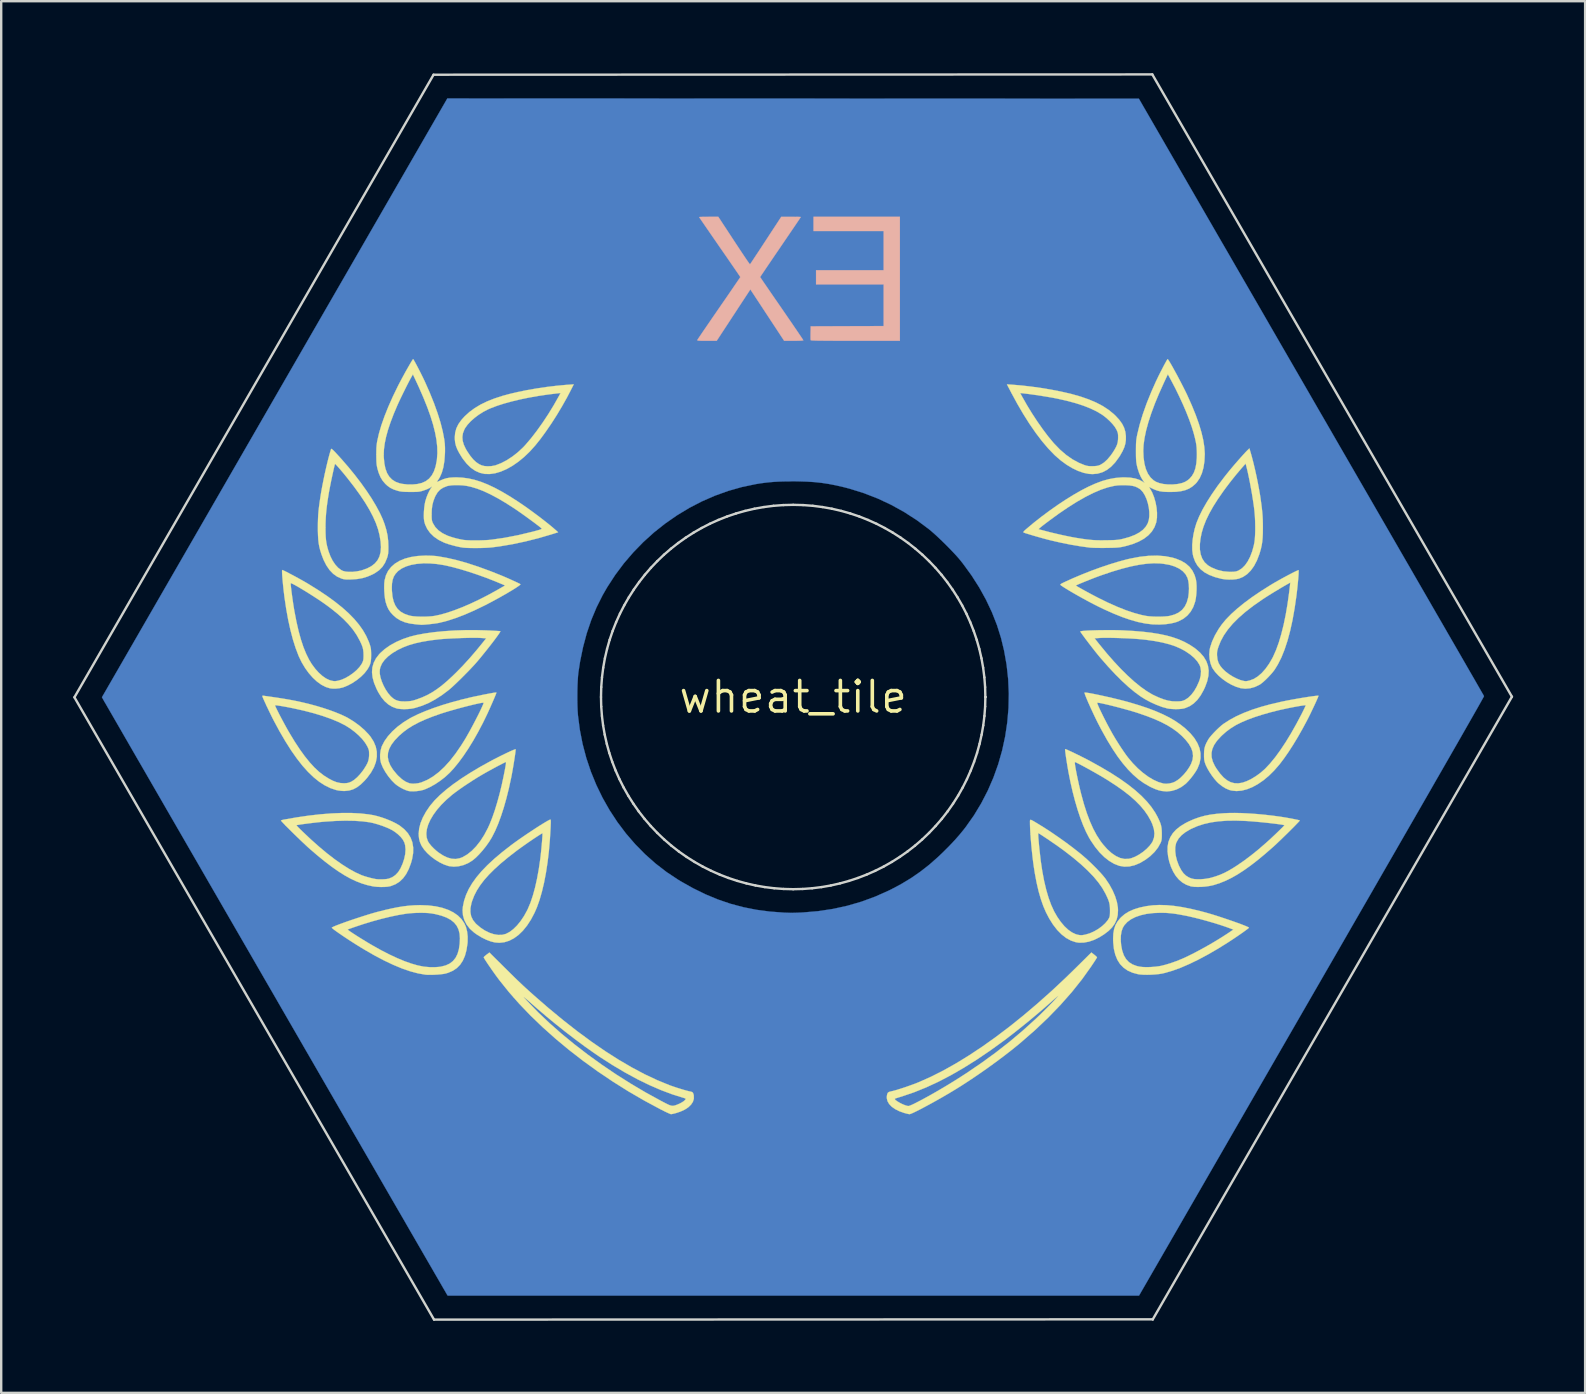
<source format=kicad_pcb>
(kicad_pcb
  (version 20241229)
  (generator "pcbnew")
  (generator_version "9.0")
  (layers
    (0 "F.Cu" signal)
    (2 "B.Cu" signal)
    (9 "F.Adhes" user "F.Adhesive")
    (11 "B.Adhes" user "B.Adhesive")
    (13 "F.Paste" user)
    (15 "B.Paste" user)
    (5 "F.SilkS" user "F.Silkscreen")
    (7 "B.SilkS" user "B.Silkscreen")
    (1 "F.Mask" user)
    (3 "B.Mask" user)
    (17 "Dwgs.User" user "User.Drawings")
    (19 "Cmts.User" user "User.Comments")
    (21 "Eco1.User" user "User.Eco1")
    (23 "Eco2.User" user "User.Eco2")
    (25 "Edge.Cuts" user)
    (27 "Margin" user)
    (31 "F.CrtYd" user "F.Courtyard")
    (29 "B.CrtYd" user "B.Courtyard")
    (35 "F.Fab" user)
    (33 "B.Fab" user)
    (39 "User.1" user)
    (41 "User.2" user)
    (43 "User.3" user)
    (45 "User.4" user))
  (footprint "wheat_tile"
    (layer "F.Cu")
    (at 29.99 25.984)
    (property "Reference" "wheat_tile" (at 0 0 0) (layer "F.SilkS") (effects (font (size 1.27 1.27) (thickness 0.15))))
    (attr through_hole)
    (fp_poly (pts (xy -20.96 -4.971) (xy -20.48 -4.703) (xy -20.038 -4.438) (xy -19.635 -4.177) (xy -19.271 -3.921) (xy -18.948 -3.669) (xy -18.665 -3.422) (xy -18.423 -3.18) (xy -18.222 -2.944) (xy -18.112 -2.791) (xy -17.967 -2.556) (xy -17.857 -2.339) (xy -17.78 -2.136) (xy -17.734 -1.94) (xy -17.719 -1.749) (xy -17.721 -1.672) (xy -17.748 -1.489) (xy -17.808 -1.321) (xy -17.903 -1.164) (xy -18.037 -1.014) (xy -18.156 -0.909) (xy -18.363 -0.758) (xy -18.568 -0.64) (xy -18.769 -0.556) (xy -18.961 -0.507) (xy -19.142 -0.495) (xy -19.262 -0.509) (xy -19.427 -0.561) (xy -19.592 -0.65) (xy -19.76 -0.778) (xy -19.877 -0.887) (xy -20.033 -1.057) (xy -20.174 -1.242) (xy -20.302 -1.444) (xy -20.418 -1.668) (xy -20.526 -1.918) (xy -20.625 -2.197) (xy -20.718 -2.509) (xy -20.807 -2.858) (xy -20.839 -2.999) (xy -20.871 -3.152) (xy -20.905 -3.329) (xy -20.939 -3.523) (xy -20.973 -3.729) (xy -21.006 -3.94) (xy -21.036 -4.149) (xy -21.064 -4.351) (xy -21.087 -4.538) (xy -21.106 -4.704) (xy -21.118 -4.844) (xy -21.124 -4.949) (xy -21.124 -4.971) (xy -21.124 -5.06) (xy -20.96 -4.971)) (stroke (width 0.01) (type solid)) (fill yes) (layer "F.Cu"))
    (fp_poly (pts (xy 20.883 -4.865) (xy 20.852 -4.522) (xy 20.809 -4.168) (xy 20.756 -3.81) (xy 20.694 -3.454) (xy 20.624 -3.107) (xy 20.548 -2.774) (xy 20.467 -2.462) (xy 20.382 -2.178) (xy 20.294 -1.928) (xy 20.265 -1.854) (xy 20.144 -1.588) (xy 20.007 -1.344) (xy 19.856 -1.125) (xy 19.695 -0.933) (xy 19.526 -0.773) (xy 19.351 -0.646) (xy 19.175 -0.556) (xy 19.01 -0.508) (xy 18.918 -0.494) (xy 18.842 -0.49) (xy 18.762 -0.498) (xy 18.661 -0.517) (xy 18.658 -0.518) (xy 18.5 -0.564) (xy 18.336 -0.637) (xy 18.158 -0.739) (xy 18.099 -0.778) (xy 17.894 -0.932) (xy 17.73 -1.095) (xy 17.607 -1.267) (xy 17.575 -1.326) (xy 17.537 -1.408) (xy 17.512 -1.474) (xy 17.498 -1.541) (xy 17.491 -1.624) (xy 17.487 -1.693) (xy 17.485 -1.814) (xy 17.493 -1.913) (xy 17.51 -2.009) (xy 17.524 -2.061) (xy 17.613 -2.315) (xy 17.739 -2.572) (xy 17.9 -2.828) (xy 18.092 -3.077) (xy 18.312 -3.313) (xy 18.363 -3.362) (xy 18.627 -3.597) (xy 18.929 -3.838) (xy 19.267 -4.084) (xy 19.636 -4.331) (xy 20.035 -4.579) (xy 20.459 -4.824) (xy 20.709 -4.961) (xy 20.898 -5.062) (xy 20.883 -4.865)) (stroke (width 0.01) (type solid)) (fill yes) (layer "F.Cu"))
    (fp_poly (pts (xy -15.338 8.822) (xy -15.151 8.834) (xy -14.992 8.854) (xy -14.975 8.856) (xy -14.692 8.919) (xy -14.446 8.999) (xy -14.238 9.096) (xy -14.066 9.213) (xy -13.929 9.349) (xy -13.826 9.506) (xy -13.757 9.685) (xy -13.719 9.886) (xy -13.712 10.033) (xy -13.724 10.302) (xy -13.761 10.547) (xy -13.823 10.762) (xy -13.909 10.947) (xy -13.939 10.995) (xy -14.054 11.132) (xy -14.203 11.243) (xy -14.383 11.329) (xy -14.593 11.388) (xy -14.831 11.421) (xy -15.096 11.427) (xy -15.293 11.415) (xy -15.549 11.377) (xy -15.831 11.308) (xy -16.138 11.208) (xy -16.468 11.077) (xy -16.82 10.918) (xy -17.193 10.729) (xy -17.585 10.512) (xy -17.994 10.268) (xy -18.419 9.997) (xy -18.513 9.935) (xy -18.624 9.861) (xy -18.724 9.793) (xy -18.806 9.735) (xy -18.866 9.692) (xy -18.898 9.667) (xy -18.9 9.665) (xy -18.903 9.652) (xy -18.887 9.636) (xy -18.848 9.614) (xy -18.782 9.586) (xy -18.684 9.547) (xy -18.579 9.508) (xy -18.145 9.356) (xy -17.711 9.218) (xy -17.283 9.097) (xy -16.87 8.994) (xy -16.478 8.912) (xy -16.14 8.856) (xy -15.955 8.836) (xy -15.752 8.823) (xy -15.543 8.819) (xy -15.338 8.822)) (stroke (width 0.01) (type solid)) (fill yes) (layer "F.Cu"))
    (fp_poly (pts (xy -10.253 5.385) (xy -10.253 5.449) (xy -10.257 5.544) (xy -10.264 5.665) (xy -10.274 5.807) (xy -10.287 5.964) (xy -10.302 6.131) (xy -10.318 6.302) (xy -10.335 6.473) (xy -10.352 6.637) (xy -10.37 6.79) (xy -10.388 6.926) (xy -10.395 6.974) (xy -10.462 7.393) (xy -10.537 7.774) (xy -10.62 8.119) (xy -10.713 8.432) (xy -10.817 8.716) (xy -10.933 8.974) (xy -11.062 9.209) (xy -11.16 9.362) (xy -11.331 9.587) (xy -11.508 9.77) (xy -11.69 9.912) (xy -11.878 10.013) (xy -12.071 10.072) (xy -12.268 10.089) (xy -12.421 10.074) (xy -12.584 10.031) (xy -12.755 9.962) (xy -12.927 9.872) (xy -13.093 9.765) (xy -13.245 9.647) (xy -13.376 9.524) (xy -13.478 9.399) (xy -13.531 9.31) (xy -13.593 9.133) (xy -13.617 8.941) (xy -13.606 8.734) (xy -13.56 8.515) (xy -13.48 8.287) (xy -13.367 8.051) (xy -13.223 7.811) (xy -13.047 7.568) (xy -12.842 7.325) (xy -12.608 7.084) (xy -12.52 7.001) (xy -12.211 6.729) (xy -11.865 6.449) (xy -11.487 6.165) (xy -11.08 5.878) (xy -10.65 5.594) (xy -10.461 5.473) (xy -10.381 5.424) (xy -10.315 5.386) (xy -10.271 5.363) (xy -10.257 5.358) (xy -10.253 5.385)) (stroke (width 0.01) (type solid)) (fill yes) (layer "F.Cu"))
    (fp_poly (pts (xy -18.287 4.984) (xy -17.953 5.007) (xy -17.645 5.049) (xy -17.357 5.11) (xy -17.085 5.191) (xy -16.873 5.271) (xy -16.633 5.387) (xy -16.429 5.519) (xy -16.261 5.664) (xy -16.131 5.824) (xy -16.04 5.995) (xy -15.989 6.177) (xy -15.983 6.214) (xy -15.976 6.403) (xy -15.995 6.6) (xy -16.039 6.8) (xy -16.103 6.996) (xy -16.186 7.18) (xy -16.285 7.347) (xy -16.396 7.489) (xy -16.516 7.6) (xy -16.589 7.647) (xy -16.753 7.714) (xy -16.944 7.754) (xy -17.158 7.768) (xy -17.388 7.753) (xy -17.514 7.734) (xy -17.775 7.671) (xy -18.049 7.574) (xy -18.336 7.443) (xy -18.636 7.277) (xy -18.951 7.076) (xy -19.282 6.839) (xy -19.628 6.566) (xy -19.991 6.256) (xy -20.371 5.909) (xy -20.72 5.573) (xy -20.831 5.462) (xy -20.915 5.377) (xy -20.972 5.314) (xy -21.007 5.271) (xy -21.022 5.244) (xy -21.02 5.23) (xy -21.018 5.229) (xy -20.973 5.213) (xy -20.89 5.194) (xy -20.775 5.174) (xy -20.633 5.152) (xy -20.468 5.129) (xy -20.287 5.106) (xy -20.093 5.083) (xy -19.892 5.061) (xy -19.688 5.041) (xy -19.488 5.023) (xy -19.295 5.008) (xy -19.115 4.996) (xy -19.047 4.992) (xy -18.65 4.979) (xy -18.287 4.984)) (stroke (width 0.01) (type solid)) (fill yes) (layer "F.Cu"))
    (fp_poly (pts (xy -15.798 -13.716) (xy -15.761 -13.653) (xy -15.711 -13.555) (xy -15.673 -13.479) (xy -15.475 -13.072) (xy -15.296 -12.672) (xy -15.136 -12.282) (xy -14.998 -11.905) (xy -14.881 -11.544) (xy -14.786 -11.204) (xy -14.715 -10.885) (xy -14.669 -10.592) (xy -14.649 -10.329) (xy -14.648 -10.265) (xy -14.66 -9.959) (xy -14.698 -9.685) (xy -14.761 -9.445) (xy -14.851 -9.238) (xy -14.966 -9.064) (xy -15.108 -8.921) (xy -15.277 -8.811) (xy -15.472 -8.732) (xy -15.473 -8.732) (xy -15.568 -8.712) (xy -15.694 -8.697) (xy -15.838 -8.688) (xy -15.989 -8.686) (xy -16.135 -8.69) (xy -16.265 -8.701) (xy -16.33 -8.711) (xy -16.535 -8.766) (xy -16.712 -8.849) (xy -16.862 -8.961) (xy -16.985 -9.104) (xy -17.081 -9.277) (xy -17.153 -9.483) (xy -17.2 -9.723) (xy -17.222 -9.961) (xy -17.224 -10.201) (xy -17.203 -10.454) (xy -17.159 -10.723) (xy -17.091 -11.01) (xy -16.997 -11.319) (xy -16.879 -11.655) (xy -16.75 -11.98) (xy -16.684 -12.133) (xy -16.602 -12.313) (xy -16.508 -12.513) (xy -16.407 -12.723) (xy -16.303 -12.934) (xy -16.2 -13.137) (xy -16.103 -13.323) (xy -16.016 -13.484) (xy -15.988 -13.533) (xy -15.932 -13.632) (xy -15.89 -13.702) (xy -15.857 -13.739) (xy -15.828 -13.744) (xy -15.798 -13.716)) (stroke (width 0.01) (type solid)) (fill yes) (layer "F.Cu"))
    (fp_poly (pts (xy -21.823 0.132) (xy -21.754 0.139) (xy -21.655 0.153) (xy -21.534 0.171) (xy -21.397 0.193) (xy -21.25 0.218) (xy -21.099 0.244) (xy -20.951 0.271) (xy -20.812 0.298) (xy -20.759 0.309) (xy -20.273 0.418) (xy -19.828 0.535) (xy -19.425 0.662) (xy -19.062 0.799) (xy -18.741 0.944) (xy -18.461 1.098) (xy -18.261 1.233) (xy -18.028 1.422) (xy -17.836 1.613) (xy -17.685 1.805) (xy -17.576 1.998) (xy -17.509 2.192) (xy -17.484 2.387) (xy -17.5 2.581) (xy -17.515 2.645) (xy -17.574 2.81) (xy -17.662 2.983) (xy -17.772 3.154) (xy -17.899 3.316) (xy -18.036 3.462) (xy -18.178 3.584) (xy -18.317 3.674) (xy -18.345 3.688) (xy -18.426 3.723) (xy -18.496 3.744) (xy -18.573 3.755) (xy -18.674 3.761) (xy -18.68 3.761) (xy -18.809 3.759) (xy -18.927 3.748) (xy -18.992 3.736) (xy -19.143 3.687) (xy -19.311 3.612) (xy -19.487 3.517) (xy -19.619 3.435) (xy -19.835 3.272) (xy -20.056 3.068) (xy -20.281 2.822) (xy -20.51 2.536) (xy -20.742 2.209) (xy -20.978 1.843) (xy -21.217 1.437) (xy -21.458 0.992) (xy -21.635 0.646) (xy -21.717 0.477) (xy -21.781 0.344) (xy -21.825 0.244) (xy -21.852 0.177) (xy -21.861 0.14) (xy -21.858 0.131) (xy -21.823 0.132)) (stroke (width 0.01) (type solid)) (fill yes) (layer "F.Cu"))
    (fp_poly (pts (xy 12.456 0.013) (xy 12.549 0.03) (xy 12.666 0.053) (xy 12.804 0.082) (xy 12.957 0.116) (xy 13.121 0.153) (xy 13.289 0.192) (xy 13.457 0.233) (xy 13.619 0.273) (xy 13.771 0.313) (xy 13.839 0.331) (xy 14.288 0.461) (xy 14.696 0.597) (xy 15.065 0.738) (xy 15.397 0.886) (xy 15.693 1.041) (xy 15.954 1.205) (xy 16.183 1.377) (xy 16.381 1.559) (xy 16.483 1.671) (xy 16.621 1.849) (xy 16.722 2.017) (xy 16.787 2.181) (xy 16.82 2.346) (xy 16.822 2.508) (xy 16.808 2.632) (xy 16.779 2.746) (xy 16.731 2.862) (xy 16.661 2.99) (xy 16.603 3.08) (xy 16.452 3.287) (xy 16.292 3.46) (xy 16.128 3.597) (xy 15.96 3.696) (xy 15.881 3.729) (xy 15.727 3.766) (xy 15.558 3.78) (xy 15.392 3.77) (xy 15.332 3.759) (xy 15.122 3.693) (xy 14.901 3.59) (xy 14.668 3.448) (xy 14.421 3.267) (xy 14.386 3.239) (xy 14.199 3.07) (xy 14.005 2.863) (xy 13.805 2.619) (xy 13.602 2.34) (xy 13.397 2.028) (xy 13.19 1.687) (xy 12.985 1.318) (xy 12.781 0.923) (xy 12.581 0.505) (xy 12.509 0.346) (xy 12.461 0.237) (xy 12.42 0.143) (xy 12.39 0.068) (xy 12.372 0.02) (xy 12.37 0.006) (xy 12.395 0.005) (xy 12.456 0.013)) (stroke (width 0.01) (type solid)) (fill yes) (layer "F.Cu"))
    (fp_poly (pts (xy 18.645 4.986) (xy 19.025 5.004) (xy 19.425 5.034) (xy 19.839 5.078) (xy 20.263 5.135) (xy 20.404 5.156) (xy 20.522 5.175) (xy 20.628 5.194) (xy 20.712 5.21) (xy 20.767 5.222) (xy 20.784 5.228) (xy 20.782 5.248) (xy 20.75 5.294) (xy 20.693 5.36) (xy 20.613 5.446) (xy 20.513 5.547) (xy 20.396 5.662) (xy 20.266 5.786) (xy 20.126 5.917) (xy 19.978 6.053) (xy 19.826 6.189) (xy 19.674 6.324) (xy 19.523 6.454) (xy 19.378 6.577) (xy 19.241 6.688) (xy 19.165 6.748) (xy 18.826 7.002) (xy 18.503 7.217) (xy 18.194 7.396) (xy 17.899 7.539) (xy 17.616 7.647) (xy 17.342 7.72) (xy 17.077 7.759) (xy 16.883 7.767) (xy 16.78 7.763) (xy 16.678 7.753) (xy 16.596 7.74) (xy 16.579 7.735) (xy 16.405 7.671) (xy 16.252 7.575) (xy 16.119 7.446) (xy 16.004 7.283) (xy 15.905 7.083) (xy 15.846 6.921) (xy 15.777 6.677) (xy 15.743 6.456) (xy 15.743 6.255) (xy 15.778 6.071) (xy 15.848 5.903) (xy 15.954 5.746) (xy 16.039 5.653) (xy 16.204 5.513) (xy 16.405 5.385) (xy 16.637 5.271) (xy 16.895 5.174) (xy 17.173 5.095) (xy 17.393 5.049) (xy 17.657 5.013) (xy 17.956 4.99) (xy 18.287 4.982) (xy 18.645 4.986)) (stroke (width 0.01) (type solid)) (fill yes) (layer "F.Cu"))
    (fp_poly (pts (xy -12.612 0.027) (xy -12.63 0.084) (xy -12.666 0.174) (xy -12.719 0.294) (xy -12.787 0.443) (xy -12.869 0.618) (xy -12.966 0.816) (xy -12.997 0.878) (xy -13.134 1.152) (xy -13.262 1.395) (xy -13.385 1.618) (xy -13.51 1.83) (xy -13.641 2.042) (xy -13.723 2.169) (xy -13.932 2.473) (xy -14.137 2.739) (xy -14.341 2.972) (xy -14.549 3.175) (xy -14.766 3.353) (xy -14.993 3.509) (xy -15.079 3.561) (xy -15.262 3.654) (xy -15.451 3.723) (xy -15.637 3.766) (xy -15.813 3.782) (xy -15.971 3.769) (xy -16.013 3.76) (xy -16.189 3.697) (xy -16.349 3.608) (xy -16.502 3.486) (xy -16.614 3.372) (xy -16.775 3.178) (xy -16.898 2.994) (xy -16.985 2.817) (xy -17.037 2.644) (xy -17.056 2.505) (xy -17.051 2.332) (xy -17.017 2.168) (xy -16.95 2.004) (xy -16.847 1.836) (xy -16.734 1.689) (xy -16.562 1.504) (xy -16.359 1.328) (xy -16.125 1.161) (xy -15.858 1.003) (xy -15.557 0.851) (xy -15.22 0.707) (xy -14.846 0.568) (xy -14.433 0.435) (xy -13.98 0.306) (xy -13.705 0.235) (xy -13.583 0.206) (xy -13.447 0.174) (xy -13.303 0.141) (xy -13.159 0.109) (xy -13.019 0.08) (xy -12.89 0.053) (xy -12.779 0.031) (xy -12.692 0.015) (xy -12.634 0.006) (xy -12.612 0.005) (xy -12.612 0.027)) (stroke (width 0.01) (type solid)) (fill yes) (layer "F.Cu"))
    (fp_poly (pts (xy 15.691 8.836) (xy 16.089 8.886) (xy 16.412 8.944) (xy 16.749 9.02) (xy 17.113 9.114) (xy 17.491 9.223) (xy 17.874 9.344) (xy 18.251 9.473) (xy 18.342 9.507) (xy 18.471 9.555) (xy 18.564 9.592) (xy 18.626 9.62) (xy 18.66 9.64) (xy 18.671 9.656) (xy 18.668 9.663) (xy 18.64 9.688) (xy 18.581 9.731) (xy 18.496 9.79) (xy 18.39 9.861) (xy 18.269 9.941) (xy 18.137 10.028) (xy 18 10.116) (xy 17.863 10.203) (xy 17.731 10.286) (xy 17.608 10.362) (xy 17.558 10.392) (xy 17.381 10.495) (xy 17.186 10.603) (xy 16.978 10.713) (xy 16.767 10.822) (xy 16.558 10.925) (xy 16.36 11.018) (xy 16.181 11.099) (xy 16.027 11.163) (xy 15.974 11.183) (xy 15.624 11.298) (xy 15.294 11.377) (xy 14.983 11.42) (xy 14.689 11.428) (xy 14.41 11.401) (xy 14.383 11.396) (xy 14.171 11.34) (xy 13.987 11.254) (xy 13.832 11.136) (xy 13.705 10.988) (xy 13.606 10.808) (xy 13.536 10.597) (xy 13.492 10.353) (xy 13.477 10.078) (xy 13.477 10.075) (xy 13.49 9.847) (xy 13.533 9.647) (xy 13.608 9.473) (xy 13.717 9.323) (xy 13.86 9.193) (xy 14.04 9.081) (xy 14.108 9.047) (xy 14.373 8.943) (xy 14.663 8.871) (xy 14.979 8.829) (xy 15.322 8.817) (xy 15.691 8.836)) (stroke (width 0.01) (type solid)) (fill yes) (layer "F.Cu"))
    (fp_poly (pts (xy 9.305 -12.845) (xy 9.405 -12.837) (xy 9.533 -12.824) (xy 9.681 -12.808) (xy 9.843 -12.788) (xy 10.01 -12.767) (xy 10.177 -12.744) (xy 10.276 -12.729) (xy 10.739 -12.654) (xy 11.17 -12.568) (xy 11.568 -12.474) (xy 11.931 -12.37) (xy 12.256 -12.259) (xy 12.542 -12.14) (xy 12.55 -12.136) (xy 12.785 -12.014) (xy 13.002 -11.874) (xy 13.198 -11.721) (xy 13.369 -11.559) (xy 13.51 -11.391) (xy 13.617 -11.222) (xy 13.686 -11.054) (xy 13.688 -11.05) (xy 13.713 -10.9) (xy 13.711 -10.733) (xy 13.683 -10.562) (xy 13.634 -10.412) (xy 13.546 -10.232) (xy 13.437 -10.057) (xy 13.313 -9.892) (xy 13.179 -9.746) (xy 13.042 -9.624) (xy 12.908 -9.536) (xy 12.877 -9.52) (xy 12.808 -9.489) (xy 12.749 -9.469) (xy 12.687 -9.457) (xy 12.61 -9.45) (xy 12.503 -9.446) (xy 12.499 -9.446) (xy 12.381 -9.445) (xy 12.29 -9.45) (xy 12.211 -9.461) (xy 12.13 -9.482) (xy 12.107 -9.489) (xy 11.838 -9.592) (xy 11.57 -9.736) (xy 11.302 -9.922) (xy 11.034 -10.149) (xy 10.766 -10.419) (xy 10.497 -10.73) (xy 10.261 -11.038) (xy 10.132 -11.222) (xy 9.991 -11.432) (xy 9.845 -11.658) (xy 9.699 -11.893) (xy 9.558 -12.126) (xy 9.428 -12.351) (xy 9.314 -12.557) (xy 9.239 -12.7) (xy 9.165 -12.848) (xy 9.24 -12.848) (xy 9.305 -12.845)) (stroke (width 0.01) (type solid)) (fill yes) (layer "F.Cu"))
    (fp_poly (pts (xy 15.614 -13.754) (xy 15.648 -13.707) (xy 15.696 -13.63) (xy 15.755 -13.528) (xy 15.824 -13.404) (xy 15.9 -13.263) (xy 15.981 -13.108) (xy 16.064 -12.944) (xy 16.149 -12.775) (xy 16.232 -12.606) (xy 16.311 -12.44) (xy 16.385 -12.281) (xy 16.45 -12.135) (xy 16.471 -12.086) (xy 16.587 -11.802) (xy 16.693 -11.517) (xy 16.785 -11.24) (xy 16.861 -10.984) (xy 16.889 -10.878) (xy 16.947 -10.611) (xy 16.982 -10.368) (xy 16.996 -10.138) (xy 16.988 -9.91) (xy 16.975 -9.778) (xy 16.931 -9.53) (xy 16.864 -9.315) (xy 16.772 -9.134) (xy 16.653 -8.986) (xy 16.509 -8.868) (xy 16.336 -8.78) (xy 16.135 -8.721) (xy 16.079 -8.71) (xy 15.92 -8.691) (xy 15.744 -8.682) (xy 15.568 -8.684) (xy 15.412 -8.697) (xy 15.397 -8.699) (xy 15.184 -8.749) (xy 14.998 -8.832) (xy 14.837 -8.949) (xy 14.703 -9.099) (xy 14.594 -9.283) (xy 14.51 -9.5) (xy 14.453 -9.751) (xy 14.421 -10.036) (xy 14.415 -10.265) (xy 14.429 -10.543) (xy 14.473 -10.851) (xy 14.546 -11.186) (xy 14.646 -11.549) (xy 14.775 -11.938) (xy 14.932 -12.352) (xy 15.116 -12.79) (xy 15.162 -12.894) (xy 15.223 -13.027) (xy 15.287 -13.164) (xy 15.351 -13.299) (xy 15.414 -13.428) (xy 15.472 -13.543) (xy 15.522 -13.64) (xy 15.561 -13.713) (xy 15.587 -13.757) (xy 15.595 -13.766) (xy 15.614 -13.754)) (stroke (width 0.01) (type solid)) (fill yes) (layer "F.Cu"))
    (fp_poly (pts (xy 21.622 0.134) (xy 21.627 0.136) (xy 21.624 0.16) (xy 21.603 0.217) (xy 21.566 0.302) (xy 21.517 0.41) (xy 21.457 0.537) (xy 21.387 0.677) (xy 21.312 0.827) (xy 21.232 0.981) (xy 21.192 1.057) (xy 20.961 1.476) (xy 20.738 1.855) (xy 20.52 2.196) (xy 20.306 2.5) (xy 20.095 2.768) (xy 19.886 3.002) (xy 19.677 3.204) (xy 19.468 3.374) (xy 19.256 3.516) (xy 19.082 3.61) (xy 18.877 3.695) (xy 18.677 3.748) (xy 18.488 3.768) (xy 18.315 3.756) (xy 18.214 3.73) (xy 18.062 3.664) (xy 17.92 3.572) (xy 17.783 3.451) (xy 17.643 3.295) (xy 17.574 3.206) (xy 17.487 3.079) (xy 17.407 2.939) (xy 17.338 2.797) (xy 17.288 2.667) (xy 17.271 2.606) (xy 17.258 2.508) (xy 17.254 2.389) (xy 17.257 2.322) (xy 17.29 2.139) (xy 17.364 1.954) (xy 17.478 1.768) (xy 17.631 1.583) (xy 17.821 1.4) (xy 17.991 1.262) (xy 18.209 1.112) (xy 18.45 0.973) (xy 18.719 0.844) (xy 19.017 0.724) (xy 19.349 0.61) (xy 19.718 0.502) (xy 19.939 0.444) (xy 20.088 0.408) (xy 20.253 0.37) (xy 20.427 0.333) (xy 20.606 0.296) (xy 20.785 0.261) (xy 20.96 0.228) (xy 21.124 0.198) (xy 21.273 0.173) (xy 21.403 0.153) (xy 21.508 0.139) (xy 21.582 0.132) (xy 21.622 0.134)) (stroke (width 0.01) (type solid)) (fill yes) (layer "F.Cu"))
    (fp_poly (pts (xy -19.151 -10.052) (xy -19.135 -10.039) (xy -19.11 -10.014) (xy -19.071 -9.972) (xy -19.015 -9.91) (xy -18.939 -9.824) (xy -18.84 -9.711) (xy -18.805 -9.67) (xy -18.532 -9.349) (xy -18.277 -9.028) (xy -18.04 -8.711) (xy -17.824 -8.401) (xy -17.632 -8.102) (xy -17.465 -7.816) (xy -17.326 -7.547) (xy -17.216 -7.299) (xy -17.158 -7.138) (xy -17.076 -6.843) (xy -17.024 -6.567) (xy -17.003 -6.31) (xy -17.013 -6.074) (xy -17.054 -5.863) (xy -17.125 -5.678) (xy -17.206 -5.546) (xy -17.339 -5.404) (xy -17.505 -5.283) (xy -17.701 -5.185) (xy -17.924 -5.112) (xy -18.168 -5.065) (xy -18.394 -5.046) (xy -18.538 -5.044) (xy -18.646 -5.049) (xy -18.722 -5.06) (xy -18.743 -5.066) (xy -18.919 -5.144) (xy -19.075 -5.254) (xy -19.213 -5.399) (xy -19.334 -5.579) (xy -19.439 -5.796) (xy -19.529 -6.052) (xy -19.533 -6.067) (xy -19.576 -6.223) (xy -19.607 -6.372) (xy -19.63 -6.524) (xy -19.644 -6.689) (xy -19.65 -6.878) (xy -19.652 -7.07) (xy -19.644 -7.385) (xy -19.622 -7.709) (xy -19.585 -8.048) (xy -19.532 -8.409) (xy -19.463 -8.798) (xy -19.418 -9.028) (xy -19.39 -9.159) (xy -19.359 -9.3) (xy -19.326 -9.445) (xy -19.292 -9.587) (xy -19.259 -9.721) (xy -19.228 -9.841) (xy -19.202 -9.939) (xy -19.181 -10.01) (xy -19.167 -10.048) (xy -19.165 -10.052) (xy -19.159 -10.055) (xy -19.151 -10.052)) (stroke (width 0.01) (type solid)) (fill yes) (layer "F.Cu"))
    (fp_poly (pts (xy -13.155 -2.634) (xy -12.994 -2.632) (xy -12.845 -2.629) (xy -12.714 -2.624) (xy -12.607 -2.619) (xy -12.529 -2.613) (xy -12.484 -2.606) (xy -12.477 -2.602) (xy -12.486 -2.58) (xy -12.518 -2.53) (xy -12.571 -2.457) (xy -12.639 -2.364) (xy -12.721 -2.257) (xy -12.812 -2.14) (xy -12.908 -2.018) (xy -13.008 -1.895) (xy -13.106 -1.776) (xy -13.121 -1.758) (xy -13.389 -1.448) (xy -13.656 -1.157) (xy -13.921 -0.887) (xy -14.179 -0.642) (xy -14.428 -0.425) (xy -14.664 -0.238) (xy -14.885 -0.084) (xy -14.969 -0.032) (xy -15.203 0.094) (xy -15.44 0.197) (xy -15.675 0.276) (xy -15.903 0.33) (xy -16.118 0.357) (xy -16.315 0.356) (xy -16.489 0.327) (xy -16.515 0.319) (xy -16.684 0.246) (xy -16.836 0.141) (xy -16.975 0.001) (xy -17.101 -0.175) (xy -17.217 -0.391) (xy -17.251 -0.466) (xy -17.306 -0.607) (xy -17.351 -0.754) (xy -17.382 -0.894) (xy -17.398 -1.015) (xy -17.399 -1.046) (xy -17.377 -1.233) (xy -17.315 -1.414) (xy -17.212 -1.587) (xy -17.07 -1.751) (xy -16.889 -1.905) (xy -16.694 -2.037) (xy -16.482 -2.153) (xy -16.25 -2.256) (xy -15.997 -2.344) (xy -15.718 -2.42) (xy -15.411 -2.484) (xy -15.074 -2.536) (xy -14.702 -2.577) (xy -14.295 -2.608) (xy -13.959 -2.625) (xy -13.817 -2.63) (xy -13.659 -2.633) (xy -13.493 -2.635) (xy -13.323 -2.635) (xy -13.155 -2.634)) (stroke (width 0.01) (type solid)) (fill yes) (layer "F.Cu"))
    (fp_poly (pts (xy -11.751 2.433) (xy -11.753 2.489) (xy -11.762 2.578) (xy -11.778 2.695) (xy -11.801 2.834) (xy -11.828 2.992) (xy -11.861 3.164) (xy -11.897 3.346) (xy -11.937 3.532) (xy -11.978 3.719) (xy -12.021 3.901) (xy -12.035 3.958) (xy -12.15 4.394) (xy -12.271 4.791) (xy -12.398 5.15) (xy -12.531 5.468) (xy -12.668 5.746) (xy -12.681 5.769) (xy -12.816 5.991) (xy -12.967 6.198) (xy -13.129 6.388) (xy -13.299 6.555) (xy -13.47 6.694) (xy -13.638 6.801) (xy -13.774 6.863) (xy -13.9 6.895) (xy -14.045 6.912) (xy -14.191 6.913) (xy -14.32 6.897) (xy -14.346 6.89) (xy -14.52 6.826) (xy -14.698 6.734) (xy -14.873 6.619) (xy -15.036 6.488) (xy -15.18 6.347) (xy -15.297 6.202) (xy -15.372 6.076) (xy -15.43 5.907) (xy -15.452 5.721) (xy -15.437 5.521) (xy -15.386 5.313) (xy -15.314 5.128) (xy -15.193 4.9) (xy -15.04 4.674) (xy -14.855 4.449) (xy -14.637 4.224) (xy -14.383 3.998) (xy -14.092 3.768) (xy -13.764 3.535) (xy -13.396 3.297) (xy -13.07 3.1) (xy -12.985 3.051) (xy -12.878 2.992) (xy -12.755 2.925) (xy -12.621 2.852) (xy -12.48 2.777) (xy -12.339 2.703) (xy -12.202 2.631) (xy -12.074 2.566) (xy -11.961 2.508) (xy -11.869 2.462) (xy -11.801 2.43) (xy -11.763 2.414) (xy -11.758 2.413) (xy -11.751 2.433)) (stroke (width 0.01) (type solid)) (fill yes) (layer "F.Cu"))
    (fp_poly (pts (xy -9.526 -12.599) (xy -9.745 -12.203) (xy -9.973 -11.821) (xy -10.207 -11.457) (xy -10.443 -11.117) (xy -10.68 -10.804) (xy -10.913 -10.524) (xy -11.139 -10.28) (xy -11.154 -10.265) (xy -11.38 -10.052) (xy -11.599 -9.874) (xy -11.816 -9.727) (xy -12.038 -9.608) (xy -12.271 -9.511) (xy -12.298 -9.502) (xy -12.398 -9.476) (xy -12.52 -9.457) (xy -12.652 -9.447) (xy -12.782 -9.445) (xy -12.897 -9.451) (xy -12.983 -9.468) (xy -12.986 -9.469) (xy -13.099 -9.513) (xy -13.201 -9.57) (xy -13.302 -9.646) (xy -13.413 -9.749) (xy -13.441 -9.777) (xy -13.633 -10.002) (xy -13.792 -10.252) (xy -13.882 -10.438) (xy -13.908 -10.505) (xy -13.924 -10.565) (xy -13.934 -10.632) (xy -13.938 -10.718) (xy -13.938 -10.806) (xy -13.937 -10.911) (xy -13.933 -10.987) (xy -13.924 -11.046) (xy -13.906 -11.1) (xy -13.879 -11.163) (xy -13.87 -11.182) (xy -13.754 -11.381) (xy -13.598 -11.57) (xy -13.405 -11.75) (xy -13.176 -11.916) (xy -12.915 -12.069) (xy -12.622 -12.207) (xy -12.419 -12.286) (xy -12.177 -12.367) (xy -11.899 -12.446) (xy -11.595 -12.522) (xy -11.27 -12.594) (xy -10.933 -12.66) (xy -10.59 -12.717) (xy -10.509 -12.729) (xy -10.345 -12.753) (xy -10.176 -12.775) (xy -10.01 -12.796) (xy -9.852 -12.815) (xy -9.711 -12.83) (xy -9.593 -12.841) (xy -9.506 -12.847) (xy -9.471 -12.848) (xy -9.394 -12.848) (xy -9.526 -12.599)) (stroke (width 0.01) (type solid)) (fill yes) (layer "F.Cu"))
    (fp_poly (pts (xy 11.551 2.422) (xy 11.608 2.449) (xy 11.691 2.49) (xy 11.794 2.542) (xy 11.913 2.602) (xy 12.04 2.668) (xy 12.172 2.736) (xy 12.301 2.804) (xy 12.423 2.869) (xy 12.531 2.928) (xy 12.587 2.959) (xy 13.005 3.201) (xy 13.383 3.435) (xy 13.722 3.665) (xy 14.024 3.891) (xy 14.289 4.114) (xy 14.519 4.336) (xy 14.716 4.557) (xy 14.881 4.779) (xy 15.016 5.004) (xy 15.12 5.232) (xy 15.131 5.26) (xy 15.195 5.472) (xy 15.22 5.672) (xy 15.205 5.861) (xy 15.152 6.041) (xy 15.057 6.213) (xy 14.922 6.378) (xy 14.746 6.539) (xy 14.626 6.629) (xy 14.413 6.762) (xy 14.206 6.855) (xy 14.006 6.908) (xy 13.815 6.92) (xy 13.634 6.892) (xy 13.631 6.891) (xy 13.434 6.815) (xy 13.238 6.699) (xy 13.046 6.545) (xy 12.861 6.357) (xy 12.683 6.137) (xy 12.517 5.887) (xy 12.363 5.609) (xy 12.264 5.399) (xy 12.201 5.246) (xy 12.132 5.062) (xy 12.061 4.857) (xy 11.99 4.64) (xy 11.923 4.423) (xy 11.863 4.214) (xy 11.835 4.106) (xy 11.791 3.932) (xy 11.749 3.748) (xy 11.707 3.56) (xy 11.667 3.373) (xy 11.631 3.189) (xy 11.598 3.015) (xy 11.569 2.855) (xy 11.546 2.712) (xy 11.529 2.592) (xy 11.519 2.499) (xy 11.517 2.438) (xy 11.524 2.413) (xy 11.525 2.413) (xy 11.551 2.422)) (stroke (width 0.01) (type solid)) (fill yes) (layer "F.Cu"))
    (fp_poly (pts (xy 13.335 -2.634) (xy 13.495 -2.632) (xy 13.641 -2.628) (xy 13.71 -2.626) (xy 14.129 -2.603) (xy 14.509 -2.574) (xy 14.854 -2.535) (xy 15.167 -2.487) (xy 15.453 -2.43) (xy 15.713 -2.361) (xy 15.953 -2.28) (xy 16.174 -2.188) (xy 16.381 -2.082) (xy 16.562 -1.972) (xy 16.682 -1.884) (xy 16.8 -1.781) (xy 16.908 -1.672) (xy 16.995 -1.567) (xy 17.044 -1.49) (xy 17.115 -1.328) (xy 17.153 -1.162) (xy 17.159 -0.988) (xy 17.131 -0.803) (xy 17.07 -0.603) (xy 16.975 -0.383) (xy 16.943 -0.317) (xy 16.826 -0.116) (xy 16.7 0.047) (xy 16.562 0.174) (xy 16.409 0.267) (xy 16.275 0.32) (xy 16.127 0.35) (xy 15.954 0.36) (xy 15.769 0.349) (xy 15.583 0.317) (xy 15.542 0.307) (xy 15.351 0.249) (xy 15.144 0.17) (xy 14.94 0.077) (xy 14.754 -0.021) (xy 14.736 -0.032) (xy 14.518 -0.175) (xy 14.283 -0.353) (xy 14.035 -0.563) (xy 13.776 -0.802) (xy 13.51 -1.067) (xy 13.239 -1.356) (xy 12.966 -1.665) (xy 12.694 -1.992) (xy 12.426 -2.334) (xy 12.417 -2.347) (xy 12.353 -2.433) (xy 12.3 -2.509) (xy 12.262 -2.566) (xy 12.245 -2.598) (xy 12.244 -2.603) (xy 12.269 -2.61) (xy 12.331 -2.616) (xy 12.424 -2.622) (xy 12.543 -2.627) (xy 12.683 -2.631) (xy 12.837 -2.633) (xy 13.001 -2.635) (xy 13.169 -2.635) (xy 13.335 -2.634)) (stroke (width 0.01) (type solid)) (fill yes) (layer "F.Cu"))
    (fp_poly (pts (xy 15.39 -5.726) (xy 15.544 -5.705) (xy 15.802 -5.648) (xy 16.022 -5.573) (xy 16.208 -5.478) (xy 16.359 -5.362) (xy 16.479 -5.224) (xy 16.568 -5.062) (xy 16.628 -4.877) (xy 16.644 -4.775) (xy 16.652 -4.643) (xy 16.653 -4.494) (xy 16.647 -4.34) (xy 16.634 -4.194) (xy 16.615 -4.067) (xy 16.606 -4.023) (xy 16.536 -3.817) (xy 16.435 -3.639) (xy 16.303 -3.49) (xy 16.139 -3.368) (xy 15.943 -3.273) (xy 15.801 -3.226) (xy 15.719 -3.21) (xy 15.605 -3.197) (xy 15.466 -3.188) (xy 15.313 -3.183) (xy 15.155 -3.181) (xy 15.001 -3.183) (xy 14.86 -3.189) (xy 14.741 -3.199) (xy 14.679 -3.208) (xy 14.372 -3.276) (xy 14.046 -3.372) (xy 13.697 -3.495) (xy 13.325 -3.648) (xy 12.926 -3.831) (xy 12.795 -3.894) (xy 12.612 -3.986) (xy 12.43 -4.08) (xy 12.253 -4.174) (xy 12.084 -4.266) (xy 11.927 -4.354) (xy 11.785 -4.436) (xy 11.663 -4.51) (xy 11.564 -4.573) (xy 11.492 -4.624) (xy 11.451 -4.659) (xy 11.443 -4.678) (xy 11.477 -4.7) (xy 11.545 -4.734) (xy 11.643 -4.779) (xy 11.766 -4.832) (xy 11.908 -4.892) (xy 12.065 -4.956) (xy 12.231 -5.023) (xy 12.401 -5.089) (xy 12.571 -5.154) (xy 12.735 -5.216) (xy 12.888 -5.271) (xy 12.974 -5.301) (xy 13.402 -5.44) (xy 13.8 -5.552) (xy 14.169 -5.638) (xy 14.51 -5.699) (xy 14.826 -5.733) (xy 15.119 -5.742) (xy 15.39 -5.726)) (stroke (width 0.01) (type solid)) (fill yes) (layer "F.Cu"))
    (fp_poly (pts (xy 18.936 -10.034) (xy 18.956 -9.978) (xy 18.982 -9.89) (xy 19.012 -9.776) (xy 19.046 -9.641) (xy 19.081 -9.49) (xy 19.118 -9.328) (xy 19.155 -9.16) (xy 19.19 -8.991) (xy 19.223 -8.826) (xy 19.252 -8.671) (xy 19.271 -8.562) (xy 19.335 -8.145) (xy 19.382 -7.764) (xy 19.412 -7.415) (xy 19.424 -7.096) (xy 19.418 -6.803) (xy 19.395 -6.533) (xy 19.354 -6.284) (xy 19.294 -6.051) (xy 19.216 -5.833) (xy 19.122 -5.629) (xy 19.003 -5.435) (xy 18.865 -5.278) (xy 18.708 -5.159) (xy 18.638 -5.121) (xy 18.571 -5.089) (xy 18.516 -5.068) (xy 18.461 -5.056) (xy 18.393 -5.049) (xy 18.302 -5.046) (xy 18.246 -5.045) (xy 18.144 -5.044) (xy 18.052 -5.045) (xy 17.983 -5.048) (xy 17.949 -5.051) (xy 17.906 -5.061) (xy 17.834 -5.079) (xy 17.746 -5.101) (xy 17.7 -5.113) (xy 17.466 -5.188) (xy 17.269 -5.284) (xy 17.106 -5.403) (xy 16.976 -5.544) (xy 16.876 -5.71) (xy 16.822 -5.85) (xy 16.787 -6.012) (xy 16.773 -6.202) (xy 16.778 -6.413) (xy 16.803 -6.637) (xy 16.846 -6.866) (xy 16.906 -7.092) (xy 16.969 -7.271) (xy 17.082 -7.53) (xy 17.227 -7.81) (xy 17.401 -8.108) (xy 17.601 -8.419) (xy 17.825 -8.74) (xy 18.072 -9.067) (xy 18.277 -9.324) (xy 18.371 -9.437) (xy 18.468 -9.552) (xy 18.566 -9.666) (xy 18.659 -9.773) (xy 18.745 -9.869) (xy 18.818 -9.95) (xy 18.875 -10.01) (xy 18.912 -10.046) (xy 18.923 -10.054) (xy 18.936 -10.034)) (stroke (width 0.01) (type solid)) (fill yes) (layer "F.Cu"))
    (fp_poly (pts (xy -12.749 10.773) (xy -12.708 10.81) (xy -12.643 10.871) (xy -12.558 10.953) (xy -12.456 11.053) (xy -12.34 11.167) (xy -12.213 11.292) (xy -12.176 11.329) (xy -11.764 11.733) (xy -11.369 12.109) (xy -10.984 12.464) (xy -10.602 12.804) (xy -10.215 13.135) (xy -9.816 13.465) (xy -9.716 13.546) (xy -9.118 14.014) (xy -8.533 14.447) (xy -7.962 14.842) (xy -7.405 15.201) (xy -6.863 15.523) (xy -6.335 15.807) (xy -5.823 16.054) (xy -5.327 16.262) (xy -4.847 16.432) (xy -4.628 16.499) (xy -4.498 16.538) (xy -4.396 16.573) (xy -4.327 16.601) (xy -4.294 16.622) (xy -4.293 16.624) (xy -4.278 16.691) (xy -4.298 16.769) (xy -4.348 16.853) (xy -4.423 16.937) (xy -4.52 17.015) (xy -4.617 17.072) (xy -4.686 17.103) (xy -4.772 17.137) (xy -4.864 17.17) (xy -4.953 17.199) (xy -5.027 17.22) (xy -5.075 17.229) (xy -5.08 17.229) (xy -5.101 17.22) (xy -5.154 17.194) (xy -5.234 17.154) (xy -5.334 17.103) (xy -5.449 17.044) (xy -5.493 17.022) (xy -6.171 16.657) (xy -6.837 16.268) (xy -7.489 15.857) (xy -8.123 15.427) (xy -8.737 14.98) (xy -9.328 14.517) (xy -9.893 14.042) (xy -10.429 13.556) (xy -10.935 13.062) (xy -11.407 12.561) (xy -11.842 12.057) (xy -12.237 11.551) (xy -12.255 11.527) (xy -12.319 11.438) (xy -12.39 11.337) (xy -12.465 11.229) (xy -12.539 11.119) (xy -12.609 11.014) (xy -12.67 10.92) (xy -12.719 10.843) (xy -12.751 10.789) (xy -12.763 10.763) (xy -12.764 10.762) (xy -12.749 10.773)) (stroke (width 0.01) (type solid)) (fill yes) (layer "F.Cu"))
    (fp_poly (pts (xy 13.942 -8.992) (xy 14.076 -8.982) (xy 14.181 -8.964) (xy 14.189 -8.962) (xy 14.375 -8.898) (xy 14.533 -8.806) (xy 14.667 -8.684) (xy 14.779 -8.531) (xy 14.869 -8.343) (xy 14.939 -8.13) (xy 14.962 -8.033) (xy 14.978 -7.946) (xy 14.988 -7.854) (xy 14.993 -7.744) (xy 14.995 -7.631) (xy 14.993 -7.482) (xy 14.986 -7.365) (xy 14.969 -7.269) (xy 14.94 -7.184) (xy 14.897 -7.099) (xy 14.841 -7.009) (xy 14.735 -6.882) (xy 14.592 -6.763) (xy 14.415 -6.655) (xy 14.21 -6.559) (xy 13.981 -6.478) (xy 13.732 -6.414) (xy 13.498 -6.373) (xy 13.409 -6.365) (xy 13.288 -6.359) (xy 13.144 -6.355) (xy 12.986 -6.353) (xy 12.824 -6.354) (xy 12.667 -6.357) (xy 12.525 -6.363) (xy 12.408 -6.371) (xy 12.372 -6.374) (xy 12.035 -6.418) (xy 11.67 -6.478) (xy 11.288 -6.552) (xy 10.9 -6.638) (xy 10.647 -6.701) (xy 10.5 -6.739) (xy 10.356 -6.778) (xy 10.221 -6.816) (xy 10.099 -6.851) (xy 9.997 -6.882) (xy 9.92 -6.907) (xy 9.874 -6.924) (xy 9.864 -6.931) (xy 9.88 -6.947) (xy 9.924 -6.986) (xy 9.992 -7.042) (xy 10.079 -7.111) (xy 10.179 -7.191) (xy 10.287 -7.276) (xy 10.399 -7.362) (xy 10.509 -7.447) (xy 10.612 -7.525) (xy 10.648 -7.551) (xy 11.042 -7.835) (xy 11.422 -8.09) (xy 11.785 -8.314) (xy 12.131 -8.508) (xy 12.459 -8.67) (xy 12.766 -8.799) (xy 13.052 -8.896) (xy 13.314 -8.959) (xy 13.343 -8.964) (xy 13.479 -8.981) (xy 13.632 -8.992) (xy 13.79 -8.995) (xy 13.942 -8.992)) (stroke (width 0.01) (type solid)) (fill yes) (layer "F.Cu"))
    (fp_poly (pts (xy 10.042 5.367) (xy 10.093 5.395) (xy 10.17 5.441) (xy 10.268 5.501) (xy 10.382 5.573) (xy 10.508 5.653) (xy 10.641 5.74) (xy 10.775 5.829) (xy 10.806 5.85) (xy 11.152 6.091) (xy 11.481 6.334) (xy 11.789 6.577) (xy 12.074 6.817) (xy 12.332 7.052) (xy 12.561 7.278) (xy 12.757 7.495) (xy 12.919 7.698) (xy 12.968 7.768) (xy 13.051 7.902) (xy 13.137 8.06) (xy 13.217 8.226) (xy 13.284 8.383) (xy 13.295 8.414) (xy 13.324 8.496) (xy 13.344 8.564) (xy 13.356 8.629) (xy 13.362 8.703) (xy 13.365 8.799) (xy 13.366 8.879) (xy 13.366 8.994) (xy 13.363 9.076) (xy 13.357 9.137) (xy 13.346 9.187) (xy 13.327 9.236) (xy 13.301 9.292) (xy 13.203 9.456) (xy 13.069 9.605) (xy 12.896 9.743) (xy 12.862 9.766) (xy 12.629 9.905) (xy 12.41 10.006) (xy 12.205 10.067) (xy 12.013 10.089) (xy 11.833 10.073) (xy 11.811 10.068) (xy 11.61 9.999) (xy 11.419 9.891) (xy 11.24 9.745) (xy 11.155 9.658) (xy 11.065 9.548) (xy 10.965 9.412) (xy 10.864 9.263) (xy 10.772 9.113) (xy 10.695 8.975) (xy 10.67 8.926) (xy 10.561 8.669) (xy 10.459 8.372) (xy 10.366 8.04) (xy 10.282 7.674) (xy 10.208 7.278) (xy 10.144 6.855) (xy 10.091 6.407) (xy 10.088 6.371) (xy 10.076 6.247) (xy 10.064 6.112) (xy 10.053 5.97) (xy 10.043 5.83) (xy 10.034 5.697) (xy 10.027 5.577) (xy 10.022 5.478) (xy 10.019 5.405) (xy 10.02 5.365) (xy 10.021 5.36) (xy 10.042 5.367)) (stroke (width 0.01) (type solid)) (fill yes) (layer "F.Cu"))
    (fp_poly (pts (xy -13.79 -8.987) (xy -13.561 -8.959) (xy -13.333 -8.91) (xy -13.098 -8.837) (xy -12.849 -8.739) (xy -12.605 -8.628) (xy -12.23 -8.433) (xy -11.837 -8.203) (xy -11.426 -7.937) (xy -10.998 -7.638) (xy -10.922 -7.582) (xy -10.837 -7.518) (xy -10.739 -7.444) (xy -10.633 -7.362) (xy -10.523 -7.277) (xy -10.416 -7.193) (xy -10.317 -7.114) (xy -10.23 -7.045) (xy -10.161 -6.988) (xy -10.115 -6.949) (xy -10.097 -6.931) (xy -10.097 -6.931) (xy -10.116 -6.919) (xy -10.172 -6.899) (xy -10.259 -6.871) (xy -10.372 -6.838) (xy -10.505 -6.801) (xy -10.654 -6.761) (xy -10.814 -6.719) (xy -10.979 -6.678) (xy -11.144 -6.637) (xy -11.304 -6.599) (xy -11.454 -6.565) (xy -11.561 -6.542) (xy -11.839 -6.487) (xy -12.088 -6.444) (xy -12.317 -6.411) (xy -12.538 -6.387) (xy -12.76 -6.371) (xy -12.994 -6.363) (xy -13.113 -6.361) (xy -13.26 -6.359) (xy -13.396 -6.359) (xy -13.515 -6.359) (xy -13.611 -6.36) (xy -13.674 -6.362) (xy -13.695 -6.364) (xy -13.745 -6.372) (xy -13.825 -6.388) (xy -13.923 -6.408) (xy -14.01 -6.427) (xy -14.292 -6.502) (xy -14.538 -6.595) (xy -14.746 -6.705) (xy -14.916 -6.832) (xy -14.951 -6.864) (xy -15.061 -6.987) (xy -15.142 -7.113) (xy -15.197 -7.251) (xy -15.227 -7.407) (xy -15.237 -7.591) (xy -15.234 -7.694) (xy -15.209 -7.953) (xy -15.158 -8.187) (xy -15.083 -8.396) (xy -14.984 -8.575) (xy -14.863 -8.723) (xy -14.722 -8.836) (xy -14.674 -8.864) (xy -14.552 -8.921) (xy -14.428 -8.96) (xy -14.289 -8.984) (xy -14.127 -8.994) (xy -14.029 -8.996) (xy -13.79 -8.987)) (stroke (width 0.01) (type solid)) (fill yes) (layer "F.Cu"))
    (fp_poly (pts (xy -14.964 -5.724) (xy -14.636 -5.68) (xy -14.279 -5.61) (xy -13.895 -5.514) (xy -13.485 -5.392) (xy -13.102 -5.265) (xy -12.958 -5.213) (xy -12.801 -5.154) (xy -12.636 -5.091) (xy -12.47 -5.026) (xy -12.307 -4.96) (xy -12.151 -4.896) (xy -12.009 -4.837) (xy -11.886 -4.783) (xy -11.786 -4.738) (xy -11.715 -4.702) (xy -11.678 -4.68) (xy -11.676 -4.678) (xy -11.683 -4.658) (xy -11.724 -4.622) (xy -11.797 -4.571) (xy -11.896 -4.508) (xy -12.018 -4.435) (xy -12.16 -4.354) (xy -12.317 -4.266) (xy -12.486 -4.175) (xy -12.664 -4.081) (xy -12.846 -3.988) (xy -13.028 -3.896) (xy -13.208 -3.808) (xy -13.381 -3.726) (xy -13.543 -3.652) (xy -13.69 -3.588) (xy -13.758 -3.56) (xy -14.119 -3.425) (xy -14.463 -3.315) (xy -14.721 -3.247) (xy -14.812 -3.227) (xy -14.895 -3.212) (xy -14.98 -3.201) (xy -15.077 -3.194) (xy -15.196 -3.189) (xy -15.346 -3.185) (xy -15.378 -3.184) (xy -15.558 -3.182) (xy -15.701 -3.184) (xy -15.814 -3.189) (xy -15.9 -3.198) (xy -15.938 -3.205) (xy -16.145 -3.261) (xy -16.32 -3.336) (xy -16.471 -3.433) (xy -16.591 -3.543) (xy -16.685 -3.657) (xy -16.758 -3.78) (xy -16.812 -3.918) (xy -16.849 -4.079) (xy -16.871 -4.267) (xy -16.879 -4.488) (xy -16.879 -4.519) (xy -16.879 -4.658) (xy -16.876 -4.763) (xy -16.87 -4.843) (xy -16.86 -4.906) (xy -16.845 -4.961) (xy -16.841 -4.974) (xy -16.762 -5.15) (xy -16.653 -5.302) (xy -16.511 -5.431) (xy -16.337 -5.537) (xy -16.129 -5.621) (xy -15.886 -5.684) (xy -15.608 -5.726) (xy -15.527 -5.734) (xy -15.261 -5.743) (xy -14.964 -5.724)) (stroke (width 0.01) (type solid)) (fill yes) (layer "F.Cu"))
    (fp_poly (pts (xy 12.519 10.789) (xy 12.486 10.844) (xy 12.436 10.923) (xy 12.371 11.021) (xy 12.297 11.131) (xy 12.216 11.248) (xy 12.132 11.368) (xy 12.049 11.484) (xy 11.97 11.592) (xy 11.956 11.61) (xy 11.539 12.138) (xy 11.081 12.662) (xy 10.585 13.18) (xy 10.053 13.69) (xy 9.487 14.192) (xy 8.889 14.682) (xy 8.26 15.159) (xy 7.603 15.622) (xy 6.92 16.069) (xy 6.212 16.499) (xy 6.064 16.584) (xy 5.954 16.647) (xy 5.829 16.716) (xy 5.693 16.79) (xy 5.551 16.866) (xy 5.409 16.942) (xy 5.272 17.014) (xy 5.145 17.08) (xy 5.033 17.137) (xy 4.941 17.182) (xy 4.874 17.214) (xy 4.838 17.228) (xy 4.835 17.229) (xy 4.806 17.222) (xy 4.749 17.207) (xy 4.674 17.185) (xy 4.657 17.18) (xy 4.48 17.117) (xy 4.322 17.041) (xy 4.202 16.964) (xy 4.142 16.904) (xy 4.093 16.831) (xy 4.06 16.753) (xy 4.045 16.681) (xy 4.052 16.624) (xy 4.069 16.601) (xy 4.099 16.588) (xy 4.161 16.567) (xy 4.246 16.541) (xy 4.345 16.513) (xy 4.35 16.512) (xy 4.791 16.375) (xy 5.25 16.201) (xy 5.727 15.992) (xy 6.219 15.746) (xy 6.727 15.466) (xy 7.248 15.152) (xy 7.782 14.805) (xy 8.328 14.425) (xy 8.885 14.013) (xy 9.451 13.57) (xy 10.025 13.096) (xy 10.606 12.593) (xy 10.91 12.32) (xy 11.009 12.23) (xy 11.131 12.115) (xy 11.272 11.981) (xy 11.424 11.835) (xy 11.583 11.681) (xy 11.741 11.526) (xy 11.894 11.376) (xy 11.901 11.369) (xy 12.035 11.236) (xy 12.159 11.114) (xy 12.271 11.006) (xy 12.366 10.913) (xy 12.443 10.84) (xy 12.497 10.79) (xy 12.527 10.764) (xy 12.531 10.762) (xy 12.519 10.789)) (stroke (width 0.01) (type solid)) (fill yes) (layer "F.Cu"))
    (fp_poly (pts (xy -0.003 -24.929) (xy 14.4 -24.924) (xy 17.831 -18.986) (xy 18.132 -18.467) (xy 18.451 -17.914) (xy 18.788 -17.331) (xy 19.14 -16.723) (xy 19.505 -16.092) (xy 19.88 -15.441) (xy 20.265 -14.775) (xy 20.657 -14.097) (xy 21.054 -13.411) (xy 21.454 -12.719) (xy 21.854 -12.026) (xy 22.254 -11.335) (xy 22.65 -10.649) (xy 23.041 -9.973) (xy 23.425 -9.308) (xy 23.8 -8.66) (xy 24.163 -8.032) (xy 24.513 -7.426) (xy 24.848 -6.847) (xy 25.014 -6.56) (xy 25.294 -6.074) (xy 25.57 -5.597) (xy 25.839 -5.131) (xy 26.101 -4.677) (xy 26.356 -4.237) (xy 26.602 -3.81) (xy 26.839 -3.4) (xy 27.066 -3.007) (xy 27.282 -2.632) (xy 27.487 -2.277) (xy 27.68 -1.943) (xy 27.86 -1.631) (xy 28.026 -1.343) (xy 28.177 -1.08) (xy 28.314 -0.844) (xy 28.434 -0.635) (xy 28.537 -0.455) (xy 28.623 -0.306) (xy 28.691 -0.188) (xy 28.74 -0.103) (xy 28.769 -0.052) (xy 28.777 -0.036) (xy 28.768 -0.016) (xy 28.737 0.041) (xy 28.685 0.135) (xy 28.613 0.264) (xy 28.52 0.429) (xy 28.406 0.629) (xy 28.272 0.864) (xy 28.118 1.134) (xy 27.944 1.439) (xy 27.75 1.779) (xy 27.536 2.152) (xy 27.302 2.56) (xy 27.049 3.001) (xy 26.776 3.475) (xy 26.485 3.983) (xy 26.174 4.524) (xy 25.844 5.097) (xy 25.495 5.703) (xy 25.128 6.341) (xy 24.742 7.011) (xy 24.338 7.713) (xy 23.916 8.446) (xy 23.475 9.21) (xy 23.017 10.006) (xy 22.541 10.832) (xy 22.047 11.688) (xy 21.598 12.466) (xy 14.407 24.934) (xy -14.392 24.934) (xy -14.422 24.887) (xy -14.435 24.866) (xy -14.467 24.809) (xy -14.52 24.718) (xy -14.592 24.594) (xy -14.682 24.438) (xy -14.79 24.251) (xy -14.916 24.034) (xy -15.057 23.789) (xy -15.215 23.517) (xy -15.388 23.218) (xy -15.575 22.894) (xy -15.776 22.546) (xy -15.991 22.175) (xy -16.217 21.782) (xy -16.456 21.37) (xy -16.706 20.937) (xy -16.966 20.487) (xy -17.236 20.02) (xy -17.515 19.536) (xy -17.803 19.038) (xy -18.099 18.527) (xy -18.402 18.003) (xy -18.711 17.468) (xy -19.026 16.923) (xy -19.346 16.369) (xy -19.671 15.807) (xy -19.999 15.238) (xy -20.331 14.665) (xy -20.665 14.086) (xy -21.001 13.505) (xy -21.338 12.922) (xy -21.675 12.337) (xy -22.013 11.754) (xy -22.349 11.171) (xy -22.684 10.591) (xy -23.017 10.015) (xy -23.347 9.444) (xy -23.673 8.88) (xy -23.995 8.322) (xy -24.313 7.773) (xy -24.624 7.233) (xy -24.93 6.704) (xy -25.229 6.187) (xy -25.52 5.683) (xy -25.803 5.193) (xy -26.077 4.719) (xy -26.341 4.261) (xy -26.596 3.82) (xy -26.839 3.399) (xy -27.071 2.997) (xy -27.291 2.617) (xy -27.498 2.259) (xy -27.691 1.924) (xy -27.87 1.614) (xy -28.034 1.329) (xy -28.183 1.072) (xy -28.315 0.843) (xy -28.431 0.642) (xy -28.529 0.473) (xy -28.609 0.334) (xy -28.67 0.229) (xy -28.711 0.157) (xy -28.732 0.12) (xy -28.735 0.116) (xy -28.794 0.009) (xy -28.757 -0.054) (xy -8.991 -0.054) (xy -8.991 0.171) (xy -8.986 0.386) (xy -8.978 0.582) (xy -8.966 0.75) (xy -8.965 0.762) (xy -8.887 1.366) (xy -8.771 1.96) (xy -8.617 2.542) (xy -8.426 3.111) (xy -8.2 3.664) (xy -7.94 4.2) (xy -7.647 4.716) (xy -7.322 5.211) (xy -6.968 5.682) (xy -6.584 6.128) (xy -6.172 6.547) (xy -5.734 6.936) (xy -5.27 7.294) (xy -4.781 7.618) (xy -4.699 7.668) (xy -4.177 7.962) (xy -3.659 8.216) (xy -3.141 8.432) (xy -2.617 8.611) (xy -2.084 8.754) (xy -1.536 8.863) (xy -0.969 8.938) (xy -0.379 8.982) (xy -0.116 8.991) (xy -0.045 8.991) (xy 0.058 8.989) (xy 0.182 8.985) (xy 0.316 8.979) (xy 0.413 8.974) (xy 1.044 8.92) (xy 1.658 8.827) (xy 2.256 8.696) (xy 2.841 8.526) (xy 3.413 8.316) (xy 3.975 8.066) (xy 4.085 8.012) (xy 4.516 7.782) (xy 4.919 7.538) (xy 5.301 7.273) (xy 5.672 6.983) (xy 6.038 6.66) (xy 6.252 6.456) (xy 6.504 6.204) (xy 6.726 5.968) (xy 6.925 5.742) (xy 7.108 5.519) (xy 7.186 5.418) (xy 7.528 4.934) (xy 7.834 4.427) (xy 8.106 3.9) (xy 8.342 3.356) (xy 8.542 2.797) (xy 8.705 2.225) (xy 8.831 1.642) (xy 8.919 1.051) (xy 8.97 0.455) (xy 8.982 -0.145) (xy 8.956 -0.745) (xy 8.89 -1.345) (xy 8.784 -1.94) (xy 8.657 -2.463) (xy 8.489 -2.997) (xy 8.28 -3.529) (xy 8.032 -4.054) (xy 7.747 -4.569) (xy 7.426 -5.071) (xy 7.072 -5.557) (xy 6.955 -5.704) (xy 6.852 -5.825) (xy 6.723 -5.967) (xy 6.575 -6.123) (xy 6.415 -6.287) (xy 6.248 -6.452) (xy 6.081 -6.612) (xy 5.922 -6.76) (xy 5.776 -6.89) (xy 5.652 -6.993) (xy 5.151 -7.366) (xy 4.629 -7.703) (xy 4.086 -8.004) (xy 3.524 -8.267) (xy 2.946 -8.492) (xy 2.354 -8.677) (xy 2.106 -8.742) (xy 1.785 -8.816) (xy 1.481 -8.875) (xy 1.185 -8.92) (xy 0.885 -8.952) (xy 0.572 -8.972) (xy 0.235 -8.982) (xy -0.011 -8.983) (xy -0.292 -8.981) (xy -0.541 -8.975) (xy -0.765 -8.964) (xy -0.974 -8.947) (xy -1.176 -8.925) (xy -1.382 -8.897) (xy -1.559 -8.868) (xy -2.136 -8.747) (xy -2.704 -8.586) (xy -3.26 -8.386) (xy -3.803 -8.149) (xy -4.33 -7.876) (xy -4.839 -7.568) (xy -5.329 -7.228) (xy -5.797 -6.857) (xy -6.242 -6.455) (xy -6.66 -6.025) (xy -7.052 -5.569) (xy -7.413 -5.086) (xy -7.743 -4.579) (xy -7.941 -4.235) (xy -8.192 -3.733) (xy -8.411 -3.208) (xy -8.598 -2.658) (xy -8.752 -2.083) (xy -8.876 -1.481) (xy -8.945 -1.032) (xy -8.961 -0.886) (xy -8.973 -0.706) (xy -8.983 -0.502) (xy -8.989 -0.282) (xy -8.991 -0.054) (xy -28.757 -0.054) (xy -21.6 -12.463) (xy -14.406 -24.934) (xy -0.003 -24.929)) (stroke (width 0.01) (type solid)) (fill yes) (layer "B.Cu"))
    (fp_poly (pts (xy -9.23 -12.846) (xy -9.422 -12.476) (xy -9.631 -12.105) (xy -9.851 -11.738) (xy -10.078 -11.384) (xy -10.308 -11.049) (xy -10.534 -10.74) (xy -10.745 -10.477) (xy -10.973 -10.224) (xy -11.209 -9.997) (xy -11.451 -9.799) (xy -11.695 -9.63) (xy -11.939 -9.493) (xy -12.18 -9.389) (xy -12.414 -9.32) (xy -12.639 -9.288) (xy -12.849 -9.293) (xy -13.051 -9.338) (xy -13.243 -9.423) (xy -13.425 -9.549) (xy -13.597 -9.716) (xy -13.761 -9.924) (xy -13.806 -9.992) (xy -13.913 -10.166) (xy -13.992 -10.319) (xy -14.047 -10.46) (xy -14.08 -10.598) (xy -14.095 -10.741) (xy -14.096 -10.813) (xy -14.095 -10.835) (xy -13.78 -10.835) (xy -13.768 -10.676) (xy -13.72 -10.51) (xy -13.635 -10.33) (xy -13.577 -10.233) (xy -13.452 -10.048) (xy -13.332 -9.901) (xy -13.211 -9.787) (xy -13.087 -9.701) (xy -12.98 -9.651) (xy -12.864 -9.621) (xy -12.725 -9.61) (xy -12.576 -9.617) (xy -12.432 -9.643) (xy -12.39 -9.654) (xy -12.163 -9.742) (xy -11.928 -9.865) (xy -11.693 -10.019) (xy -11.465 -10.198) (xy -11.249 -10.399) (xy -11.151 -10.504) (xy -10.917 -10.779) (xy -10.678 -11.088) (xy -10.438 -11.425) (xy -10.201 -11.783) (xy -9.974 -12.154) (xy -9.78 -12.496) (xy -9.689 -12.662) (xy -9.824 -12.648) (xy -10.226 -12.599) (xy -10.622 -12.54) (xy -11.007 -12.472) (xy -11.376 -12.396) (xy -11.724 -12.312) (xy -12.047 -12.223) (xy -12.339 -12.129) (xy -12.597 -12.031) (xy -12.713 -11.981) (xy -12.909 -11.878) (xy -13.099 -11.758) (xy -13.276 -11.625) (xy -13.433 -11.485) (xy -13.565 -11.342) (xy -13.665 -11.203) (xy -13.696 -11.145) (xy -13.756 -10.99) (xy -13.78 -10.835) (xy -14.095 -10.835) (xy -14.08 -11.007) (xy -14.031 -11.189) (xy -13.946 -11.364) (xy -13.823 -11.538) (xy -13.683 -11.693) (xy -13.486 -11.872) (xy -13.267 -12.033) (xy -13.024 -12.18) (xy -12.752 -12.312) (xy -12.448 -12.433) (xy -12.108 -12.544) (xy -11.822 -12.622) (xy -11.468 -12.706) (xy -11.083 -12.784) (xy -10.679 -12.854) (xy -10.267 -12.915) (xy -9.859 -12.964) (xy -9.465 -13.001) (xy -9.359 -13.008) (xy -9.141 -13.023) (xy -9.23 -12.846)) (stroke (width 0.01) (type solid)) (fill yes) (layer "F.SilkS"))
    (fp_poly (pts (xy 9.125 -13.009) (xy 9.516 -12.976) (xy 9.925 -12.929) (xy 10.341 -12.871) (xy 10.752 -12.802) (xy 11.146 -12.725) (xy 11.512 -12.642) (xy 11.589 -12.623) (xy 11.97 -12.515) (xy 12.313 -12.396) (xy 12.619 -12.266) (xy 12.893 -12.122) (xy 13.135 -11.964) (xy 13.35 -11.79) (xy 13.429 -11.715) (xy 13.585 -11.545) (xy 13.703 -11.381) (xy 13.786 -11.215) (xy 13.837 -11.044) (xy 13.859 -10.868) (xy 13.858 -10.705) (xy 13.837 -10.552) (xy 13.792 -10.4) (xy 13.721 -10.241) (xy 13.622 -10.066) (xy 13.577 -9.996) (xy 13.417 -9.777) (xy 13.248 -9.598) (xy 13.07 -9.46) (xy 12.882 -9.363) (xy 12.683 -9.304) (xy 12.472 -9.285) (xy 12.319 -9.294) (xy 12.099 -9.338) (xy 11.867 -9.418) (xy 11.628 -9.533) (xy 11.387 -9.678) (xy 11.148 -9.853) (xy 10.916 -10.054) (xy 10.872 -10.096) (xy 10.62 -10.358) (xy 10.365 -10.659) (xy 10.107 -10.998) (xy 9.848 -11.372) (xy 9.591 -11.778) (xy 9.335 -12.215) (xy 9.093 -12.663) (xy 9.455 -12.663) (xy 9.546 -12.496) (xy 9.744 -12.148) (xy 9.955 -11.804) (xy 10.174 -11.47) (xy 10.396 -11.154) (xy 10.616 -10.862) (xy 10.83 -10.603) (xy 10.87 -10.558) (xy 11.115 -10.305) (xy 11.37 -10.085) (xy 11.633 -9.901) (xy 11.9 -9.756) (xy 12.139 -9.659) (xy 12.226 -9.633) (xy 12.307 -9.619) (xy 12.399 -9.614) (xy 12.488 -9.615) (xy 12.592 -9.62) (xy 12.668 -9.629) (xy 12.732 -9.646) (xy 12.797 -9.673) (xy 12.813 -9.681) (xy 12.949 -9.768) (xy 13.087 -9.894) (xy 13.224 -10.057) (xy 13.31 -10.179) (xy 13.395 -10.315) (xy 13.456 -10.428) (xy 13.497 -10.529) (xy 13.522 -10.628) (xy 13.533 -10.734) (xy 13.535 -10.806) (xy 13.534 -10.902) (xy 13.528 -10.972) (xy 13.513 -11.032) (xy 13.486 -11.097) (xy 13.463 -11.145) (xy 13.396 -11.256) (xy 13.298 -11.378) (xy 13.177 -11.505) (xy 13.043 -11.627) (xy 12.901 -11.737) (xy 12.859 -11.766) (xy 12.637 -11.898) (xy 12.381 -12.021) (xy 12.088 -12.136) (xy 11.758 -12.243) (xy 11.389 -12.342) (xy 10.98 -12.434) (xy 10.927 -12.444) (xy 10.793 -12.47) (xy 10.627 -12.498) (xy 10.441 -12.529) (xy 10.244 -12.559) (xy 10.047 -12.589) (xy 9.86 -12.615) (xy 9.695 -12.636) (xy 9.591 -12.648) (xy 9.455 -12.663) (xy 9.093 -12.663) (xy 9.085 -12.677) (xy 8.904 -13.023) (xy 9.125 -13.009)) (stroke (width 0.01) (type solid)) (fill yes) (layer "F.SilkS"))
    (fp_poly (pts (xy -10.104 5.112) (xy -10.099 5.135) (xy -10.097 5.179) (xy -10.098 5.251) (xy -10.102 5.355) (xy -10.105 5.431) (xy -10.134 5.936) (xy -10.176 6.421) (xy -10.231 6.884) (xy -10.298 7.321) (xy -10.376 7.73) (xy -10.466 8.109) (xy -10.565 8.454) (xy -10.675 8.762) (xy -10.772 8.985) (xy -10.921 9.268) (xy -11.083 9.517) (xy -11.256 9.731) (xy -11.439 9.909) (xy -11.63 10.049) (xy -11.828 10.152) (xy -12.031 10.215) (xy -12.239 10.238) (xy -12.43 10.223) (xy -12.601 10.18) (xy -12.787 10.109) (xy -12.98 10.014) (xy -13.168 9.9) (xy -13.296 9.808) (xy -13.468 9.653) (xy -13.602 9.48) (xy -13.698 9.294) (xy -13.755 9.094) (xy -13.764 8.975) (xy -13.445 8.975) (xy -13.411 9.14) (xy -13.338 9.291) (xy -13.227 9.431) (xy -13.2 9.458) (xy -13.025 9.606) (xy -12.842 9.728) (xy -12.654 9.82) (xy -12.468 9.881) (xy -12.287 9.911) (xy -12.117 9.906) (xy -11.97 9.869) (xy -11.814 9.788) (xy -11.657 9.67) (xy -11.502 9.517) (xy -11.353 9.334) (xy -11.212 9.124) (xy -11.084 8.892) (xy -11.051 8.824) (xy -10.943 8.567) (xy -10.843 8.27) (xy -10.752 7.938) (xy -10.67 7.571) (xy -10.597 7.173) (xy -10.535 6.747) (xy -10.532 6.72) (xy -10.518 6.605) (xy -10.504 6.474) (xy -10.49 6.335) (xy -10.477 6.195) (xy -10.465 6.059) (xy -10.455 5.934) (xy -10.447 5.828) (xy -10.443 5.745) (xy -10.442 5.693) (xy -10.444 5.678) (xy -10.465 5.685) (xy -10.516 5.714) (xy -10.591 5.761) (xy -10.688 5.823) (xy -10.8 5.898) (xy -10.923 5.981) (xy -11.053 6.07) (xy -11.184 6.162) (xy -11.313 6.253) (xy -11.434 6.341) (xy -11.53 6.412) (xy -11.871 6.676) (xy -12.174 6.927) (xy -12.441 7.168) (xy -12.673 7.399) (xy -12.873 7.624) (xy -13.04 7.844) (xy -13.179 8.061) (xy -13.289 8.277) (xy -13.373 8.494) (xy -13.403 8.593) (xy -13.442 8.794) (xy -13.445 8.975) (xy -13.764 8.975) (xy -13.771 8.884) (xy -13.759 8.736) (xy -13.708 8.49) (xy -13.627 8.246) (xy -13.516 8.003) (xy -13.371 7.758) (xy -13.194 7.511) (xy -12.982 7.259) (xy -12.734 7.002) (xy -12.449 6.738) (xy -12.126 6.466) (xy -11.763 6.183) (xy -11.695 6.132) (xy -11.558 6.032) (xy -11.406 5.924) (xy -11.244 5.812) (xy -11.077 5.698) (xy -10.908 5.586) (xy -10.744 5.478) (xy -10.589 5.378) (xy -10.447 5.289) (xy -10.323 5.214) (xy -10.223 5.156) (xy -10.15 5.118) (xy -10.128 5.109) (xy -10.114 5.106) (xy -10.104 5.112)) (stroke (width 0.01) (type solid)) (fill yes) (layer "F.SilkS"))
    (fp_poly (pts (xy 21.054 -5.285) (xy 21.057 -5.258) (xy 21.056 -5.196) (xy 21.052 -5.103) (xy 21.043 -4.986) (xy 21.031 -4.849) (xy 21.017 -4.7) (xy 21.001 -4.543) (xy 20.983 -4.384) (xy 20.964 -4.229) (xy 20.964 -4.223) (xy 20.887 -3.692) (xy 20.8 -3.203) (xy 20.701 -2.754) (xy 20.591 -2.345) (xy 20.469 -1.976) (xy 20.337 -1.648) (xy 20.192 -1.36) (xy 20.059 -1.143) (xy 19.984 -1.044) (xy 19.89 -0.934) (xy 19.784 -0.821) (xy 19.675 -0.713) (xy 19.57 -0.618) (xy 19.478 -0.545) (xy 19.43 -0.513) (xy 19.235 -0.42) (xy 19.035 -0.364) (xy 18.836 -0.346) (xy 18.643 -0.367) (xy 18.635 -0.369) (xy 18.446 -0.427) (xy 18.252 -0.514) (xy 18.061 -0.624) (xy 17.881 -0.752) (xy 17.717 -0.893) (xy 17.579 -1.041) (xy 17.473 -1.19) (xy 17.446 -1.238) (xy 17.385 -1.399) (xy 17.346 -1.582) (xy 17.334 -1.759) (xy 17.655 -1.759) (xy 17.657 -1.716) (xy 17.675 -1.558) (xy 17.718 -1.421) (xy 17.791 -1.294) (xy 17.882 -1.183) (xy 18.006 -1.064) (xy 18.153 -0.952) (xy 18.313 -0.851) (xy 18.477 -0.767) (xy 18.637 -0.703) (xy 18.783 -0.666) (xy 18.85 -0.658) (xy 18.893 -0.662) (xy 18.96 -0.675) (xy 19.019 -0.689) (xy 19.189 -0.753) (xy 19.356 -0.858) (xy 19.52 -1) (xy 19.678 -1.178) (xy 19.827 -1.388) (xy 19.966 -1.629) (xy 19.993 -1.683) (xy 20.114 -1.955) (xy 20.227 -2.266) (xy 20.331 -2.615) (xy 20.428 -3.001) (xy 20.515 -3.42) (xy 20.592 -3.87) (xy 20.659 -4.351) (xy 20.692 -4.632) (xy 20.707 -4.766) (xy 20.582 -4.697) (xy 20.442 -4.617) (xy 20.277 -4.52) (xy 20.099 -4.413) (xy 19.918 -4.302) (xy 19.746 -4.194) (xy 19.594 -4.096) (xy 19.523 -4.049) (xy 19.16 -3.795) (xy 18.839 -3.546) (xy 18.557 -3.3) (xy 18.314 -3.057) (xy 18.109 -2.814) (xy 17.941 -2.572) (xy 17.809 -2.329) (xy 17.716 -2.097) (xy 17.684 -1.995) (xy 17.664 -1.916) (xy 17.656 -1.843) (xy 17.655 -1.759) (xy 17.334 -1.759) (xy 17.333 -1.774) (xy 17.347 -1.96) (xy 17.367 -2.059) (xy 17.45 -2.312) (xy 17.57 -2.572) (xy 17.722 -2.832) (xy 17.846 -3.011) (xy 18.023 -3.227) (xy 18.24 -3.45) (xy 18.496 -3.681) (xy 18.789 -3.919) (xy 19.118 -4.162) (xy 19.482 -4.409) (xy 19.88 -4.66) (xy 19.981 -4.721) (xy 20.097 -4.789) (xy 20.225 -4.861) (xy 20.359 -4.936) (xy 20.495 -5.01) (xy 20.627 -5.08) (xy 20.75 -5.144) (xy 20.859 -5.2) (xy 20.948 -5.243) (xy 21.014 -5.273) (xy 21.049 -5.285) (xy 21.054 -5.285)) (stroke (width 0.01) (type solid)) (fill yes) (layer "F.SilkS"))
    (fp_poly (pts (xy 19.051 -10.2) (xy 19.112 -9.983) (xy 19.176 -9.734) (xy 19.24 -9.464) (xy 19.302 -9.184) (xy 19.359 -8.902) (xy 19.41 -8.631) (xy 19.453 -8.38) (xy 19.471 -8.255) (xy 19.501 -8.038) (xy 19.524 -7.853) (xy 19.541 -7.69) (xy 19.553 -7.539) (xy 19.561 -7.39) (xy 19.565 -7.234) (xy 19.566 -7.06) (xy 19.566 -7.038) (xy 19.564 -6.819) (xy 19.555 -6.632) (xy 19.54 -6.468) (xy 19.516 -6.317) (xy 19.483 -6.169) (xy 19.438 -6.013) (xy 19.419 -5.952) (xy 19.317 -5.686) (xy 19.197 -5.457) (xy 19.06 -5.267) (xy 18.906 -5.114) (xy 18.735 -5.001) (xy 18.569 -4.932) (xy 18.455 -4.908) (xy 18.313 -4.894) (xy 18.157 -4.891) (xy 18.002 -4.899) (xy 17.862 -4.919) (xy 17.843 -4.923) (xy 17.572 -4.994) (xy 17.337 -5.083) (xy 17.139 -5.19) (xy 16.975 -5.319) (xy 16.843 -5.469) (xy 16.742 -5.642) (xy 16.67 -5.84) (xy 16.645 -5.948) (xy 16.624 -6.124) (xy 16.624 -6.143) (xy 16.942 -6.143) (xy 16.975 -5.94) (xy 17.04 -5.764) (xy 17.138 -5.614) (xy 17.27 -5.49) (xy 17.413 -5.402) (xy 17.665 -5.297) (xy 17.92 -5.235) (xy 18.182 -5.213) (xy 18.235 -5.213) (xy 18.341 -5.217) (xy 18.418 -5.225) (xy 18.48 -5.24) (xy 18.54 -5.264) (xy 18.567 -5.277) (xy 18.699 -5.364) (xy 18.822 -5.488) (xy 18.934 -5.648) (xy 19.033 -5.838) (xy 19.117 -6.056) (xy 19.184 -6.298) (xy 19.212 -6.435) (xy 19.229 -6.565) (xy 19.24 -6.727) (xy 19.247 -6.913) (xy 19.247 -7.115) (xy 19.243 -7.322) (xy 19.233 -7.526) (xy 19.217 -7.719) (xy 19.211 -7.779) (xy 19.185 -7.984) (xy 19.151 -8.212) (xy 19.112 -8.456) (xy 19.068 -8.705) (xy 19.022 -8.952) (xy 18.974 -9.187) (xy 18.928 -9.402) (xy 18.883 -9.587) (xy 18.864 -9.661) (xy 18.847 -9.723) (xy 18.681 -9.534) (xy 18.468 -9.283) (xy 18.248 -9.01) (xy 18.036 -8.733) (xy 17.92 -8.574) (xy 17.69 -8.243) (xy 17.494 -7.933) (xy 17.33 -7.64) (xy 17.196 -7.362) (xy 17.092 -7.096) (xy 17.015 -6.837) (xy 16.965 -6.584) (xy 16.942 -6.373) (xy 16.942 -6.143) (xy 16.624 -6.143) (xy 16.623 -6.327) (xy 16.64 -6.549) (xy 16.675 -6.779) (xy 16.727 -7.009) (xy 16.793 -7.228) (xy 16.8 -7.249) (xy 16.911 -7.52) (xy 17.056 -7.813) (xy 17.235 -8.125) (xy 17.445 -8.455) (xy 17.685 -8.8) (xy 17.956 -9.158) (xy 18.062 -9.292) (xy 18.161 -9.415) (xy 18.273 -9.549) (xy 18.391 -9.689) (xy 18.511 -9.827) (xy 18.627 -9.959) (xy 18.735 -10.079) (xy 18.828 -10.181) (xy 18.902 -10.258) (xy 18.929 -10.284) (xy 19.004 -10.356) (xy 19.051 -10.2)) (stroke (width 0.01) (type solid)) (fill yes) (layer "F.SilkS"))
    (fp_poly (pts (xy 13.271 -2.786) (xy 13.449 -2.784) (xy 13.616 -2.78) (xy 13.739 -2.775) (xy 14.173 -2.751) (xy 14.568 -2.718) (xy 14.927 -2.676) (xy 15.254 -2.623) (xy 15.552 -2.56) (xy 15.823 -2.484) (xy 16.071 -2.397) (xy 16.298 -2.296) (xy 16.508 -2.181) (xy 16.705 -2.052) (xy 16.76 -2.011) (xy 16.95 -1.847) (xy 17.1 -1.675) (xy 17.209 -1.494) (xy 17.278 -1.303) (xy 17.308 -1.101) (xy 17.297 -0.886) (xy 17.247 -0.657) (xy 17.157 -0.414) (xy 17.097 -0.286) (xy 16.971 -0.062) (xy 16.833 0.123) (xy 16.682 0.27) (xy 16.516 0.382) (xy 16.332 0.46) (xy 16.274 0.477) (xy 16.182 0.493) (xy 16.061 0.503) (xy 15.926 0.505) (xy 15.79 0.5) (xy 15.665 0.489) (xy 15.589 0.476) (xy 15.37 0.415) (xy 15.135 0.327) (xy 14.895 0.219) (xy 14.662 0.094) (xy 14.481 -0.019) (xy 14.234 -0.199) (xy 13.972 -0.416) (xy 13.697 -0.668) (xy 13.409 -0.955) (xy 13.112 -1.274) (xy 12.806 -1.623) (xy 12.72 -1.725) (xy 12.656 -1.804) (xy 12.579 -1.9) (xy 12.493 -2.009) (xy 12.404 -2.125) (xy 12.313 -2.243) (xy 12.225 -2.359) (xy 12.16 -2.445) (xy 12.555 -2.445) (xy 12.766 -2.18) (xy 13.068 -1.813) (xy 13.365 -1.474) (xy 13.655 -1.164) (xy 13.937 -0.886) (xy 14.208 -0.64) (xy 14.468 -0.429) (xy 14.715 -0.253) (xy 14.947 -0.113) (xy 15.005 -0.083) (xy 15.232 0.022) (xy 15.436 0.1) (xy 15.625 0.152) (xy 15.805 0.179) (xy 15.981 0.184) (xy 16.087 0.18) (xy 16.164 0.172) (xy 16.225 0.159) (xy 16.283 0.137) (xy 16.326 0.117) (xy 16.458 0.03) (xy 16.585 -0.094) (xy 16.704 -0.25) (xy 16.811 -0.434) (xy 16.903 -0.64) (xy 16.936 -0.73) (xy 16.978 -0.906) (xy 16.988 -1.077) (xy 16.965 -1.235) (xy 16.926 -1.34) (xy 16.834 -1.485) (xy 16.705 -1.63) (xy 16.541 -1.77) (xy 16.347 -1.902) (xy 16.14 -2.016) (xy 15.918 -2.113) (xy 15.665 -2.197) (xy 15.379 -2.27) (xy 15.057 -2.332) (xy 14.698 -2.383) (xy 14.531 -2.401) (xy 14.389 -2.414) (xy 14.22 -2.427) (xy 14.031 -2.438) (xy 13.831 -2.447) (xy 13.627 -2.455) (xy 13.426 -2.461) (xy 13.236 -2.465) (xy 13.064 -2.467) (xy 12.919 -2.466) (xy 12.807 -2.462) (xy 12.792 -2.461) (xy 12.555 -2.445) (xy 12.16 -2.445) (xy 12.144 -2.467) (xy 12.073 -2.563) (xy 12.016 -2.642) (xy 11.977 -2.698) (xy 11.96 -2.727) (xy 11.959 -2.729) (xy 11.98 -2.739) (xy 12.037 -2.749) (xy 12.128 -2.757) (xy 12.246 -2.765) (xy 12.388 -2.772) (xy 12.547 -2.777) (xy 12.72 -2.782) (xy 12.902 -2.784) (xy 13.087 -2.786) (xy 13.271 -2.786)) (stroke (width 0.01) (type solid)) (fill yes) (layer "F.SilkS"))
    (fp_poly (pts (xy 11.351 2.174) (xy 11.406 2.195) (xy 11.487 2.232) (xy 11.591 2.279) (xy 11.711 2.337) (xy 11.843 2.401) (xy 11.98 2.469) (xy 12.118 2.538) (xy 12.252 2.607) (xy 12.372 2.671) (xy 12.825 2.922) (xy 13.238 3.167) (xy 13.611 3.408) (xy 13.946 3.646) (xy 14.243 3.881) (xy 14.503 4.114) (xy 14.728 4.346) (xy 14.919 4.578) (xy 15.077 4.811) (xy 15.176 4.99) (xy 15.244 5.132) (xy 15.293 5.249) (xy 15.325 5.354) (xy 15.344 5.459) (xy 15.353 5.576) (xy 15.356 5.694) (xy 15.355 5.81) (xy 15.351 5.894) (xy 15.344 5.957) (xy 15.33 6.011) (xy 15.31 6.064) (xy 15.305 6.075) (xy 15.197 6.27) (xy 15.05 6.458) (xy 14.867 6.634) (xy 14.668 6.783) (xy 14.441 6.916) (xy 14.22 7.008) (xy 14.005 7.058) (xy 13.796 7.067) (xy 13.595 7.035) (xy 13.578 7.03) (xy 13.37 6.949) (xy 13.164 6.828) (xy 12.961 6.668) (xy 12.764 6.473) (xy 12.576 6.243) (xy 12.397 5.98) (xy 12.322 5.854) (xy 12.2 5.619) (xy 12.08 5.346) (xy 11.963 5.039) (xy 11.85 4.701) (xy 11.743 4.337) (xy 11.643 3.952) (xy 11.551 3.548) (xy 11.468 3.131) (xy 11.422 2.868) (xy 11.4 2.729) (xy 11.731 2.729) (xy 11.735 2.785) (xy 11.747 2.872) (xy 11.766 2.986) (xy 11.791 3.12) (xy 11.821 3.271) (xy 11.855 3.433) (xy 11.892 3.601) (xy 11.93 3.771) (xy 11.97 3.937) (xy 11.994 4.032) (xy 12.109 4.454) (xy 12.231 4.836) (xy 12.361 5.179) (xy 12.498 5.487) (xy 12.645 5.761) (xy 12.802 6.003) (xy 12.9 6.132) (xy 13.082 6.338) (xy 13.263 6.502) (xy 13.443 6.625) (xy 13.62 6.706) (xy 13.796 6.745) (xy 13.97 6.742) (xy 14.077 6.718) (xy 14.243 6.654) (xy 14.412 6.562) (xy 14.576 6.45) (xy 14.727 6.323) (xy 14.855 6.188) (xy 14.953 6.052) (xy 14.976 6.01) (xy 15.031 5.855) (xy 15.048 5.685) (xy 15.025 5.5) (xy 14.963 5.301) (xy 14.9 5.16) (xy 14.779 4.945) (xy 14.633 4.734) (xy 14.459 4.527) (xy 14.255 4.32) (xy 14.019 4.112) (xy 13.749 3.901) (xy 13.442 3.685) (xy 13.097 3.461) (xy 13.07 3.444) (xy 12.954 3.374) (xy 12.823 3.295) (xy 12.68 3.213) (xy 12.532 3.128) (xy 12.383 3.045) (xy 12.239 2.965) (xy 12.103 2.891) (xy 11.981 2.826) (xy 11.878 2.773) (xy 11.799 2.734) (xy 11.749 2.713) (xy 11.735 2.709) (xy 11.731 2.729) (xy 11.4 2.729) (xy 11.392 2.678) (xy 11.366 2.513) (xy 11.347 2.377) (xy 11.334 2.272) (xy 11.327 2.202) (xy 11.328 2.17) (xy 11.329 2.169) (xy 11.351 2.174)) (stroke (width 0.01) (type solid)) (fill yes) (layer "F.SilkS"))
    (fp_poly (pts (xy 15.492 -5.865) (xy 15.794 -5.807) (xy 15.938 -5.764) (xy 16.164 -5.673) (xy 16.354 -5.56) (xy 16.51 -5.423) (xy 16.632 -5.262) (xy 16.723 -5.075) (xy 16.777 -4.893) (xy 16.795 -4.77) (xy 16.804 -4.62) (xy 16.803 -4.454) (xy 16.793 -4.285) (xy 16.775 -4.125) (xy 16.749 -3.989) (xy 16.745 -3.973) (xy 16.667 -3.75) (xy 16.559 -3.557) (xy 16.42 -3.393) (xy 16.252 -3.259) (xy 16.054 -3.156) (xy 15.965 -3.123) (xy 15.756 -3.068) (xy 15.518 -3.033) (xy 15.258 -3.018) (xy 14.984 -3.025) (xy 14.944 -3.028) (xy 14.667 -3.062) (xy 14.37 -3.123) (xy 14.051 -3.212) (xy 13.709 -3.33) (xy 13.343 -3.477) (xy 12.949 -3.653) (xy 12.732 -3.758) (xy 12.577 -3.836) (xy 12.409 -3.923) (xy 12.234 -4.016) (xy 12.057 -4.113) (xy 11.881 -4.211) (xy 11.712 -4.307) (xy 11.556 -4.398) (xy 11.416 -4.482) (xy 11.298 -4.555) (xy 11.206 -4.615) (xy 11.167 -4.644) (xy 11.774 -4.644) (xy 11.801 -4.626) (xy 11.86 -4.59) (xy 11.945 -4.542) (xy 12.049 -4.483) (xy 12.167 -4.418) (xy 12.293 -4.349) (xy 12.421 -4.28) (xy 12.546 -4.214) (xy 12.661 -4.154) (xy 12.711 -4.128) (xy 13.123 -3.926) (xy 13.508 -3.755) (xy 13.866 -3.613) (xy 14.2 -3.501) (xy 14.509 -3.417) (xy 14.7 -3.378) (xy 14.821 -3.362) (xy 14.968 -3.352) (xy 15.13 -3.347) (xy 15.295 -3.347) (xy 15.451 -3.353) (xy 15.587 -3.364) (xy 15.68 -3.378) (xy 15.887 -3.436) (xy 16.06 -3.519) (xy 16.202 -3.63) (xy 16.313 -3.769) (xy 16.396 -3.939) (xy 16.453 -4.141) (xy 16.46 -4.181) (xy 16.48 -4.345) (xy 16.487 -4.515) (xy 16.48 -4.682) (xy 16.46 -4.832) (xy 16.428 -4.954) (xy 16.425 -4.963) (xy 16.345 -5.113) (xy 16.228 -5.242) (xy 16.076 -5.351) (xy 15.889 -5.439) (xy 15.668 -5.506) (xy 15.415 -5.55) (xy 15.289 -5.563) (xy 15.021 -5.571) (xy 14.726 -5.552) (xy 14.402 -5.507) (xy 14.05 -5.436) (xy 13.668 -5.338) (xy 13.255 -5.213) (xy 12.811 -5.062) (xy 12.647 -5.002) (xy 12.549 -4.965) (xy 12.437 -4.921) (xy 12.317 -4.874) (xy 12.195 -4.825) (xy 12.078 -4.777) (xy 11.971 -4.733) (xy 11.882 -4.695) (xy 11.816 -4.666) (xy 11.779 -4.648) (xy 11.774 -4.644) (xy 11.167 -4.644) (xy 11.146 -4.66) (xy 11.137 -4.668) (xy 11.129 -4.683) (xy 11.144 -4.702) (xy 11.184 -4.728) (xy 11.257 -4.765) (xy 11.295 -4.783) (xy 11.661 -4.949) (xy 12.04 -5.109) (xy 12.425 -5.261) (xy 12.81 -5.401) (xy 13.185 -5.527) (xy 13.545 -5.637) (xy 13.88 -5.728) (xy 14.044 -5.766) (xy 14.44 -5.841) (xy 14.814 -5.882) (xy 15.165 -5.89) (xy 15.492 -5.865)) (stroke (width 0.01) (type solid)) (fill yes) (layer "F.SilkS"))
    (fp_poly (pts (xy 15.543 8.672) (xy 15.855 8.7) (xy 16.192 8.75) (xy 16.556 8.822) (xy 16.951 8.916) (xy 17.184 8.978) (xy 17.321 9.017) (xy 17.476 9.063) (xy 17.642 9.115) (xy 17.817 9.172) (xy 17.994 9.231) (xy 18.171 9.291) (xy 18.341 9.35) (xy 18.501 9.407) (xy 18.646 9.46) (xy 18.77 9.508) (xy 18.871 9.549) (xy 18.943 9.581) (xy 18.981 9.603) (xy 18.986 9.609) (xy 18.97 9.628) (xy 18.922 9.666) (xy 18.849 9.72) (xy 18.755 9.788) (xy 18.645 9.866) (xy 18.523 9.95) (xy 18.395 10.037) (xy 18.265 10.123) (xy 18.138 10.206) (xy 18.119 10.219) (xy 17.689 10.487) (xy 17.275 10.727) (xy 16.878 10.939) (xy 16.5 11.122) (xy 16.144 11.276) (xy 15.81 11.398) (xy 15.5 11.489) (xy 15.378 11.518) (xy 15.245 11.54) (xy 15.087 11.556) (xy 14.917 11.567) (xy 14.745 11.571) (xy 14.584 11.568) (xy 14.445 11.558) (xy 14.369 11.547) (xy 14.137 11.485) (xy 13.935 11.396) (xy 13.763 11.276) (xy 13.619 11.128) (xy 13.505 10.949) (xy 13.419 10.739) (xy 13.361 10.499) (xy 13.332 10.226) (xy 13.329 10.131) (xy 13.645 10.131) (xy 13.662 10.336) (xy 13.701 10.544) (xy 13.708 10.571) (xy 13.774 10.761) (xy 13.866 10.917) (xy 13.985 11.043) (xy 14.134 11.139) (xy 14.314 11.206) (xy 14.417 11.23) (xy 14.55 11.247) (xy 14.711 11.253) (xy 14.888 11.249) (xy 15.067 11.236) (xy 15.237 11.215) (xy 15.333 11.197) (xy 15.528 11.147) (xy 15.744 11.08) (xy 15.97 11) (xy 16.191 10.91) (xy 16.239 10.889) (xy 16.467 10.783) (xy 16.72 10.656) (xy 16.989 10.513) (xy 17.265 10.359) (xy 17.541 10.199) (xy 17.806 10.037) (xy 18.052 9.88) (xy 18.116 9.837) (xy 18.337 9.689) (xy 18.233 9.649) (xy 18.019 9.571) (xy 17.774 9.489) (xy 17.508 9.407) (xy 17.233 9.327) (xy 16.959 9.252) (xy 16.696 9.186) (xy 16.456 9.131) (xy 16.372 9.113) (xy 16.16 9.073) (xy 15.98 9.041) (xy 15.821 9.018) (xy 15.675 9.003) (xy 15.532 8.993) (xy 15.381 8.989) (xy 15.293 8.988) (xy 14.997 9) (xy 14.725 9.033) (xy 14.479 9.089) (xy 14.26 9.164) (xy 14.072 9.259) (xy 13.917 9.373) (xy 13.796 9.505) (xy 13.728 9.619) (xy 13.678 9.764) (xy 13.65 9.938) (xy 13.645 10.131) (xy 13.329 10.131) (xy 13.327 10.075) (xy 13.336 9.857) (xy 13.368 9.668) (xy 13.425 9.502) (xy 13.511 9.351) (xy 13.628 9.207) (xy 13.661 9.173) (xy 13.812 9.044) (xy 13.989 8.935) (xy 14.196 8.844) (xy 14.435 8.77) (xy 14.711 8.712) (xy 14.717 8.711) (xy 14.977 8.677) (xy 15.251 8.664) (xy 15.543 8.672)) (stroke (width 0.01) (type solid)) (fill yes) (layer "F.SilkS"))
    (fp_poly (pts (xy -12.786 -2.775) (xy -12.634 -2.768) (xy -12.496 -2.761) (xy -12.377 -2.755) (xy -12.284 -2.749) (xy -12.222 -2.745) (xy -12.196 -2.741) (xy -12.196 -2.741) (xy -12.202 -2.719) (xy -12.233 -2.668) (xy -12.284 -2.593) (xy -12.354 -2.496) (xy -12.438 -2.383) (xy -12.534 -2.256) (xy -12.639 -2.121) (xy -12.75 -1.98) (xy -12.864 -1.838) (xy -12.977 -1.698) (xy -13.087 -1.565) (xy -13.192 -1.442) (xy -13.192 -1.441) (xy -13.285 -1.337) (xy -13.399 -1.215) (xy -13.526 -1.081) (xy -13.664 -0.941) (xy -13.804 -0.8) (xy -13.943 -0.664) (xy -14.074 -0.538) (xy -14.192 -0.428) (xy -14.291 -0.34) (xy -14.351 -0.289) (xy -14.638 -0.074) (xy -14.915 0.104) (xy -15.187 0.25) (xy -15.459 0.364) (xy -15.738 0.451) (xy -15.801 0.467) (xy -15.925 0.489) (xy -16.068 0.502) (xy -16.217 0.506) (xy -16.358 0.5) (xy -16.476 0.485) (xy -16.517 0.476) (xy -16.7 0.408) (xy -16.865 0.309) (xy -17.016 0.176) (xy -17.155 0.007) (xy -17.284 -0.2) (xy -17.356 -0.342) (xy -17.457 -0.586) (xy -17.52 -0.815) (xy -17.544 -1.03) (xy -17.538 -1.114) (xy -17.223 -1.114) (xy -17.221 -0.975) (xy -17.191 -0.816) (xy -17.137 -0.647) (xy -17.063 -0.475) (xy -16.974 -0.309) (xy -16.872 -0.157) (xy -16.763 -0.029) (xy -16.655 0.065) (xy -16.557 0.124) (xy -16.451 0.161) (xy -16.326 0.181) (xy -16.173 0.185) (xy -16.14 0.184) (xy -16.023 0.178) (xy -15.929 0.167) (xy -15.839 0.149) (xy -15.737 0.118) (xy -15.679 0.099) (xy -15.461 0.018) (xy -15.254 -0.076) (xy -15.053 -0.186) (xy -14.853 -0.316) (xy -14.648 -0.468) (xy -14.435 -0.648) (xy -14.207 -0.857) (xy -14.036 -1.022) (xy -13.758 -1.307) (xy -13.484 -1.607) (xy -13.205 -1.931) (xy -13.009 -2.17) (xy -12.787 -2.445) (xy -13.024 -2.461) (xy -13.127 -2.465) (xy -13.264 -2.467) (xy -13.428 -2.466) (xy -13.612 -2.462) (xy -13.809 -2.457) (xy -14.01 -2.449) (xy -14.209 -2.44) (xy -14.399 -2.43) (xy -14.57 -2.419) (xy -14.717 -2.407) (xy -14.764 -2.402) (xy -15.128 -2.357) (xy -15.454 -2.302) (xy -15.748 -2.237) (xy -16.013 -2.159) (xy -16.253 -2.067) (xy -16.474 -1.961) (xy -16.678 -1.839) (xy -16.688 -1.833) (xy -16.873 -1.693) (xy -17.021 -1.546) (xy -17.13 -1.393) (xy -17.198 -1.236) (xy -17.223 -1.114) (xy -17.538 -1.114) (xy -17.529 -1.232) (xy -17.474 -1.423) (xy -17.381 -1.605) (xy -17.247 -1.78) (xy -17.198 -1.832) (xy -17.011 -1.999) (xy -16.788 -2.154) (xy -16.535 -2.293) (xy -16.258 -2.414) (xy -15.963 -2.514) (xy -15.702 -2.58) (xy -15.35 -2.646) (xy -14.963 -2.7) (xy -14.549 -2.741) (xy -14.115 -2.77) (xy -13.666 -2.785) (xy -13.21 -2.786) (xy -12.786 -2.775)) (stroke (width 0.01) (type solid)) (fill yes) (layer "F.SilkS"))
    (fp_poly (pts (xy -18.4 4.832) (xy -18.027 4.851) (xy -17.687 4.889) (xy -17.484 4.923) (xy -17.304 4.967) (xy -17.11 5.026) (xy -16.913 5.098) (xy -16.724 5.177) (xy -16.553 5.261) (xy -16.412 5.343) (xy -16.39 5.357) (xy -16.2 5.509) (xy -16.048 5.676) (xy -15.936 5.859) (xy -15.862 6.057) (xy -15.828 6.272) (xy -15.831 6.503) (xy -15.874 6.752) (xy -15.92 6.917) (xy -16.013 7.166) (xy -16.122 7.377) (xy -16.249 7.551) (xy -16.396 7.691) (xy -16.562 7.797) (xy -16.751 7.872) (xy -16.795 7.884) (xy -16.898 7.902) (xy -17.029 7.912) (xy -17.176 7.914) (xy -17.325 7.908) (xy -17.462 7.894) (xy -17.515 7.885) (xy -17.746 7.834) (xy -17.975 7.764) (xy -18.207 7.674) (xy -18.444 7.562) (xy -18.69 7.425) (xy -18.946 7.263) (xy -19.216 7.074) (xy -19.503 6.856) (xy -19.809 6.607) (xy -20.13 6.332) (xy -20.207 6.263) (xy -20.301 6.176) (xy -20.408 6.076) (xy -20.524 5.965) (xy -20.645 5.849) (xy -20.768 5.73) (xy -20.887 5.612) (xy -21 5.5) (xy -21.103 5.397) (xy -21.158 5.341) (xy -20.694 5.341) (xy -20.682 5.357) (xy -20.644 5.398) (xy -20.586 5.458) (xy -20.512 5.532) (xy -20.452 5.59) (xy -20.098 5.925) (xy -19.753 6.232) (xy -19.42 6.511) (xy -19.098 6.759) (xy -18.791 6.975) (xy -18.5 7.159) (xy -18.227 7.309) (xy -17.973 7.424) (xy -17.966 7.426) (xy -17.864 7.462) (xy -17.737 7.5) (xy -17.601 7.537) (xy -17.472 7.567) (xy -17.378 7.585) (xy -17.281 7.594) (xy -17.164 7.596) (xy -17.044 7.592) (xy -16.934 7.582) (xy -16.851 7.567) (xy -16.847 7.566) (xy -16.699 7.506) (xy -16.569 7.416) (xy -16.455 7.295) (xy -16.357 7.139) (xy -16.27 6.946) (xy -16.203 6.742) (xy -16.16 6.54) (xy -16.147 6.348) (xy -16.164 6.173) (xy -16.195 6.063) (xy -16.256 5.946) (xy -16.351 5.825) (xy -16.474 5.708) (xy -16.616 5.601) (xy -16.757 5.518) (xy -16.923 5.441) (xy -17.112 5.367) (xy -17.31 5.302) (xy -17.5 5.249) (xy -17.643 5.219) (xy -17.942 5.179) (xy -18.279 5.157) (xy -18.651 5.151) (xy -19.055 5.162) (xy -19.492 5.19) (xy -19.59 5.198) (xy -19.7 5.209) (xy -19.828 5.222) (xy -19.966 5.238) (xy -20.108 5.255) (xy -20.248 5.273) (xy -20.38 5.29) (xy -20.496 5.306) (xy -20.591 5.321) (xy -20.659 5.332) (xy -20.692 5.34) (xy -20.694 5.341) (xy -21.158 5.341) (xy -21.192 5.306) (xy -21.263 5.232) (xy -21.312 5.179) (xy -21.335 5.15) (xy -21.336 5.146) (xy -21.317 5.134) (xy -21.267 5.119) (xy -21.196 5.103) (xy -21.193 5.103) (xy -20.675 5.013) (xy -20.174 4.94) (xy -19.694 4.886) (xy -19.236 4.85) (xy -18.804 4.832) (xy -18.4 4.832)) (stroke (width 0.01) (type solid)) (fill yes) (layer "F.SilkS"))
    (fp_poly (pts (xy -15.205 8.682) (xy -14.9 8.719) (xy -14.622 8.78) (xy -14.374 8.865) (xy -14.156 8.972) (xy -13.97 9.101) (xy -13.817 9.252) (xy -13.7 9.423) (xy -13.63 9.58) (xy -13.583 9.766) (xy -13.559 9.976) (xy -13.561 10.199) (xy -13.568 10.275) (xy -13.609 10.545) (xy -13.673 10.78) (xy -13.761 10.982) (xy -13.873 11.152) (xy -14.011 11.292) (xy -14.176 11.403) (xy -14.369 11.486) (xy -14.471 11.517) (xy -14.561 11.535) (xy -14.681 11.55) (xy -14.82 11.562) (xy -14.966 11.57) (xy -15.108 11.573) (xy -15.233 11.572) (xy -15.325 11.565) (xy -15.626 11.512) (xy -15.948 11.427) (xy -16.293 11.308) (xy -16.659 11.156) (xy -17.049 10.971) (xy -17.463 10.752) (xy -17.882 10.51) (xy -18.031 10.419) (xy -18.188 10.322) (xy -18.347 10.221) (xy -18.504 10.12) (xy -18.655 10.02) (xy -18.797 9.925) (xy -18.925 9.837) (xy -19.034 9.76) (xy -19.122 9.695) (xy -19.136 9.684) (xy -18.56 9.684) (xy -18.547 9.699) (xy -18.503 9.733) (xy -18.431 9.784) (xy -18.336 9.847) (xy -18.222 9.921) (xy -18.094 10.002) (xy -17.955 10.088) (xy -17.811 10.176) (xy -17.666 10.264) (xy -17.526 10.346) (xy -17.171 10.545) (xy -16.829 10.721) (xy -16.502 10.874) (xy -16.193 11.003) (xy -15.905 11.105) (xy -15.64 11.181) (xy -15.402 11.229) (xy -15.34 11.237) (xy -15.133 11.254) (xy -14.93 11.255) (xy -14.744 11.242) (xy -14.664 11.23) (xy -14.472 11.18) (xy -14.308 11.104) (xy -14.173 11) (xy -14.064 10.867) (xy -13.982 10.704) (xy -13.925 10.508) (xy -13.892 10.279) (xy -13.882 10.057) (xy -13.896 9.859) (xy -13.94 9.684) (xy -14.015 9.53) (xy -14.122 9.397) (xy -14.264 9.282) (xy -14.441 9.186) (xy -14.655 9.107) (xy -14.906 9.043) (xy -15.062 9.015) (xy -15.187 9) (xy -15.343 8.992) (xy -15.519 8.989) (xy -15.703 8.993) (xy -15.883 9.002) (xy -16.05 9.017) (xy -16.118 9.026) (xy -16.434 9.078) (xy -16.779 9.15) (xy -17.145 9.239) (xy -17.525 9.343) (xy -17.911 9.461) (xy -18.203 9.558) (xy -18.317 9.597) (xy -18.416 9.632) (xy -18.494 9.659) (xy -18.544 9.678) (xy -18.56 9.684) (xy -19.136 9.684) (xy -19.184 9.646) (xy -19.216 9.616) (xy -19.219 9.609) (xy -19.2 9.592) (xy -19.144 9.565) (xy -19.057 9.528) (xy -18.944 9.484) (xy -18.807 9.433) (xy -18.653 9.377) (xy -18.485 9.318) (xy -18.308 9.258) (xy -18.126 9.198) (xy -17.944 9.139) (xy -17.767 9.083) (xy -17.599 9.031) (xy -17.444 8.986) (xy -17.307 8.948) (xy -17.293 8.945) (xy -16.98 8.866) (xy -16.7 8.803) (xy -16.446 8.753) (xy -16.211 8.716) (xy -15.988 8.691) (xy -15.771 8.676) (xy -15.552 8.67) (xy -15.536 8.67) (xy -15.205 8.682)) (stroke (width 0.01) (type solid)) (fill yes) (layer "F.SilkS"))
    (fp_poly (pts (xy -15.165 -5.888) (xy -15.034 -5.883) (xy -14.914 -5.875) (xy -14.82 -5.865) (xy -14.817 -5.864) (xy -14.431 -5.797) (xy -14.018 -5.702) (xy -13.578 -5.578) (xy -13.11 -5.425) (xy -12.613 -5.243) (xy -12.15 -5.059) (xy -12.046 -5.015) (xy -11.93 -4.965) (xy -11.809 -4.911) (xy -11.69 -4.857) (xy -11.579 -4.807) (xy -11.484 -4.762) (xy -11.412 -4.727) (xy -11.368 -4.703) (xy -11.36 -4.698) (xy -11.368 -4.68) (xy -11.409 -4.644) (xy -11.481 -4.594) (xy -11.578 -4.53) (xy -11.698 -4.455) (xy -11.837 -4.372) (xy -11.99 -4.282) (xy -12.154 -4.189) (xy -12.326 -4.093) (xy -12.501 -3.998) (xy -12.676 -3.905) (xy -12.846 -3.817) (xy -12.859 -3.811) (xy -13.283 -3.606) (xy -13.684 -3.431) (xy -14.062 -3.287) (xy -14.414 -3.173) (xy -14.739 -3.091) (xy -14.753 -3.088) (xy -14.832 -3.074) (xy -14.934 -3.059) (xy -15.051 -3.045) (xy -15.172 -3.031) (xy -15.288 -3.02) (xy -15.389 -3.012) (xy -15.466 -3.008) (xy -15.505 -3.009) (xy -15.534 -3.012) (xy -15.595 -3.017) (xy -15.676 -3.024) (xy -15.716 -3.028) (xy -15.962 -3.06) (xy -16.176 -3.113) (xy -16.363 -3.19) (xy -16.528 -3.292) (xy -16.67 -3.416) (xy -16.774 -3.531) (xy -16.854 -3.648) (xy -16.916 -3.778) (xy -16.968 -3.935) (xy -16.979 -3.975) (xy -17.003 -4.098) (xy -17.021 -4.249) (xy -17.033 -4.414) (xy -17.036 -4.538) (xy -16.719 -4.538) (xy -16.715 -4.428) (xy -16.692 -4.188) (xy -16.645 -3.984) (xy -16.573 -3.811) (xy -16.476 -3.668) (xy -16.35 -3.554) (xy -16.195 -3.465) (xy -16.009 -3.399) (xy -15.926 -3.379) (xy -15.817 -3.363) (xy -15.677 -3.352) (xy -15.518 -3.347) (xy -15.351 -3.347) (xy -15.188 -3.353) (xy -15.04 -3.365) (xy -14.942 -3.378) (xy -14.689 -3.432) (xy -14.409 -3.512) (xy -14.104 -3.616) (xy -13.779 -3.742) (xy -13.438 -3.889) (xy -13.086 -4.055) (xy -12.726 -4.239) (xy -12.362 -4.438) (xy -12.313 -4.466) (xy -11.999 -4.646) (xy -12.09 -4.685) (xy -12.439 -4.83) (xy -12.796 -4.969) (xy -13.155 -5.098) (xy -13.509 -5.216) (xy -13.85 -5.32) (xy -14.171 -5.408) (xy -14.466 -5.477) (xy -14.549 -5.494) (xy -14.851 -5.541) (xy -15.142 -5.566) (xy -15.419 -5.567) (xy -15.677 -5.546) (xy -15.914 -5.504) (xy -16.125 -5.439) (xy -16.306 -5.354) (xy -16.454 -5.249) (xy -16.47 -5.235) (xy -16.566 -5.129) (xy -16.638 -5.013) (xy -16.685 -4.88) (xy -16.712 -4.723) (xy -16.719 -4.538) (xy -17.036 -4.538) (xy -17.037 -4.58) (xy -17.033 -4.732) (xy -17.02 -4.858) (xy -17.019 -4.862) (xy -16.964 -5.068) (xy -16.874 -5.253) (xy -16.748 -5.415) (xy -16.59 -5.555) (xy -16.398 -5.672) (xy -16.176 -5.764) (xy -15.923 -5.831) (xy -15.641 -5.874) (xy -15.33 -5.89) (xy -15.293 -5.89) (xy -15.165 -5.888)) (stroke (width 0.01) (type solid)) (fill yes) (layer "F.SilkS"))
    (fp_poly (pts (xy -11.561 2.177) (xy -11.561 2.208) (xy -11.568 2.274) (xy -11.58 2.37) (xy -11.597 2.489) (xy -11.618 2.626) (xy -11.642 2.773) (xy -11.667 2.926) (xy -11.694 3.078) (xy -11.72 3.222) (xy -11.745 3.353) (xy -11.748 3.365) (xy -11.842 3.802) (xy -11.945 4.216) (xy -12.055 4.605) (xy -12.171 4.964) (xy -12.292 5.291) (xy -12.417 5.582) (xy -12.545 5.834) (xy -12.556 5.853) (xy -12.664 6.029) (xy -12.792 6.21) (xy -12.932 6.386) (xy -13.077 6.549) (xy -13.219 6.691) (xy -13.352 6.803) (xy -13.356 6.806) (xy -13.537 6.919) (xy -13.733 7.001) (xy -13.935 7.051) (xy -14.136 7.067) (xy -14.328 7.047) (xy -14.372 7.036) (xy -14.551 6.974) (xy -14.734 6.884) (xy -14.916 6.771) (xy -15.088 6.642) (xy -15.243 6.501) (xy -15.373 6.356) (xy -15.471 6.211) (xy -15.49 6.176) (xy -15.547 6.044) (xy -15.581 5.919) (xy -15.597 5.782) (xy -15.599 5.692) (xy -15.599 5.684) (xy -15.282 5.684) (xy -15.268 5.852) (xy -15.218 6.003) (xy -15.163 6.092) (xy -15.081 6.195) (xy -14.978 6.302) (xy -14.864 6.405) (xy -14.775 6.476) (xy -14.581 6.603) (xy -14.397 6.69) (xy -14.222 6.738) (xy -14.053 6.747) (xy -13.887 6.716) (xy -13.771 6.672) (xy -13.578 6.56) (xy -13.389 6.409) (xy -13.206 6.221) (xy -13.032 6) (xy -12.87 5.748) (xy -12.721 5.468) (xy -12.64 5.291) (xy -12.535 5.026) (xy -12.43 4.724) (xy -12.329 4.394) (xy -12.232 4.042) (xy -12.142 3.674) (xy -12.061 3.297) (xy -12.058 3.281) (xy -12.023 3.105) (xy -11.997 2.968) (xy -11.979 2.864) (xy -11.967 2.79) (xy -11.963 2.742) (xy -11.964 2.716) (xy -11.971 2.709) (xy -11.997 2.719) (xy -12.054 2.747) (xy -12.137 2.789) (xy -12.24 2.842) (xy -12.358 2.904) (xy -12.483 2.972) (xy -12.612 3.042) (xy -12.738 3.111) (xy -12.855 3.177) (xy -12.954 3.234) (xy -13.144 3.347) (xy -13.344 3.472) (xy -13.546 3.604) (xy -13.743 3.735) (xy -13.925 3.863) (xy -14.086 3.98) (xy -14.203 4.07) (xy -14.441 4.276) (xy -14.653 4.485) (xy -14.836 4.695) (xy -14.989 4.905) (xy -15.112 5.111) (xy -15.202 5.311) (xy -15.259 5.503) (xy -15.282 5.684) (xy -15.599 5.684) (xy -15.58 5.48) (xy -15.523 5.255) (xy -15.428 5.022) (xy -15.297 4.782) (xy -15.132 4.539) (xy -15.116 4.519) (xy -14.937 4.307) (xy -14.716 4.087) (xy -14.456 3.861) (xy -14.158 3.63) (xy -13.822 3.395) (xy -13.45 3.156) (xy -13.043 2.913) (xy -12.605 2.671) (xy -12.459 2.593) (xy -12.309 2.517) (xy -12.161 2.442) (xy -12.019 2.373) (xy -11.888 2.31) (xy -11.773 2.257) (xy -11.678 2.216) (xy -11.608 2.188) (xy -11.569 2.176) (xy -11.561 2.177)) (stroke (width 0.01) (type solid)) (fill yes) (layer "F.SilkS"))
    (fp_poly (pts (xy -22.051 -0.051) (xy -21.747 -0.008) (xy -21.479 0.031) (xy -21.24 0.069) (xy -21.024 0.106) (xy -20.826 0.142) (xy -20.638 0.18) (xy -20.454 0.221) (xy -20.269 0.265) (xy -20.143 0.296) (xy -19.856 0.374) (xy -19.574 0.459) (xy -19.304 0.549) (xy -19.053 0.642) (xy -18.828 0.735) (xy -18.634 0.826) (xy -18.563 0.863) (xy -18.309 1.018) (xy -18.072 1.19) (xy -17.859 1.374) (xy -17.678 1.564) (xy -17.601 1.66) (xy -17.474 1.86) (xy -17.388 2.066) (xy -17.345 2.276) (xy -17.343 2.49) (xy -17.382 2.707) (xy -17.463 2.926) (xy -17.585 3.146) (xy -17.749 3.368) (xy -17.854 3.487) (xy -18.015 3.644) (xy -18.171 3.762) (xy -18.328 3.845) (xy -18.493 3.894) (xy -18.67 3.914) (xy -18.719 3.915) (xy -18.831 3.908) (xy -18.95 3.893) (xy -19.041 3.874) (xy -19.276 3.795) (xy -19.509 3.681) (xy -19.742 3.531) (xy -19.974 3.345) (xy -20.207 3.121) (xy -20.441 2.86) (xy -20.676 2.56) (xy -20.914 2.221) (xy -21.154 1.842) (xy -21.399 1.422) (xy -21.623 1.006) (xy -21.677 0.902) (xy -21.737 0.781) (xy -21.802 0.648) (xy -21.868 0.511) (xy -21.932 0.377) (xy -21.946 0.346) (xy -21.583 0.346) (xy -21.578 0.368) (xy -21.555 0.422) (xy -21.516 0.503) (xy -21.465 0.606) (xy -21.405 0.725) (xy -21.337 0.855) (xy -21.264 0.992) (xy -21.189 1.131) (xy -21.116 1.265) (xy -21.045 1.39) (xy -20.986 1.492) (xy -20.765 1.858) (xy -20.55 2.184) (xy -20.343 2.471) (xy -20.141 2.721) (xy -19.944 2.936) (xy -19.749 3.117) (xy -19.557 3.265) (xy -19.526 3.286) (xy -19.338 3.403) (xy -19.171 3.49) (xy -19.018 3.549) (xy -18.872 3.582) (xy -18.727 3.593) (xy -18.69 3.593) (xy -18.586 3.585) (xy -18.501 3.566) (xy -18.415 3.53) (xy -18.405 3.526) (xy -18.289 3.453) (xy -18.166 3.348) (xy -18.042 3.217) (xy -17.923 3.066) (xy -17.882 3.006) (xy -17.798 2.873) (xy -17.738 2.763) (xy -17.699 2.663) (xy -17.676 2.564) (xy -17.666 2.455) (xy -17.665 2.401) (xy -17.666 2.306) (xy -17.671 2.237) (xy -17.686 2.178) (xy -17.713 2.112) (xy -17.745 2.046) (xy -17.833 1.901) (xy -17.954 1.748) (xy -18.103 1.594) (xy -18.273 1.446) (xy -18.457 1.308) (xy -18.649 1.188) (xy -18.682 1.169) (xy -18.95 1.036) (xy -19.257 0.909) (xy -19.6 0.788) (xy -19.977 0.674) (xy -20.384 0.568) (xy -20.819 0.471) (xy -20.828 0.469) (xy -21 0.435) (xy -21.158 0.405) (xy -21.299 0.38) (xy -21.416 0.361) (xy -21.506 0.349) (xy -21.564 0.344) (xy -21.583 0.346) (xy -21.946 0.346) (xy -21.99 0.252) (xy -22.04 0.142) (xy -22.079 0.054) (xy -22.103 -0.004) (xy -22.107 -0.016) (xy -22.112 -0.046) (xy -22.095 -0.055) (xy -22.051 -0.051)) (stroke (width 0.01) (type solid)) (fill yes) (layer "F.SilkS"))
    (fp_poly (pts (xy -12.367 -0.186) (xy -12.361 -0.181) (xy -12.361 -0.181) (xy -12.37 -0.154) (xy -12.393 -0.094) (xy -12.428 -0.008) (xy -12.473 0.098) (xy -12.525 0.218) (xy -12.581 0.345) (xy -12.638 0.475) (xy -12.695 0.6) (xy -12.732 0.682) (xy -12.923 1.076) (xy -13.122 1.454) (xy -13.325 1.813) (xy -13.532 2.149) (xy -13.739 2.457) (xy -13.944 2.735) (xy -14.144 2.979) (xy -14.309 3.156) (xy -14.49 3.323) (xy -14.689 3.48) (xy -14.897 3.62) (xy -15.106 3.74) (xy -15.306 3.832) (xy -15.42 3.873) (xy -15.541 3.901) (xy -15.68 3.92) (xy -15.821 3.929) (xy -15.949 3.926) (xy -16.023 3.915) (xy -16.127 3.883) (xy -16.249 3.83) (xy -16.375 3.762) (xy -16.492 3.687) (xy -16.578 3.62) (xy -16.726 3.472) (xy -16.865 3.303) (xy -16.988 3.123) (xy -17.09 2.941) (xy -17.163 2.768) (xy -17.177 2.721) (xy -17.204 2.57) (xy -17.206 2.495) (xy -16.887 2.495) (xy -16.856 2.667) (xy -16.784 2.843) (xy -16.671 3.025) (xy -16.517 3.214) (xy -16.458 3.277) (xy -16.302 3.421) (xy -16.146 3.526) (xy -15.992 3.591) (xy -15.968 3.597) (xy -15.868 3.61) (xy -15.746 3.607) (xy -15.618 3.591) (xy -15.499 3.561) (xy -15.487 3.557) (xy -15.243 3.454) (xy -15.003 3.313) (xy -14.765 3.133) (xy -14.529 2.914) (xy -14.295 2.655) (xy -14.061 2.355) (xy -13.828 2.015) (xy -13.677 1.774) (xy -13.602 1.647) (xy -13.522 1.505) (xy -13.437 1.352) (xy -13.352 1.194) (xy -13.268 1.034) (xy -13.187 0.877) (xy -13.111 0.728) (xy -13.043 0.59) (xy -12.986 0.469) (xy -12.941 0.369) (xy -12.91 0.295) (xy -12.897 0.25) (xy -12.898 0.24) (xy -12.926 0.237) (xy -12.989 0.246) (xy -13.083 0.263) (xy -13.204 0.29) (xy -13.346 0.323) (xy -13.505 0.362) (xy -13.675 0.405) (xy -13.853 0.452) (xy -14.033 0.501) (xy -14.21 0.551) (xy -14.38 0.601) (xy -14.537 0.649) (xy -14.678 0.694) (xy -14.69 0.698) (xy -15.027 0.817) (xy -15.326 0.936) (xy -15.591 1.056) (xy -15.827 1.181) (xy -16.039 1.312) (xy -16.23 1.452) (xy -16.404 1.603) (xy -16.422 1.62) (xy -16.598 1.803) (xy -16.732 1.98) (xy -16.825 2.153) (xy -16.877 2.324) (xy -16.887 2.495) (xy -17.206 2.495) (xy -17.207 2.402) (xy -17.186 2.231) (xy -17.144 2.074) (xy -17.131 2.042) (xy -17.024 1.836) (xy -16.878 1.632) (xy -16.697 1.432) (xy -16.484 1.24) (xy -16.244 1.06) (xy -15.979 0.896) (xy -15.896 0.85) (xy -15.628 0.718) (xy -15.321 0.588) (xy -14.982 0.46) (xy -14.615 0.336) (xy -14.223 0.218) (xy -13.813 0.107) (xy -13.388 0.005) (xy -12.954 -0.086) (xy -12.869 -0.103) (xy -12.708 -0.134) (xy -12.584 -0.157) (xy -12.492 -0.173) (xy -12.428 -0.183) (xy -12.388 -0.187) (xy -12.367 -0.186)) (stroke (width 0.01) (type solid)) (fill yes) (layer "F.SilkS"))
    (fp_poly (pts (xy 9.941 5.132) (xy 10.007 5.168) (xy 10.101 5.224) (xy 10.168 5.264) (xy 10.456 5.442) (xy 10.757 5.638) (xy 11.061 5.847) (xy 11.361 6.061) (xy 11.646 6.274) (xy 11.91 6.481) (xy 12.095 6.635) (xy 12.234 6.757) (xy 12.38 6.893) (xy 12.527 7.036) (xy 12.667 7.179) (xy 12.796 7.315) (xy 12.905 7.439) (xy 12.989 7.543) (xy 13 7.556) (xy 13.167 7.805) (xy 13.305 8.055) (xy 13.412 8.303) (xy 13.486 8.542) (xy 13.525 8.769) (xy 13.531 8.879) (xy 13.519 9.081) (xy 13.475 9.266) (xy 13.398 9.436) (xy 13.287 9.594) (xy 13.138 9.743) (xy 12.951 9.886) (xy 12.759 10.006) (xy 12.538 10.116) (xy 12.319 10.191) (xy 12.106 10.23) (xy 11.905 10.234) (xy 11.774 10.214) (xy 11.57 10.146) (xy 11.372 10.038) (xy 11.181 9.89) (xy 10.998 9.704) (xy 10.825 9.481) (xy 10.663 9.223) (xy 10.531 8.97) (xy 10.417 8.705) (xy 10.315 8.413) (xy 10.223 8.092) (xy 10.141 7.738) (xy 10.067 7.347) (xy 10.025 7.079) (xy 9.995 6.864) (xy 9.967 6.63) (xy 9.941 6.386) (xy 9.917 6.141) (xy 9.897 5.901) (xy 9.884 5.715) (xy 10.206 5.715) (xy 10.208 5.773) (xy 10.213 5.86) (xy 10.223 5.979) (xy 10.237 6.133) (xy 10.255 6.326) (xy 10.258 6.35) (xy 10.311 6.816) (xy 10.376 7.251) (xy 10.452 7.656) (xy 10.54 8.027) (xy 10.638 8.362) (xy 10.747 8.66) (xy 10.865 8.919) (xy 10.869 8.928) (xy 11.004 9.163) (xy 11.149 9.371) (xy 11.3 9.55) (xy 11.457 9.696) (xy 11.615 9.807) (xy 11.772 9.881) (xy 11.86 9.905) (xy 11.935 9.918) (xy 11.996 9.923) (xy 12.058 9.918) (xy 12.138 9.904) (xy 12.18 9.895) (xy 12.353 9.844) (xy 12.529 9.766) (xy 12.701 9.667) (xy 12.859 9.552) (xy 12.996 9.427) (xy 13.104 9.298) (xy 13.147 9.227) (xy 13.17 9.181) (xy 13.184 9.135) (xy 13.192 9.079) (xy 13.196 9.001) (xy 13.197 8.892) (xy 13.197 8.89) (xy 13.194 8.768) (xy 13.184 8.663) (xy 13.165 8.565) (xy 13.132 8.463) (xy 13.084 8.348) (xy 13.018 8.208) (xy 13.004 8.181) (xy 12.875 7.953) (xy 12.709 7.718) (xy 12.507 7.476) (xy 12.266 7.227) (xy 11.988 6.968) (xy 11.67 6.7) (xy 11.312 6.422) (xy 11.255 6.379) (xy 11.164 6.313) (xy 11.058 6.237) (xy 10.94 6.154) (xy 10.816 6.069) (xy 10.692 5.983) (xy 10.572 5.902) (xy 10.461 5.828) (xy 10.364 5.764) (xy 10.288 5.715) (xy 10.235 5.683) (xy 10.213 5.673) (xy 10.208 5.683) (xy 10.206 5.715) (xy 9.884 5.715) (xy 9.881 5.676) (xy 9.87 5.472) (xy 9.864 5.3) (xy 9.864 5.242) (xy 9.863 5.183) (xy 9.866 5.141) (xy 9.876 5.119) (xy 9.9 5.116) (xy 9.941 5.132)) (stroke (width 0.01) (type solid)) (fill yes) (layer "F.SilkS"))
    (fp_poly (pts (xy 21.883 -0.053) (xy 21.877 -0.031) (xy 21.856 0.023) (xy 21.821 0.104) (xy 21.776 0.206) (xy 21.721 0.324) (xy 21.661 0.452) (xy 21.598 0.584) (xy 21.535 0.716) (xy 21.473 0.841) (xy 21.415 0.953) (xy 21.405 0.974) (xy 21.215 1.327) (xy 21.022 1.667) (xy 20.827 1.989) (xy 20.635 2.287) (xy 20.448 2.556) (xy 20.271 2.79) (xy 20.251 2.815) (xy 20.035 3.063) (xy 19.812 3.283) (xy 19.585 3.472) (xy 19.356 3.629) (xy 19.127 3.754) (xy 18.902 3.844) (xy 18.683 3.899) (xy 18.471 3.918) (xy 18.271 3.898) (xy 18.17 3.873) (xy 18.016 3.807) (xy 17.858 3.709) (xy 17.707 3.587) (xy 17.647 3.527) (xy 17.545 3.41) (xy 17.441 3.272) (xy 17.342 3.124) (xy 17.257 2.979) (xy 17.192 2.847) (xy 17.175 2.804) (xy 17.147 2.723) (xy 17.129 2.655) (xy 17.119 2.586) (xy 17.115 2.501) (xy 17.114 2.392) (xy 17.116 2.335) (xy 17.425 2.335) (xy 17.431 2.508) (xy 17.477 2.686) (xy 17.564 2.871) (xy 17.639 2.993) (xy 17.784 3.192) (xy 17.927 3.35) (xy 18.072 3.468) (xy 18.221 3.547) (xy 18.375 3.59) (xy 18.537 3.597) (xy 18.71 3.569) (xy 18.721 3.566) (xy 18.894 3.506) (xy 19.08 3.416) (xy 19.271 3.3) (xy 19.459 3.164) (xy 19.633 3.013) (xy 19.67 2.978) (xy 19.871 2.763) (xy 20.08 2.508) (xy 20.294 2.214) (xy 20.514 1.883) (xy 20.738 1.516) (xy 20.965 1.113) (xy 21.161 0.744) (xy 21.22 0.627) (xy 21.271 0.524) (xy 21.312 0.438) (xy 21.339 0.378) (xy 21.35 0.348) (xy 21.35 0.345) (xy 21.324 0.344) (xy 21.262 0.35) (xy 21.168 0.363) (xy 21.048 0.383) (xy 20.907 0.408) (xy 20.75 0.438) (xy 20.595 0.469) (xy 20.225 0.55) (xy 19.87 0.64) (xy 19.534 0.736) (xy 19.221 0.837) (xy 18.936 0.942) (xy 18.684 1.049) (xy 18.467 1.156) (xy 18.395 1.198) (xy 18.206 1.318) (xy 18.04 1.442) (xy 17.88 1.583) (xy 17.812 1.649) (xy 17.653 1.824) (xy 17.536 1.996) (xy 17.46 2.165) (xy 17.425 2.335) (xy 17.116 2.335) (xy 17.118 2.254) (xy 17.133 2.138) (xy 17.162 2.032) (xy 17.208 1.922) (xy 17.277 1.795) (xy 17.296 1.762) (xy 17.349 1.687) (xy 17.426 1.594) (xy 17.522 1.489) (xy 17.627 1.381) (xy 17.735 1.278) (xy 17.837 1.188) (xy 17.926 1.118) (xy 17.928 1.117) (xy 18.183 0.953) (xy 18.464 0.8) (xy 18.776 0.66) (xy 19.119 0.529) (xy 19.497 0.408) (xy 19.912 0.295) (xy 20.309 0.203) (xy 20.45 0.173) (xy 20.606 0.142) (xy 20.773 0.111) (xy 20.945 0.08) (xy 21.116 0.05) (xy 21.283 0.023) (xy 21.439 -0.002) (xy 21.58 -0.023) (xy 21.7 -0.039) (xy 21.794 -0.05) (xy 21.856 -0.055) (xy 21.883 -0.053)) (stroke (width 0.01) (type solid)) (fill yes) (layer "F.SilkS"))
    (fp_poly (pts (xy -12.058 11.235) (xy -11.879 11.412) (xy -11.724 11.565) (xy -11.59 11.697) (xy -11.47 11.813) (xy -11.36 11.917) (xy -11.256 12.016) (xy -11.151 12.113) (xy -11.041 12.213) (xy -10.921 12.32) (xy -10.816 12.415) (xy -10.196 12.954) (xy -9.586 13.458) (xy -8.988 13.927) (xy -8.401 14.359) (xy -7.827 14.754) (xy -7.266 15.112) (xy -6.719 15.432) (xy -6.186 15.715) (xy -5.667 15.959) (xy -5.165 16.165) (xy -5.117 16.183) (xy -4.993 16.226) (xy -4.854 16.273) (xy -4.709 16.318) (xy -4.568 16.361) (xy -4.44 16.397) (xy -4.334 16.424) (xy -4.27 16.437) (xy -4.212 16.454) (xy -4.176 16.485) (xy -4.153 16.541) (xy -4.139 16.607) (xy -4.138 16.737) (xy -4.177 16.863) (xy -4.254 16.98) (xy -4.367 17.089) (xy -4.514 17.186) (xy -4.694 17.269) (xy -4.856 17.324) (xy -4.944 17.348) (xy -5.021 17.366) (xy -5.075 17.376) (xy -5.088 17.377) (xy -5.119 17.368) (xy -5.182 17.341) (xy -5.27 17.301) (xy -5.377 17.25) (xy -5.496 17.19) (xy -5.535 17.17) (xy -6.205 16.809) (xy -6.865 16.426) (xy -7.51 16.021) (xy -8.139 15.597) (xy -8.749 15.156) (xy -9.337 14.701) (xy -9.9 14.233) (xy -10.434 13.756) (xy -10.939 13.271) (xy -11.409 12.781) (xy -11.659 12.498) (xy -11.226 12.498) (xy -11.211 12.519) (xy -11.174 12.561) (xy -11.116 12.625) (xy -11.057 12.689) (xy -10.624 13.135) (xy -10.153 13.582) (xy -9.648 14.027) (xy -9.113 14.466) (xy -8.553 14.897) (xy -7.971 15.317) (xy -7.371 15.723) (xy -6.757 16.111) (xy -6.134 16.479) (xy -5.506 16.823) (xy -5.45 16.852) (xy -5.317 16.922) (xy -5.214 16.973) (xy -5.134 17.007) (xy -5.069 17.025) (xy -5.013 17.03) (xy -4.957 17.022) (xy -4.895 17.004) (xy -4.825 16.978) (xy -4.724 16.934) (xy -4.63 16.883) (xy -4.552 16.831) (xy -4.5 16.783) (xy -4.489 16.767) (xy -4.48 16.742) (xy -4.49 16.725) (xy -4.528 16.709) (xy -4.588 16.691) (xy -5.041 16.549) (xy -5.511 16.372) (xy -5.998 16.161) (xy -6.498 15.916) (xy -7.009 15.638) (xy -7.528 15.33) (xy -8.053 14.993) (xy -8.299 14.825) (xy -8.679 14.557) (xy -9.076 14.262) (xy -9.483 13.95) (xy -9.89 13.626) (xy -10.288 13.298) (xy -10.668 12.974) (xy -10.769 12.885) (xy -10.917 12.755) (xy -11.034 12.652) (xy -11.122 12.576) (xy -11.182 12.526) (xy -11.216 12.5) (xy -11.226 12.498) (xy -11.659 12.498) (xy -11.843 12.288) (xy -12.239 11.794) (xy -12.274 11.748) (xy -12.361 11.63) (xy -12.452 11.504) (xy -12.542 11.377) (xy -12.629 11.252) (xy -12.709 11.135) (xy -12.778 11.031) (xy -12.834 10.945) (xy -12.872 10.882) (xy -12.89 10.846) (xy -12.89 10.842) (xy -12.875 10.82) (xy -12.833 10.781) (xy -12.775 10.734) (xy -12.772 10.732) (xy -12.654 10.643) (xy -12.058 11.235)) (stroke (width 0.01) (type solid)) (fill yes) (layer "F.SilkS"))
    (fp_poly (pts (xy -19.222 -10.332) (xy -19.192 -10.309) (xy -19.146 -10.267) (xy -19.083 -10.203) (xy -19 -10.113) (xy -18.893 -9.995) (xy -18.822 -9.917) (xy -18.53 -9.581) (xy -18.256 -9.245) (xy -18.002 -8.913) (xy -17.769 -8.586) (xy -17.56 -8.27) (xy -17.378 -7.966) (xy -17.223 -7.679) (xy -17.099 -7.41) (xy -17.022 -7.207) (xy -16.947 -6.96) (xy -16.897 -6.729) (xy -16.87 -6.496) (xy -16.862 -6.265) (xy -16.863 -6.139) (xy -16.866 -6.044) (xy -16.873 -5.969) (xy -16.885 -5.904) (xy -16.902 -5.838) (xy -16.918 -5.789) (xy -17.002 -5.59) (xy -17.111 -5.421) (xy -17.251 -5.279) (xy -17.425 -5.159) (xy -17.515 -5.11) (xy -17.73 -5.017) (xy -17.94 -4.953) (xy -18.162 -4.914) (xy -18.394 -4.898) (xy -18.517 -4.895) (xy -18.609 -4.896) (xy -18.68 -4.901) (xy -18.741 -4.912) (xy -18.801 -4.929) (xy -18.811 -4.932) (xy -18.996 -5.014) (xy -19.163 -5.134) (xy -19.314 -5.292) (xy -19.448 -5.488) (xy -19.566 -5.723) (xy -19.652 -5.951) (xy -19.7 -6.104) (xy -19.737 -6.249) (xy -19.764 -6.395) (xy -19.782 -6.551) (xy -19.793 -6.727) (xy -19.799 -6.931) (xy -19.799 -7.048) (xy -19.481 -7.048) (xy -19.479 -6.849) (xy -19.473 -6.681) (xy -19.46 -6.536) (xy -19.44 -6.402) (xy -19.412 -6.27) (xy -19.373 -6.13) (xy -19.354 -6.067) (xy -19.276 -5.859) (xy -19.181 -5.672) (xy -19.072 -5.512) (xy -18.954 -5.383) (xy -18.828 -5.289) (xy -18.754 -5.252) (xy -18.645 -5.224) (xy -18.508 -5.212) (xy -18.352 -5.214) (xy -18.189 -5.231) (xy -18.028 -5.262) (xy -17.964 -5.279) (xy -17.749 -5.356) (xy -17.57 -5.45) (xy -17.425 -5.563) (xy -17.313 -5.697) (xy -17.234 -5.853) (xy -17.187 -6.034) (xy -17.171 -6.241) (xy -17.186 -6.475) (xy -17.229 -6.74) (xy -17.23 -6.746) (xy -17.293 -6.992) (xy -17.383 -7.248) (xy -17.502 -7.516) (xy -17.65 -7.798) (xy -17.828 -8.096) (xy -18.038 -8.411) (xy -18.281 -8.747) (xy -18.557 -9.103) (xy -18.615 -9.176) (xy -18.708 -9.29) (xy -18.799 -9.399) (xy -18.884 -9.498) (xy -18.958 -9.584) (xy -19.019 -9.65) (xy -19.062 -9.694) (xy -19.083 -9.71) (xy -19.084 -9.709) (xy -19.093 -9.684) (xy -19.109 -9.624) (xy -19.131 -9.534) (xy -19.156 -9.421) (xy -19.185 -9.29) (xy -19.215 -9.149) (xy -19.246 -9.002) (xy -19.275 -8.857) (xy -19.302 -8.718) (xy -19.326 -8.593) (xy -19.345 -8.488) (xy -19.391 -8.198) (xy -19.427 -7.938) (xy -19.453 -7.698) (xy -19.47 -7.468) (xy -19.479 -7.236) (xy -19.481 -7.048) (xy -19.799 -7.048) (xy -19.798 -7.243) (xy -19.793 -7.418) (xy -19.785 -7.584) (xy -19.771 -7.75) (xy -19.751 -7.928) (xy -19.724 -8.128) (xy -19.693 -8.34) (xy -19.659 -8.549) (xy -19.617 -8.777) (xy -19.57 -9.016) (xy -19.52 -9.26) (xy -19.466 -9.5) (xy -19.413 -9.729) (xy -19.36 -9.941) (xy -19.31 -10.128) (xy -19.264 -10.283) (xy -19.249 -10.328) (xy -19.24 -10.337) (xy -19.222 -10.332)) (stroke (width 0.01) (type solid)) (fill yes) (layer "F.SilkS"))
    (fp_poly (pts (xy 12.227 -0.18) (xy 12.322 -0.165) (xy 12.444 -0.143) (xy 12.589 -0.114) (xy 12.75 -0.081) (xy 12.924 -0.043) (xy 13.106 -0.002) (xy 13.292 0.041) (xy 13.475 0.085) (xy 13.653 0.129) (xy 13.819 0.172) (xy 13.969 0.213) (xy 14.004 0.223) (xy 14.408 0.344) (xy 14.773 0.466) (xy 15.102 0.591) (xy 15.399 0.72) (xy 15.667 0.854) (xy 15.909 0.995) (xy 16.128 1.145) (xy 16.329 1.305) (xy 16.337 1.313) (xy 16.547 1.514) (xy 16.715 1.718) (xy 16.841 1.924) (xy 16.926 2.132) (xy 16.968 2.341) (xy 16.969 2.551) (xy 16.928 2.762) (xy 16.844 2.972) (xy 16.841 2.98) (xy 16.773 3.097) (xy 16.683 3.229) (xy 16.58 3.364) (xy 16.473 3.49) (xy 16.372 3.594) (xy 16.348 3.616) (xy 16.165 3.752) (xy 15.97 3.851) (xy 15.766 3.912) (xy 15.557 3.934) (xy 15.349 3.914) (xy 15.347 3.914) (xy 15.212 3.881) (xy 15.075 3.833) (xy 14.924 3.766) (xy 14.838 3.722) (xy 14.608 3.588) (xy 14.384 3.428) (xy 14.164 3.238) (xy 13.948 3.019) (xy 13.734 2.768) (xy 13.519 2.483) (xy 13.304 2.162) (xy 13.085 1.804) (xy 12.863 1.406) (xy 12.757 1.206) (xy 12.687 1.071) (xy 12.614 0.923) (xy 12.539 0.767) (xy 12.465 0.609) (xy 12.393 0.453) (xy 12.326 0.304) (xy 12.297 0.239) (xy 12.665 0.239) (xy 12.668 0.264) (xy 12.689 0.322) (xy 12.725 0.407) (xy 12.774 0.515) (xy 12.835 0.642) (xy 12.904 0.783) (xy 12.98 0.933) (xy 13.059 1.088) (xy 13.141 1.242) (xy 13.222 1.392) (xy 13.3 1.532) (xy 13.32 1.566) (xy 13.418 1.732) (xy 13.528 1.909) (xy 13.643 2.088) (xy 13.757 2.257) (xy 13.863 2.408) (xy 13.946 2.519) (xy 14.144 2.755) (xy 14.353 2.969) (xy 14.57 3.158) (xy 14.788 3.319) (xy 15.006 3.449) (xy 15.218 3.545) (xy 15.421 3.604) (xy 15.431 3.606) (xy 15.542 3.614) (xy 15.672 3.601) (xy 15.8 3.571) (xy 15.885 3.538) (xy 16.013 3.462) (xy 16.146 3.354) (xy 16.278 3.221) (xy 16.4 3.072) (xy 16.506 2.915) (xy 16.576 2.785) (xy 16.635 2.619) (xy 16.656 2.455) (xy 16.638 2.291) (xy 16.58 2.125) (xy 16.483 1.955) (xy 16.345 1.78) (xy 16.185 1.615) (xy 16.006 1.459) (xy 15.807 1.314) (xy 15.585 1.177) (xy 15.336 1.047) (xy 15.056 0.921) (xy 14.742 0.798) (xy 14.389 0.676) (xy 14.383 0.673) (xy 14.247 0.63) (xy 14.094 0.584) (xy 13.929 0.537) (xy 13.756 0.489) (xy 13.58 0.441) (xy 13.406 0.396) (xy 13.24 0.354) (xy 13.085 0.317) (xy 12.947 0.285) (xy 12.832 0.26) (xy 12.743 0.244) (xy 12.685 0.237) (xy 12.665 0.239) (xy 12.297 0.239) (xy 12.265 0.166) (xy 12.214 0.045) (xy 12.174 -0.056) (xy 12.147 -0.13) (xy 12.135 -0.174) (xy 12.136 -0.184) (xy 12.163 -0.186) (xy 12.227 -0.18)) (stroke (width 0.01) (type solid)) (fill yes) (layer "F.SilkS"))
    (fp_poly (pts (xy -21.254 -5.282) (xy -21.195 -5.254) (xy -21.109 -5.212) (xy -21.004 -5.157) (xy -20.884 -5.094) (xy -20.756 -5.026) (xy -20.625 -4.954) (xy -20.496 -4.883) (xy -20.375 -4.815) (xy -20.268 -4.753) (xy -20.214 -4.721) (xy -19.797 -4.462) (xy -19.421 -4.211) (xy -19.082 -3.965) (xy -18.781 -3.724) (xy -18.516 -3.486) (xy -18.285 -3.25) (xy -18.087 -3.015) (xy -17.92 -2.778) (xy -17.784 -2.539) (xy -17.676 -2.297) (xy -17.638 -2.191) (xy -17.613 -2.11) (xy -17.596 -2.038) (xy -17.586 -1.961) (xy -17.582 -1.866) (xy -17.58 -1.757) (xy -17.583 -1.606) (xy -17.594 -1.485) (xy -17.617 -1.383) (xy -17.655 -1.288) (xy -17.711 -1.187) (xy -17.737 -1.147) (xy -17.852 -0.997) (xy -18 -0.849) (xy -18.172 -0.709) (xy -18.359 -0.584) (xy -18.552 -0.48) (xy -18.742 -0.403) (xy -18.775 -0.393) (xy -18.903 -0.365) (xy -19.047 -0.35) (xy -19.187 -0.35) (xy -19.293 -0.362) (xy -19.473 -0.418) (xy -19.655 -0.512) (xy -19.835 -0.642) (xy -20.01 -0.804) (xy -20.177 -0.994) (xy -20.332 -1.209) (xy -20.473 -1.445) (xy -20.596 -1.7) (xy -20.606 -1.725) (xy -20.728 -2.046) (xy -20.841 -2.404) (xy -20.944 -2.798) (xy -21.037 -3.222) (xy -21.119 -3.675) (xy -21.19 -4.152) (xy -21.229 -4.477) (xy -21.25 -4.678) (xy -21.253 -4.709) (xy -20.931 -4.709) (xy -20.926 -4.642) (xy -20.916 -4.546) (xy -20.902 -4.426) (xy -20.884 -4.289) (xy -20.864 -4.141) (xy -20.842 -3.988) (xy -20.819 -3.835) (xy -20.796 -3.69) (xy -20.773 -3.558) (xy -20.773 -3.558) (xy -20.69 -3.129) (xy -20.601 -2.741) (xy -20.504 -2.391) (xy -20.4 -2.078) (xy -20.287 -1.801) (xy -20.166 -1.556) (xy -20.055 -1.373) (xy -19.915 -1.183) (xy -19.767 -1.017) (xy -19.615 -0.88) (xy -19.463 -0.774) (xy -19.315 -0.704) (xy -19.255 -0.686) (xy -19.174 -0.668) (xy -19.116 -0.66) (xy -19.06 -0.662) (xy -18.99 -0.673) (xy -18.963 -0.678) (xy -18.809 -0.721) (xy -18.646 -0.794) (xy -18.482 -0.889) (xy -18.324 -1.001) (xy -18.182 -1.123) (xy -18.063 -1.251) (xy -17.975 -1.377) (xy -17.958 -1.408) (xy -17.929 -1.472) (xy -17.911 -1.527) (xy -17.901 -1.588) (xy -17.897 -1.668) (xy -17.896 -1.746) (xy -17.9 -1.866) (xy -17.912 -1.97) (xy -17.935 -2.07) (xy -17.974 -2.176) (xy -18.031 -2.302) (xy -18.059 -2.359) (xy -18.186 -2.587) (xy -18.339 -2.81) (xy -18.522 -3.03) (xy -18.736 -3.251) (xy -18.985 -3.473) (xy -19.27 -3.701) (xy -19.491 -3.864) (xy -19.615 -3.951) (xy -19.752 -4.044) (xy -19.899 -4.14) (xy -20.05 -4.238) (xy -20.201 -4.333) (xy -20.349 -4.425) (xy -20.489 -4.509) (xy -20.616 -4.585) (xy -20.728 -4.648) (xy -20.819 -4.697) (xy -20.886 -4.729) (xy -20.923 -4.742) (xy -20.93 -4.74) (xy -20.931 -4.709) (xy -21.253 -4.709) (xy -21.267 -4.856) (xy -21.28 -5.009) (xy -21.288 -5.131) (xy -21.291 -5.222) (xy -21.289 -5.276) (xy -21.283 -5.292) (xy -21.254 -5.282)) (stroke (width 0.01) (type solid)) (fill yes) (layer "F.SilkS"))
    (fp_poly (pts (xy 18.684 4.836) (xy 18.996 4.852) (xy 19.325 4.875) (xy 19.662 4.907) (xy 19.998 4.946) (xy 20.278 4.984) (xy 20.406 5.004) (xy 20.54 5.026) (xy 20.673 5.05) (xy 20.799 5.073) (xy 20.911 5.096) (xy 21.003 5.115) (xy 21.069 5.131) (xy 21.101 5.142) (xy 21.103 5.144) (xy 21.089 5.165) (xy 21.047 5.211) (xy 20.983 5.278) (xy 20.901 5.363) (xy 20.804 5.461) (xy 20.695 5.569) (xy 20.581 5.683) (xy 20.463 5.798) (xy 20.347 5.911) (xy 20.235 6.018) (xy 20.133 6.115) (xy 20.044 6.198) (xy 19.981 6.255) (xy 19.649 6.544) (xy 19.338 6.801) (xy 19.047 7.026) (xy 18.771 7.222) (xy 18.51 7.391) (xy 18.258 7.534) (xy 18.015 7.653) (xy 17.777 7.749) (xy 17.542 7.826) (xy 17.473 7.844) (xy 17.334 7.873) (xy 17.178 7.895) (xy 17.015 7.908) (xy 16.856 7.912) (xy 16.712 7.908) (xy 16.593 7.893) (xy 16.552 7.884) (xy 16.37 7.818) (xy 16.212 7.727) (xy 16.065 7.602) (xy 16.063 7.6) (xy 15.938 7.452) (xy 15.829 7.274) (xy 15.738 7.075) (xy 15.667 6.864) (xy 15.619 6.647) (xy 15.595 6.434) (xy 15.595 6.418) (xy 15.914 6.418) (xy 15.936 6.605) (xy 15.984 6.801) (xy 16.056 6.997) (xy 16.077 7.043) (xy 16.164 7.211) (xy 16.257 7.341) (xy 16.362 7.441) (xy 16.483 7.516) (xy 16.595 7.561) (xy 16.7 7.583) (xy 16.834 7.593) (xy 16.987 7.591) (xy 17.147 7.577) (xy 17.304 7.552) (xy 17.41 7.528) (xy 17.607 7.469) (xy 17.788 7.403) (xy 17.963 7.326) (xy 18.141 7.233) (xy 18.333 7.119) (xy 18.478 7.026) (xy 18.771 6.825) (xy 19.067 6.603) (xy 19.374 6.356) (xy 19.696 6.077) (xy 19.791 5.992) (xy 19.88 5.911) (xy 19.976 5.821) (xy 20.075 5.728) (xy 20.172 5.635) (xy 20.262 5.548) (xy 20.341 5.47) (xy 20.404 5.407) (xy 20.446 5.363) (xy 20.462 5.343) (xy 20.462 5.342) (xy 20.433 5.332) (xy 20.368 5.319) (xy 20.271 5.304) (xy 20.148 5.288) (xy 20.004 5.27) (xy 19.844 5.251) (xy 19.674 5.233) (xy 19.498 5.215) (xy 19.323 5.199) (xy 19.153 5.184) (xy 18.994 5.172) (xy 18.851 5.163) (xy 18.849 5.163) (xy 18.436 5.148) (xy 18.058 5.153) (xy 17.712 5.179) (xy 17.393 5.225) (xy 17.099 5.293) (xy 16.828 5.382) (xy 16.574 5.494) (xy 16.552 5.505) (xy 16.346 5.626) (xy 16.18 5.756) (xy 16.054 5.897) (xy 15.968 6.048) (xy 15.947 6.101) (xy 15.917 6.248) (xy 15.914 6.418) (xy 15.595 6.418) (xy 15.597 6.232) (xy 15.629 6.048) (xy 15.637 6.021) (xy 15.711 5.838) (xy 15.815 5.673) (xy 15.953 5.522) (xy 16.126 5.384) (xy 16.337 5.255) (xy 16.474 5.185) (xy 16.695 5.088) (xy 16.915 5.01) (xy 17.143 4.947) (xy 17.385 4.899) (xy 17.649 4.865) (xy 17.943 4.842) (xy 18.14 4.833) (xy 18.395 4.83) (xy 18.684 4.836)) (stroke (width 0.01) (type solid)) (fill yes) (layer "F.SilkS"))
    (fp_poly (pts (xy 12.54 10.734) (xy 12.598 10.782) (xy 12.64 10.821) (xy 12.658 10.843) (xy 12.658 10.843) (xy 12.646 10.866) (xy 12.615 10.917) (xy 12.567 10.992) (xy 12.505 11.086) (xy 12.434 11.192) (xy 12.421 11.212) (xy 12.034 11.755) (xy 11.605 12.293) (xy 11.134 12.826) (xy 10.623 13.355) (xy 10.071 13.879) (xy 9.478 14.396) (xy 9.419 14.446) (xy 9.121 14.688) (xy 8.792 14.943) (xy 8.442 15.205) (xy 8.079 15.468) (xy 7.711 15.725) (xy 7.346 15.971) (xy 6.992 16.201) (xy 6.752 16.35) (xy 6.57 16.46) (xy 6.38 16.572) (xy 6.186 16.685) (xy 5.99 16.796) (xy 5.798 16.903) (xy 5.613 17.004) (xy 5.439 17.097) (xy 5.28 17.181) (xy 5.139 17.252) (xy 5.021 17.309) (xy 4.929 17.35) (xy 4.867 17.373) (xy 4.845 17.377) (xy 4.802 17.37) (xy 4.731 17.354) (xy 4.646 17.332) (xy 4.615 17.323) (xy 4.413 17.251) (xy 4.241 17.163) (xy 4.102 17.064) (xy 3.997 16.953) (xy 3.929 16.834) (xy 3.905 16.732) (xy 4.237 16.732) (xy 4.237 16.757) (xy 4.27 16.794) (xy 4.329 16.837) (xy 4.405 16.884) (xy 4.492 16.931) (xy 4.584 16.974) (xy 4.672 17.008) (xy 4.749 17.031) (xy 4.8 17.038) (xy 4.838 17.029) (xy 4.903 17.005) (xy 4.986 16.968) (xy 5.061 16.932) (xy 5.353 16.781) (xy 5.67 16.608) (xy 6.005 16.417) (xy 6.348 16.215) (xy 6.692 16.005) (xy 7.029 15.791) (xy 7.218 15.669) (xy 7.848 15.24) (xy 8.442 14.808) (xy 9.006 14.367) (xy 9.548 13.911) (xy 10.074 13.436) (xy 10.202 13.315) (xy 10.296 13.225) (xy 10.398 13.124) (xy 10.505 13.018) (xy 10.612 12.91) (xy 10.715 12.804) (xy 10.811 12.705) (xy 10.895 12.616) (xy 10.964 12.542) (xy 11.013 12.486) (xy 11.039 12.453) (xy 11.041 12.446) (xy 11.022 12.459) (xy 10.978 12.496) (xy 10.914 12.551) (xy 10.837 12.619) (xy 10.812 12.642) (xy 10.511 12.908) (xy 10.189 13.185) (xy 9.853 13.466) (xy 9.514 13.741) (xy 9.182 14.004) (xy 8.867 14.247) (xy 8.795 14.301) (xy 8.215 14.721) (xy 7.651 15.103) (xy 7.102 15.448) (xy 6.567 15.756) (xy 6.045 16.028) (xy 5.535 16.264) (xy 5.035 16.466) (xy 4.545 16.633) (xy 4.457 16.66) (xy 4.369 16.687) (xy 4.297 16.71) (xy 4.25 16.726) (xy 4.237 16.732) (xy 3.905 16.732) (xy 3.9 16.708) (xy 3.902 16.623) (xy 3.918 16.539) (xy 3.943 16.486) (xy 3.988 16.453) (xy 4.063 16.431) (xy 4.09 16.425) (xy 4.192 16.401) (xy 4.326 16.363) (xy 4.481 16.314) (xy 4.651 16.259) (xy 4.825 16.198) (xy 4.997 16.136) (xy 5.157 16.075) (xy 5.26 16.033) (xy 5.757 15.811) (xy 6.27 15.551) (xy 6.796 15.255) (xy 7.335 14.923) (xy 7.886 14.558) (xy 8.446 14.159) (xy 9.014 13.729) (xy 9.588 13.268) (xy 10.167 12.777) (xy 10.75 12.258) (xy 11.334 11.712) (xy 11.793 11.265) (xy 12.422 10.642) (xy 12.54 10.734)) (stroke (width 0.01) (type solid)) (fill yes) (layer "F.SilkS"))
    (fp_poly (pts (xy 15.617 -14.057) (xy 15.652 -14.006) (xy 15.701 -13.925) (xy 15.762 -13.821) (xy 15.832 -13.696) (xy 15.909 -13.556) (xy 15.991 -13.406) (xy 16.074 -13.249) (xy 16.157 -13.09) (xy 16.237 -12.935) (xy 16.312 -12.786) (xy 16.379 -12.649) (xy 16.419 -12.564) (xy 16.61 -12.138) (xy 16.771 -11.74) (xy 16.903 -11.37) (xy 17.006 -11.027) (xy 17.08 -10.71) (xy 17.126 -10.417) (xy 17.145 -10.148) (xy 17.145 -10.107) (xy 17.131 -9.818) (xy 17.091 -9.555) (xy 17.025 -9.321) (xy 16.934 -9.117) (xy 16.817 -8.946) (xy 16.755 -8.878) (xy 16.627 -8.767) (xy 16.489 -8.68) (xy 16.333 -8.616) (xy 16.156 -8.573) (xy 15.95 -8.548) (xy 15.716 -8.541) (xy 15.539 -8.544) (xy 15.395 -8.553) (xy 15.272 -8.571) (xy 15.161 -8.6) (xy 15.053 -8.641) (xy 14.977 -8.676) (xy 14.818 -8.754) (xy 14.861 -8.689) (xy 14.955 -8.52) (xy 15.033 -8.323) (xy 15.094 -8.111) (xy 15.136 -7.892) (xy 15.156 -7.675) (xy 15.154 -7.472) (xy 15.127 -7.29) (xy 15.123 -7.272) (xy 15.05 -7.073) (xy 14.941 -6.894) (xy 14.794 -6.734) (xy 14.61 -6.593) (xy 14.388 -6.471) (xy 14.129 -6.367) (xy 13.832 -6.282) (xy 13.748 -6.263) (xy 13.671 -6.247) (xy 13.595 -6.235) (xy 13.513 -6.226) (xy 13.417 -6.22) (xy 13.299 -6.216) (xy 13.152 -6.213) (xy 13.028 -6.211) (xy 12.874 -6.21) (xy 12.723 -6.211) (xy 12.585 -6.213) (xy 12.468 -6.217) (xy 12.38 -6.222) (xy 12.351 -6.225) (xy 11.969 -6.277) (xy 11.561 -6.346) (xy 11.139 -6.431) (xy 10.714 -6.529) (xy 10.663 -6.542) (xy 10.546 -6.572) (xy 10.414 -6.608) (xy 10.273 -6.647) (xy 10.129 -6.688) (xy 9.99 -6.728) (xy 9.862 -6.767) (xy 9.752 -6.801) (xy 9.665 -6.828) (xy 9.61 -6.848) (xy 9.595 -6.855) (xy 9.588 -6.871) (xy 9.607 -6.901) (xy 9.654 -6.948) (xy 9.697 -6.986) (xy 10.227 -6.986) (xy 10.231 -6.985) (xy 10.255 -6.98) (xy 10.312 -6.965) (xy 10.394 -6.944) (xy 10.492 -6.918) (xy 10.514 -6.912) (xy 10.704 -6.862) (xy 10.918 -6.811) (xy 11.142 -6.759) (xy 11.365 -6.711) (xy 11.576 -6.668) (xy 11.762 -6.634) (xy 11.822 -6.624) (xy 12.03 -6.591) (xy 12.207 -6.566) (xy 12.365 -6.548) (xy 12.515 -6.536) (xy 12.668 -6.529) (xy 12.834 -6.527) (xy 13.025 -6.529) (xy 13.039 -6.529) (xy 13.201 -6.532) (xy 13.329 -6.535) (xy 13.431 -6.541) (xy 13.516 -6.548) (xy 13.591 -6.558) (xy 13.664 -6.572) (xy 13.737 -6.589) (xy 14.002 -6.663) (xy 14.228 -6.75) (xy 14.416 -6.85) (xy 14.569 -6.964) (xy 14.687 -7.094) (xy 14.77 -7.235) (xy 14.814 -7.373) (xy 14.835 -7.533) (xy 14.834 -7.708) (xy 14.814 -7.89) (xy 14.775 -8.071) (xy 14.72 -8.244) (xy 14.65 -8.401) (xy 14.568 -8.535) (xy 14.474 -8.638) (xy 14.439 -8.666) (xy 14.343 -8.724) (xy 14.247 -8.767) (xy 14.139 -8.795) (xy 14.01 -8.813) (xy 13.854 -8.822) (xy 13.673 -8.823) (xy 13.518 -8.815) (xy 13.377 -8.796) (xy 13.11 -8.734) (xy 12.821 -8.637) (xy 12.509 -8.504) (xy 12.175 -8.336) (xy 11.819 -8.133) (xy 11.442 -7.895) (xy 11.043 -7.623) (xy 10.651 -7.336) (xy 10.505 -7.226) (xy 10.392 -7.139) (xy 10.31 -7.073) (xy 10.256 -7.026) (xy 10.229 -6.998) (xy 10.227 -6.986) (xy 9.697 -6.986) (xy 9.698 -6.987) (xy 10.014 -7.252) (xy 10.344 -7.512) (xy 10.684 -7.764) (xy 11.026 -8.005) (xy 11.365 -8.229) (xy 11.694 -8.432) (xy 12.008 -8.611) (xy 12.287 -8.755) (xy 12.591 -8.892) (xy 12.874 -8.998) (xy 13.145 -9.074) (xy 13.409 -9.123) (xy 13.674 -9.146) (xy 13.801 -9.149) (xy 14.038 -9.138) (xy 14.243 -9.104) (xy 14.418 -9.047) (xy 14.568 -8.966) (xy 14.57 -8.965) (xy 14.643 -8.915) (xy 14.561 -9.033) (xy 14.481 -9.169) (xy 14.408 -9.337) (xy 14.347 -9.525) (xy 14.316 -9.652) (xy 14.301 -9.732) (xy 14.29 -9.817) (xy 14.283 -9.917) (xy 14.279 -10.04) (xy 14.278 -10.194) (xy 14.278 -10.255) (xy 14.278 -10.265) (xy 14.584 -10.265) (xy 14.596 -9.976) (xy 14.632 -9.719) (xy 14.692 -9.495) (xy 14.776 -9.304) (xy 14.883 -9.148) (xy 15.013 -9.026) (xy 15.116 -8.963) (xy 15.253 -8.91) (xy 15.419 -8.873) (xy 15.605 -8.854) (xy 15.799 -8.852) (xy 15.991 -8.869) (xy 16.047 -8.878) (xy 16.203 -8.914) (xy 16.329 -8.964) (xy 16.439 -9.033) (xy 16.51 -9.093) (xy 16.613 -9.212) (xy 16.694 -9.354) (xy 16.754 -9.524) (xy 16.793 -9.725) (xy 16.813 -9.959) (xy 16.816 -10.107) (xy 16.813 -10.254) (xy 16.806 -10.384) (xy 16.793 -10.506) (xy 16.771 -10.633) (xy 16.74 -10.773) (xy 16.697 -10.939) (xy 16.676 -11.017) (xy 16.597 -11.272) (xy 16.497 -11.555) (xy 16.377 -11.86) (xy 16.24 -12.18) (xy 16.088 -12.51) (xy 15.926 -12.843) (xy 15.754 -13.173) (xy 15.72 -13.236) (xy 15.607 -13.444) (xy 15.431 -13.067) (xy 15.234 -12.628) (xy 15.062 -12.212) (xy 14.916 -11.818) (xy 14.796 -11.449) (xy 14.702 -11.105) (xy 14.636 -10.79) (xy 14.596 -10.503) (xy 14.584 -10.265) (xy 14.278 -10.265) (xy 14.279 -10.408) (xy 14.281 -10.529) (xy 14.286 -10.627) (xy 14.294 -10.713) (xy 14.306 -10.797) (xy 14.324 -10.889) (xy 14.337 -10.954) (xy 14.436 -11.359) (xy 14.566 -11.786) (xy 14.726 -12.237) (xy 14.919 -12.712) (xy 15.106 -13.134) (xy 15.161 -13.249) (xy 15.221 -13.374) (xy 15.286 -13.504) (xy 15.352 -13.632) (xy 15.415 -13.755) (xy 15.473 -13.865) (xy 15.524 -13.957) (xy 15.564 -14.027) (xy 15.59 -14.067) (xy 15.599 -14.076) (xy 15.617 -14.057)) (stroke (width 0.01) (type solid)) (fill yes) (layer "F.SilkS"))
    (fp_poly (pts (xy -15.817 -14.058) (xy -15.787 -14.008) (xy -15.744 -13.931) (xy -15.691 -13.833) (xy -15.632 -13.721) (xy -15.569 -13.599) (xy -15.506 -13.474) (xy -15.445 -13.351) (xy -15.389 -13.236) (xy -15.346 -13.145) (xy -15.14 -12.68) (xy -14.962 -12.239) (xy -14.813 -11.823) (xy -14.691 -11.433) (xy -14.599 -11.07) (xy -14.535 -10.735) (xy -14.529 -10.69) (xy -14.512 -10.545) (xy -14.504 -10.399) (xy -14.503 -10.238) (xy -14.507 -10.128) (xy -14.529 -9.831) (xy -14.572 -9.569) (xy -14.636 -9.344) (xy -14.72 -9.154) (xy -14.768 -9.075) (xy -14.806 -9.019) (xy -14.834 -8.976) (xy -14.842 -8.963) (xy -14.832 -8.961) (xy -14.792 -8.976) (xy -14.73 -9.004) (xy -14.714 -9.011) (xy -14.577 -9.071) (xy -14.444 -9.112) (xy -14.301 -9.137) (xy -14.136 -9.148) (xy -14.034 -9.15) (xy -13.783 -9.138) (xy -13.53 -9.104) (xy -13.273 -9.047) (xy -13.007 -8.964) (xy -12.73 -8.854) (xy -12.438 -8.717) (xy -12.128 -8.551) (xy -11.798 -8.355) (xy -11.462 -8.139) (xy -11.26 -8.003) (xy -11.045 -7.852) (xy -10.824 -7.691) (xy -10.603 -7.527) (xy -10.391 -7.364) (xy -10.194 -7.208) (xy -10.019 -7.064) (xy -9.885 -6.948) (xy -9.79 -6.863) (xy -10.069 -6.775) (xy -10.609 -6.617) (xy -11.154 -6.48) (xy -11.694 -6.365) (xy -12.219 -6.276) (xy -12.541 -6.234) (xy -12.665 -6.223) (xy -12.814 -6.214) (xy -12.981 -6.208) (xy -13.155 -6.205) (xy -13.327 -6.205) (xy -13.489 -6.208) (xy -13.63 -6.213) (xy -13.741 -6.222) (xy -13.773 -6.226) (xy -13.903 -6.249) (xy -14.055 -6.283) (xy -14.213 -6.325) (xy -14.365 -6.369) (xy -14.496 -6.414) (xy -14.546 -6.434) (xy -14.77 -6.545) (xy -14.963 -6.678) (xy -15.122 -6.832) (xy -15.246 -7.004) (xy -15.333 -7.191) (xy -15.368 -7.318) (xy -15.382 -7.425) (xy -15.386 -7.56) (xy -15.384 -7.62) (xy -15.06 -7.62) (xy -15.059 -7.506) (xy -15.056 -7.424) (xy -15.049 -7.363) (xy -15.036 -7.312) (xy -15.016 -7.261) (xy -15.004 -7.236) (xy -14.908 -7.079) (xy -14.776 -6.942) (xy -14.607 -6.823) (xy -14.401 -6.722) (xy -14.369 -6.71) (xy -14.201 -6.653) (xy -14.012 -6.601) (xy -13.821 -6.559) (xy -13.722 -6.542) (xy -13.624 -6.533) (xy -13.493 -6.526) (xy -13.339 -6.523) (xy -13.173 -6.523) (xy -13.002 -6.526) (xy -12.838 -6.532) (xy -12.69 -6.541) (xy -12.583 -6.551) (xy -12.028 -6.631) (xy -11.448 -6.743) (xy -10.847 -6.887) (xy -10.779 -6.905) (xy -10.656 -6.939) (xy -10.569 -6.964) (xy -10.514 -6.984) (xy -10.484 -6.999) (xy -10.477 -7.013) (xy -10.481 -7.021) (xy -10.512 -7.05) (xy -10.573 -7.1) (xy -10.659 -7.166) (xy -10.764 -7.246) (xy -10.884 -7.335) (xy -11.014 -7.43) (xy -11.148 -7.528) (xy -11.282 -7.623) (xy -11.411 -7.714) (xy -11.529 -7.795) (xy -11.623 -7.859) (xy -11.976 -8.085) (xy -12.305 -8.279) (xy -12.611 -8.442) (xy -12.895 -8.575) (xy -13.161 -8.678) (xy -13.41 -8.753) (xy -13.597 -8.794) (xy -13.755 -8.815) (xy -13.922 -8.825) (xy -14.087 -8.826) (xy -14.239 -8.817) (xy -14.367 -8.798) (xy -14.418 -8.785) (xy -14.579 -8.721) (xy -14.707 -8.637) (xy -14.812 -8.526) (xy -14.899 -8.381) (xy -14.921 -8.334) (xy -14.987 -8.163) (xy -15.031 -7.992) (xy -15.054 -7.807) (xy -15.06 -7.62) (xy -15.384 -7.62) (xy -15.382 -7.712) (xy -15.37 -7.868) (xy -15.351 -8.016) (xy -15.326 -8.143) (xy -15.324 -8.149) (xy -15.279 -8.299) (xy -15.221 -8.449) (xy -15.157 -8.585) (xy -15.092 -8.695) (xy -15.078 -8.714) (xy -15.049 -8.757) (xy -15.046 -8.77) (xy -15.061 -8.76) (xy -15.146 -8.705) (xy -15.268 -8.648) (xy -15.42 -8.594) (xy -15.431 -8.591) (xy -15.495 -8.572) (xy -15.554 -8.559) (xy -15.618 -8.55) (xy -15.695 -8.545) (xy -15.796 -8.543) (xy -15.928 -8.542) (xy -15.949 -8.542) (xy -16.094 -8.544) (xy -16.207 -8.548) (xy -16.296 -8.555) (xy -16.37 -8.565) (xy -16.441 -8.581) (xy -16.471 -8.589) (xy -16.641 -8.644) (xy -16.781 -8.713) (xy -16.904 -8.801) (xy -16.986 -8.877) (xy -17.101 -9.01) (xy -17.191 -9.159) (xy -17.264 -9.332) (xy -17.308 -9.477) (xy -17.328 -9.559) (xy -17.343 -9.631) (xy -17.353 -9.706) (xy -17.359 -9.791) (xy -17.363 -9.898) (xy -17.365 -10.035) (xy -17.365 -10.065) (xy -17.365 -10.091) (xy -17.056 -10.091) (xy -17.053 -9.98) (xy -17.029 -9.728) (xy -16.984 -9.511) (xy -16.917 -9.328) (xy -16.825 -9.178) (xy -16.709 -9.058) (xy -16.568 -8.967) (xy -16.399 -8.903) (xy -16.291 -8.879) (xy -16.084 -8.855) (xy -15.863 -8.852) (xy -15.657 -8.871) (xy -15.468 -8.916) (xy -15.305 -8.99) (xy -15.167 -9.095) (xy -15.054 -9.231) (xy -14.964 -9.4) (xy -14.895 -9.603) (xy -14.847 -9.842) (xy -14.839 -9.905) (xy -14.821 -10.155) (xy -14.827 -10.421) (xy -14.858 -10.706) (xy -14.915 -11.011) (xy -14.997 -11.339) (xy -15.105 -11.69) (xy -15.24 -12.067) (xy -15.402 -12.471) (xy -15.591 -12.904) (xy -15.685 -13.107) (xy -15.84 -13.44) (xy -15.892 -13.35) (xy -15.942 -13.26) (xy -16.006 -13.139) (xy -16.08 -12.996) (xy -16.159 -12.838) (xy -16.24 -12.674) (xy -16.319 -12.512) (xy -16.392 -12.36) (xy -16.454 -12.226) (xy -16.493 -12.139) (xy -16.648 -11.772) (xy -16.776 -11.434) (xy -16.879 -11.124) (xy -16.958 -10.837) (xy -17.013 -10.571) (xy -17.046 -10.323) (xy -17.056 -10.091) (xy -17.365 -10.091) (xy -17.364 -10.233) (xy -17.361 -10.369) (xy -17.352 -10.483) (xy -17.339 -10.587) (xy -17.327 -10.657) (xy -17.255 -10.976) (xy -17.154 -11.322) (xy -17.023 -11.694) (xy -16.865 -12.089) (xy -16.68 -12.507) (xy -16.468 -12.944) (xy -16.445 -12.99) (xy -16.382 -13.111) (xy -16.312 -13.243) (xy -16.238 -13.38) (xy -16.163 -13.518) (xy -16.088 -13.651) (xy -16.018 -13.774) (xy -15.955 -13.883) (xy -15.902 -13.972) (xy -15.862 -14.037) (xy -15.837 -14.071) (xy -15.832 -14.076) (xy -15.817 -14.058)) (stroke (width 0.01) (type solid)) (fill yes) (layer "F.SilkS"))
    (fp_poly (pts (xy 4.445 -14.838) (xy 2.592 -14.838) (xy 2.26 -14.838) (xy 1.968 -14.838) (xy 1.713 -14.839) (xy 1.494 -14.84) (xy 1.308 -14.841) (xy 1.153 -14.843) (xy 1.025 -14.844) (xy 0.924 -14.847) (xy 0.847 -14.85) (xy 0.791 -14.853) (xy 0.754 -14.857) (xy 0.734 -14.862) (xy 0.729 -14.865) (xy 0.725 -14.896) (xy 0.723 -14.96) (xy 0.723 -15.049) (xy 0.724 -15.152) (xy 0.724 -15.167) (xy 0.73 -15.441) (xy 2.249 -15.447) (xy 3.768 -15.452) (xy 3.768 -17.187) (xy 0.953 -17.187) (xy 0.953 -17.78) (xy 3.768 -17.78) (xy 3.768 -19.41) (xy 0.847 -19.41) (xy 0.847 -20.003) (xy 4.445 -20.003) (xy 4.445 -14.838)) (stroke (width 0.01) (type solid)) (fill yes) (layer "B.SilkS"))
    (fp_poly (pts (xy -2.466 -19.008) (xy -2.345 -18.825) (xy -2.231 -18.652) (xy -2.126 -18.494) (xy -2.032 -18.354) (xy -1.951 -18.234) (xy -1.885 -18.138) (xy -1.836 -18.069) (xy -1.807 -18.031) (xy -1.8 -18.023) (xy -1.786 -18.042) (xy -1.751 -18.093) (xy -1.697 -18.173) (xy -1.627 -18.279) (xy -1.542 -18.408) (xy -1.444 -18.555) (xy -1.337 -18.719) (xy -1.221 -18.896) (xy -1.142 -19.017) (xy -0.497 -20.002) (xy -0.09 -20.002) (xy 0.036 -20.002) (xy 0.146 -20.001) (xy 0.234 -19.999) (xy 0.293 -19.997) (xy 0.317 -19.994) (xy 0.318 -19.994) (xy 0.306 -19.976) (xy 0.272 -19.925) (xy 0.219 -19.845) (xy 0.147 -19.738) (xy 0.059 -19.608) (xy -0.044 -19.457) (xy -0.159 -19.288) (xy -0.285 -19.103) (xy -0.419 -18.906) (xy -0.529 -18.744) (xy -0.669 -18.539) (xy -0.802 -18.344) (xy -0.925 -18.162) (xy -1.038 -17.997) (xy -1.137 -17.85) (xy -1.222 -17.724) (xy -1.29 -17.623) (xy -1.34 -17.549) (xy -1.369 -17.505) (xy -1.376 -17.494) (xy -1.364 -17.475) (xy -1.33 -17.425) (xy -1.276 -17.345) (xy -1.203 -17.238) (xy -1.114 -17.108) (xy -1.01 -16.956) (xy -0.893 -16.786) (xy -0.765 -16.6) (xy -0.627 -16.401) (xy -0.483 -16.191) (xy -0.476 -16.182) (xy -0.331 -15.971) (xy -0.194 -15.771) (xy -0.065 -15.584) (xy 0.052 -15.412) (xy 0.157 -15.258) (xy 0.247 -15.125) (xy 0.321 -15.016) (xy 0.376 -14.933) (xy 0.411 -14.88) (xy 0.423 -14.858) (xy 0.423 -14.858) (xy 0.403 -14.851) (xy 0.345 -14.845) (xy 0.253 -14.841) (xy 0.133 -14.838) (xy 0.024 -14.838) (xy -0.376 -14.838) (xy -1.08 -15.908) (xy -1.784 -16.978) (xy -2.072 -16.538) (xy -2.158 -16.407) (xy -2.261 -16.25) (xy -2.375 -16.075) (xy -2.496 -15.891) (xy -2.617 -15.706) (xy -2.733 -15.529) (xy -2.773 -15.468) (xy -3.186 -14.838) (xy -3.595 -14.838) (xy -3.737 -14.838) (xy -3.841 -14.839) (xy -3.914 -14.842) (xy -3.96 -14.846) (xy -3.985 -14.853) (xy -3.993 -14.862) (xy -3.992 -14.872) (xy -3.978 -14.895) (xy -3.942 -14.95) (xy -3.885 -15.034) (xy -3.811 -15.144) (xy -3.72 -15.278) (xy -3.614 -15.432) (xy -3.496 -15.605) (xy -3.367 -15.793) (xy -3.229 -15.993) (xy -3.09 -16.195) (xy -2.946 -16.404) (xy -2.809 -16.602) (xy -2.682 -16.787) (xy -2.565 -16.957) (xy -2.462 -17.109) (xy -2.373 -17.239) (xy -2.3 -17.345) (xy -2.246 -17.425) (xy -2.213 -17.475) (xy -2.201 -17.493) (xy -2.213 -17.512) (xy -2.247 -17.563) (xy -2.301 -17.643) (xy -2.374 -17.749) (xy -2.463 -17.879) (xy -2.567 -18.03) (xy -2.683 -18.199) (xy -2.81 -18.383) (xy -2.946 -18.579) (xy -3.059 -18.742) (xy -3.2 -18.946) (xy -3.334 -19.14) (xy -3.459 -19.322) (xy -3.573 -19.487) (xy -3.674 -19.634) (xy -3.76 -19.759) (xy -3.829 -19.86) (xy -3.879 -19.934) (xy -3.908 -19.979) (xy -3.916 -19.991) (xy -3.896 -19.995) (xy -3.84 -19.998) (xy -3.755 -20) (xy -3.647 -20.002) (xy -3.523 -20.002) (xy -3.517 -20.003) (xy -3.119 -20.003) (xy -2.466 -19.008)) (stroke (width 0.01) (type solid)) (fill yes) (layer "B.SilkS"))
    (fp_line (start -29.94 0.012) (end -14.98 -25.922) (stroke (width 0.1) (type solid)) (layer "Edge.Cuts"))
    (fp_line (start -14.98 -25.922) (end 14.96 -25.934) (stroke (width 0.1) (type solid)) (layer "Edge.Cuts"))
    (fp_line (start -14.96 25.935) (end -29.94 0.012) (stroke (width 0.1) (type solid)) (layer "Edge.Cuts"))
    (fp_line (start -8.005 0.0002) (end -7.995 -0.412) (stroke (width 0.1) (type solid)) (layer "Edge.Cuts"))
    (fp_line (start -7.996 0.397) (end -8.005 0.0002) (stroke (width 0.1) (type solid)) (layer "Edge.Cuts"))
    (fp_line (start -7.995 -0.412) (end -7.964 -0.818) (stroke (width 0.1) (type solid)) (layer "Edge.Cuts"))
    (fp_line (start -7.966 0.791) (end -7.996 0.397) (stroke (width 0.1) (type solid)) (layer "Edge.Cuts"))
    (fp_line (start -7.964 -0.818) (end -7.913 -1.219) (stroke (width 0.1) (type solid)) (layer "Edge.Cuts"))
    (fp_line (start -7.918 1.182) (end -7.966 0.791) (stroke (width 0.1) (type solid)) (layer "Edge.Cuts"))
    (fp_line (start -7.913 -1.219) (end -7.843 -1.613) (stroke (width 0.1) (type solid)) (layer "Edge.Cuts"))
    (fp_line (start -7.85 1.569) (end -7.918 1.182) (stroke (width 0.1) (type solid)) (layer "Edge.Cuts"))
    (fp_line (start -7.843 -1.613) (end -7.753 -2.001) (stroke (width 0.1) (type solid)) (layer "Edge.Cuts"))
    (fp_line (start -7.764 1.952) (end -7.85 1.569) (stroke (width 0.1) (type solid)) (layer "Edge.Cuts"))
    (fp_line (start -7.753 -2.001) (end -7.646 -2.38) (stroke (width 0.1) (type solid)) (layer "Edge.Cuts"))
    (fp_line (start -7.66 2.329) (end -7.764 1.952) (stroke (width 0.1) (type solid)) (layer "Edge.Cuts"))
    (fp_line (start -7.646 -2.38) (end -7.52 -2.752) (stroke (width 0.1) (type solid)) (layer "Edge.Cuts"))
    (fp_line (start -7.537 2.699) (end -7.66 2.329) (stroke (width 0.1) (type solid)) (layer "Edge.Cuts"))
    (fp_line (start -7.52 -2.752) (end -7.376 -3.116) (stroke (width 0.1) (type solid)) (layer "Edge.Cuts"))
    (fp_line (start -7.396 3.064) (end -7.537 2.699) (stroke (width 0.1) (type solid)) (layer "Edge.Cuts"))
    (fp_line (start -7.376 -3.116) (end -7.216 -3.471) (stroke (width 0.1) (type solid)) (layer "Edge.Cuts"))
    (fp_line (start -7.238 3.421) (end -7.396 3.064) (stroke (width 0.1) (type solid)) (layer "Edge.Cuts"))
    (fp_line (start -7.216 -3.471) (end -7.039 -3.816) (stroke (width 0.1) (type solid)) (layer "Edge.Cuts"))
    (fp_line (start -7.062 3.77) (end -7.238 3.421) (stroke (width 0.1) (type solid)) (layer "Edge.Cuts"))
    (fp_line (start -7.039 -3.816) (end -6.846 -4.151) (stroke (width 0.1) (type solid)) (layer "Edge.Cuts"))
    (fp_line (start -6.87 4.11) (end -7.062 3.77) (stroke (width 0.1) (type solid)) (layer "Edge.Cuts"))
    (fp_line (start -6.846 -4.151) (end -6.638 -4.476) (stroke (width 0.1) (type solid)) (layer "Edge.Cuts"))
    (fp_line (start -6.66 4.442) (end -6.87 4.11) (stroke (width 0.1) (type solid)) (layer "Edge.Cuts"))
    (fp_line (start -6.638 -4.476) (end -6.415 -4.79) (stroke (width 0.1) (type solid)) (layer "Edge.Cuts"))
    (fp_line (start -6.435 4.763) (end -6.66 4.442) (stroke (width 0.1) (type solid)) (layer "Edge.Cuts"))
    (fp_line (start -6.415 -4.79) (end -6.178 -5.092) (stroke (width 0.1) (type solid)) (layer "Edge.Cuts"))
    (fp_line (start -6.193 5.074) (end -6.435 4.763) (stroke (width 0.1) (type solid)) (layer "Edge.Cuts"))
    (fp_line (start -6.178 -5.092) (end -5.926 -5.383) (stroke (width 0.1) (type solid)) (layer "Edge.Cuts"))
    (fp_line (start -5.934 5.373) (end -6.193 5.074) (stroke (width 0.1) (type solid)) (layer "Edge.Cuts"))
    (fp_line (start -5.926 -5.383) (end -5.661 -5.661) (stroke (width 0.1) (type solid)) (layer "Edge.Cuts"))
    (fp_line (start -5.661 -5.661) (end -5.383 -5.926) (stroke (width 0.1) (type solid)) (layer "Edge.Cuts"))
    (fp_line (start -5.661 5.661) (end -5.934 5.373) (stroke (width 0.1) (type solid)) (layer "Edge.Cuts"))
    (fp_line (start -5.383 -5.926) (end -5.092 -6.177) (stroke (width 0.1) (type solid)) (layer "Edge.Cuts"))
    (fp_line (start -5.373 5.935) (end -5.661 5.661) (stroke (width 0.1) (type solid)) (layer "Edge.Cuts"))
    (fp_line (start -5.092 -6.177) (end -4.79 -6.415) (stroke (width 0.1) (type solid)) (layer "Edge.Cuts"))
    (fp_line (start -5.074 6.193) (end -5.373 5.935) (stroke (width 0.1) (type solid)) (layer "Edge.Cuts"))
    (fp_line (start -4.79 -6.415) (end -4.476 -6.638) (stroke (width 0.1) (type solid)) (layer "Edge.Cuts"))
    (fp_line (start -4.763 6.435) (end -5.074 6.193) (stroke (width 0.1) (type solid)) (layer "Edge.Cuts"))
    (fp_line (start -4.476 -6.638) (end -4.151 -6.846) (stroke (width 0.1) (type solid)) (layer "Edge.Cuts"))
    (fp_line (start -4.441 6.661) (end -4.763 6.435) (stroke (width 0.1) (type solid)) (layer "Edge.Cuts"))
    (fp_line (start -4.151 -6.846) (end -3.816 -7.039) (stroke (width 0.1) (type solid)) (layer "Edge.Cuts"))
    (fp_line (start -4.11 6.87) (end -4.441 6.661) (stroke (width 0.1) (type solid)) (layer "Edge.Cuts"))
    (fp_line (start -3.816 -7.039) (end -3.471 -7.216) (stroke (width 0.1) (type solid)) (layer "Edge.Cuts"))
    (fp_line (start -3.77 7.063) (end -4.11 6.87) (stroke (width 0.1) (type solid)) (layer "Edge.Cuts"))
    (fp_line (start -3.471 -7.216) (end -3.116 -7.376) (stroke (width 0.1) (type solid)) (layer "Edge.Cuts"))
    (fp_line (start -3.421 7.238) (end -3.77 7.063) (stroke (width 0.1) (type solid)) (layer "Edge.Cuts"))
    (fp_line (start -3.116 -7.376) (end -2.753 -7.52) (stroke (width 0.1) (type solid)) (layer "Edge.Cuts"))
    (fp_line (start -3.064 7.396) (end -3.421 7.238) (stroke (width 0.1) (type solid)) (layer "Edge.Cuts"))
    (fp_line (start -2.753 -7.52) (end -2.381 -7.645) (stroke (width 0.1) (type solid)) (layer "Edge.Cuts"))
    (fp_line (start -2.699 7.537) (end -3.064 7.396) (stroke (width 0.1) (type solid)) (layer "Edge.Cuts"))
    (fp_line (start -2.381 -7.645) (end -2.001 -7.753) (stroke (width 0.1) (type solid)) (layer "Edge.Cuts"))
    (fp_line (start -2.328 7.66) (end -2.699 7.537) (stroke (width 0.1) (type solid)) (layer "Edge.Cuts"))
    (fp_line (start -2.001 -7.753) (end -1.613 -7.843) (stroke (width 0.1) (type solid)) (layer "Edge.Cuts"))
    (fp_line (start -1.951 7.764) (end -2.328 7.66) (stroke (width 0.1) (type solid)) (layer "Edge.Cuts"))
    (fp_line (start -1.613 -7.843) (end -1.219 -7.913) (stroke (width 0.1) (type solid)) (layer "Edge.Cuts"))
    (fp_line (start -1.569 7.851) (end -1.951 7.764) (stroke (width 0.1) (type solid)) (layer "Edge.Cuts"))
    (fp_line (start -1.219 -7.913) (end -0.819 -7.964) (stroke (width 0.1) (type solid)) (layer "Edge.Cuts"))
    (fp_line (start -1.182 7.918) (end -1.569 7.851) (stroke (width 0.1) (type solid)) (layer "Edge.Cuts"))
    (fp_line (start -0.819 -7.964) (end -0.412 -7.995) (stroke (width 0.1) (type solid)) (layer "Edge.Cuts"))
    (fp_line (start -0.791 7.966) (end -1.182 7.918) (stroke (width 0.1) (type solid)) (layer "Edge.Cuts"))
    (fp_line (start -0.412 -7.995) (end 0 -8.005) (stroke (width 0.1) (type solid)) (layer "Edge.Cuts"))
    (fp_line (start -0.397 7.996) (end -0.791 7.966) (stroke (width 0.1) (type solid)) (layer "Edge.Cuts"))
    (fp_line (start 0 -8.005) (end 0.412 -7.995) (stroke (width 0.1) (type solid)) (layer "Edge.Cuts"))
    (fp_line (start 0 8.006) (end -0.397 7.996) (stroke (width 0.1) (type solid)) (layer "Edge.Cuts"))
    (fp_line (start 0.397 7.996) (end 0 8.006) (stroke (width 0.1) (type solid)) (layer "Edge.Cuts"))
    (fp_line (start 0.412 -7.995) (end 0.819 -7.964) (stroke (width 0.1) (type solid)) (layer "Edge.Cuts"))
    (fp_line (start 0.791 7.966) (end 0.397 7.996) (stroke (width 0.1) (type solid)) (layer "Edge.Cuts"))
    (fp_line (start 0.819 -7.964) (end 1.219 -7.913) (stroke (width 0.1) (type solid)) (layer "Edge.Cuts"))
    (fp_line (start 1.182 7.918) (end 0.791 7.966) (stroke (width 0.1) (type solid)) (layer "Edge.Cuts"))
    (fp_line (start 1.219 -7.913) (end 1.613 -7.843) (stroke (width 0.1) (type solid)) (layer "Edge.Cuts"))
    (fp_line (start 1.569 7.851) (end 1.182 7.918) (stroke (width 0.1) (type solid)) (layer "Edge.Cuts"))
    (fp_line (start 1.613 -7.843) (end 2.001 -7.753) (stroke (width 0.1) (type solid)) (layer "Edge.Cuts"))
    (fp_line (start 1.951 7.764) (end 1.569 7.851) (stroke (width 0.1) (type solid)) (layer "Edge.Cuts"))
    (fp_line (start 2.001 -7.753) (end 2.381 -7.645) (stroke (width 0.1) (type solid)) (layer "Edge.Cuts"))
    (fp_line (start 2.328 7.66) (end 1.951 7.764) (stroke (width 0.1) (type solid)) (layer "Edge.Cuts"))
    (fp_line (start 2.381 -7.645) (end 2.753 -7.52) (stroke (width 0.1) (type solid)) (layer "Edge.Cuts"))
    (fp_line (start 2.699 7.537) (end 2.328 7.66) (stroke (width 0.1) (type solid)) (layer "Edge.Cuts"))
    (fp_line (start 2.753 -7.52) (end 3.116 -7.376) (stroke (width 0.1) (type solid)) (layer "Edge.Cuts"))
    (fp_line (start 3.064 7.396) (end 2.699 7.537) (stroke (width 0.1) (type solid)) (layer "Edge.Cuts"))
    (fp_line (start 3.116 -7.376) (end 3.471 -7.216) (stroke (width 0.1) (type solid)) (layer "Edge.Cuts"))
    (fp_line (start 3.421 7.238) (end 3.064 7.396) (stroke (width 0.1) (type solid)) (layer "Edge.Cuts"))
    (fp_line (start 3.471 -7.216) (end 3.816 -7.039) (stroke (width 0.1) (type solid)) (layer "Edge.Cuts"))
    (fp_line (start 3.77 7.063) (end 3.421 7.238) (stroke (width 0.1) (type solid)) (layer "Edge.Cuts"))
    (fp_line (start 3.816 -7.039) (end 4.151 -6.846) (stroke (width 0.1) (type solid)) (layer "Edge.Cuts"))
    (fp_line (start 4.11 6.87) (end 3.77 7.063) (stroke (width 0.1) (type solid)) (layer "Edge.Cuts"))
    (fp_line (start 4.151 -6.846) (end 4.476 -6.638) (stroke (width 0.1) (type solid)) (layer "Edge.Cuts"))
    (fp_line (start 4.441 6.661) (end 4.11 6.87) (stroke (width 0.1) (type solid)) (layer "Edge.Cuts"))
    (fp_line (start 4.476 -6.638) (end 4.79 -6.415) (stroke (width 0.1) (type solid)) (layer "Edge.Cuts"))
    (fp_line (start 4.763 6.435) (end 4.441 6.661) (stroke (width 0.1) (type solid)) (layer "Edge.Cuts"))
    (fp_line (start 4.79 -6.415) (end 5.092 -6.177) (stroke (width 0.1) (type solid)) (layer "Edge.Cuts"))
    (fp_line (start 5.074 6.193) (end 4.763 6.435) (stroke (width 0.1) (type solid)) (layer "Edge.Cuts"))
    (fp_line (start 5.092 -6.177) (end 5.383 -5.926) (stroke (width 0.1) (type solid)) (layer "Edge.Cuts"))
    (fp_line (start 5.373 5.935) (end 5.074 6.193) (stroke (width 0.1) (type solid)) (layer "Edge.Cuts"))
    (fp_line (start 5.383 -5.926) (end 5.661 -5.661) (stroke (width 0.1) (type solid)) (layer "Edge.Cuts"))
    (fp_line (start 5.661 -5.661) (end 5.926 -5.383) (stroke (width 0.1) (type solid)) (layer "Edge.Cuts"))
    (fp_line (start 5.661 5.661) (end 5.373 5.935) (stroke (width 0.1) (type solid)) (layer "Edge.Cuts"))
    (fp_line (start 5.926 -5.383) (end 6.178 -5.092) (stroke (width 0.1) (type solid)) (layer "Edge.Cuts"))
    (fp_line (start 5.934 5.373) (end 5.661 5.661) (stroke (width 0.1) (type solid)) (layer "Edge.Cuts"))
    (fp_line (start 6.178 -5.092) (end 6.415 -4.79) (stroke (width 0.1) (type solid)) (layer "Edge.Cuts"))
    (fp_line (start 6.193 5.074) (end 5.934 5.373) (stroke (width 0.1) (type solid)) (layer "Edge.Cuts"))
    (fp_line (start 6.415 -4.79) (end 6.638 -4.476) (stroke (width 0.1) (type solid)) (layer "Edge.Cuts"))
    (fp_line (start 6.435 4.763) (end 6.193 5.074) (stroke (width 0.1) (type solid)) (layer "Edge.Cuts"))
    (fp_line (start 6.638 -4.476) (end 6.846 -4.151) (stroke (width 0.1) (type solid)) (layer "Edge.Cuts"))
    (fp_line (start 6.66 4.442) (end 6.435 4.763) (stroke (width 0.1) (type solid)) (layer "Edge.Cuts"))
    (fp_line (start 6.846 -4.151) (end 7.039 -3.816) (stroke (width 0.1) (type solid)) (layer "Edge.Cuts"))
    (fp_line (start 6.87 4.11) (end 6.66 4.442) (stroke (width 0.1) (type solid)) (layer "Edge.Cuts"))
    (fp_line (start 7.039 -3.816) (end 7.216 -3.471) (stroke (width 0.1) (type solid)) (layer "Edge.Cuts"))
    (fp_line (start 7.062 3.77) (end 6.87 4.11) (stroke (width 0.1) (type solid)) (layer "Edge.Cuts"))
    (fp_line (start 7.216 -3.471) (end 7.376 -3.116) (stroke (width 0.1) (type solid)) (layer "Edge.Cuts"))
    (fp_line (start 7.238 3.421) (end 7.062 3.77) (stroke (width 0.1) (type solid)) (layer "Edge.Cuts"))
    (fp_line (start 7.376 -3.116) (end 7.52 -2.752) (stroke (width 0.1) (type solid)) (layer "Edge.Cuts"))
    (fp_line (start 7.396 3.064) (end 7.238 3.421) (stroke (width 0.1) (type solid)) (layer "Edge.Cuts"))
    (fp_line (start 7.52 -2.752) (end 7.646 -2.38) (stroke (width 0.1) (type solid)) (layer "Edge.Cuts"))
    (fp_line (start 7.537 2.699) (end 7.396 3.064) (stroke (width 0.1) (type solid)) (layer "Edge.Cuts"))
    (fp_line (start 7.646 -2.38) (end 7.753 -2.001) (stroke (width 0.1) (type solid)) (layer "Edge.Cuts"))
    (fp_line (start 7.66 2.329) (end 7.537 2.699) (stroke (width 0.1) (type solid)) (layer "Edge.Cuts"))
    (fp_line (start 7.753 -2.001) (end 7.843 -1.613) (stroke (width 0.1) (type solid)) (layer "Edge.Cuts"))
    (fp_line (start 7.764 1.952) (end 7.66 2.329) (stroke (width 0.1) (type solid)) (layer "Edge.Cuts"))
    (fp_line (start 7.843 -1.613) (end 7.913 -1.219) (stroke (width 0.1) (type solid)) (layer "Edge.Cuts"))
    (fp_line (start 7.85 1.569) (end 7.764 1.952) (stroke (width 0.1) (type solid)) (layer "Edge.Cuts"))
    (fp_line (start 7.913 -1.219) (end 7.964 -0.818) (stroke (width 0.1) (type solid)) (layer "Edge.Cuts"))
    (fp_line (start 7.918 1.182) (end 7.85 1.569) (stroke (width 0.1) (type solid)) (layer "Edge.Cuts"))
    (fp_line (start 7.964 -0.818) (end 7.995 -0.412) (stroke (width 0.1) (type solid)) (layer "Edge.Cuts"))
    (fp_line (start 7.966 0.791) (end 7.918 1.182) (stroke (width 0.1) (type solid)) (layer "Edge.Cuts"))
    (fp_line (start 7.995 -0.412) (end 8.005 0.0002) (stroke (width 0.1) (type solid)) (layer "Edge.Cuts"))
    (fp_line (start 7.996 0.397) (end 7.966 0.791) (stroke (width 0.1) (type solid)) (layer "Edge.Cuts"))
    (fp_line (start 8.005 0.0002) (end 7.996 0.397) (stroke (width 0.1) (type solid)) (layer "Edge.Cuts"))
    (fp_line (start 8.005 0.0002) (end 8.005 0.0002) (stroke (width 0.1) (type solid)) (layer "Edge.Cuts"))
    (fp_line (start 8.005 0.0002) (end 8.005 0.0002) (stroke (width 0.1) (type solid)) (layer "Edge.Cuts"))
    (fp_line (start 14.96 -25.934) (end 29.94 -0.012) (stroke (width 0.1) (type solid)) (layer "Edge.Cuts"))
    (fp_line (start 14.98 25.923) (end -14.96 25.935) (stroke (width 0.1) (type solid)) (layer "Edge.Cuts"))
    (fp_line (start 14.98 25.923) (end 14.98 25.923) (stroke (width 0.1) (type solid)) (layer "Edge.Cuts"))
    (fp_line (start 29.94 -0.012) (end 14.98 25.923) (stroke (width 0.1) (type solid)) (layer "Edge.Cuts")))
  (gr_rect
    (start -3 -3)
    (end 62.979 54.969)
    (stroke (width 0.1) (type default))
    (fill no)
    (layer "Edge.Cuts")))
</source>
